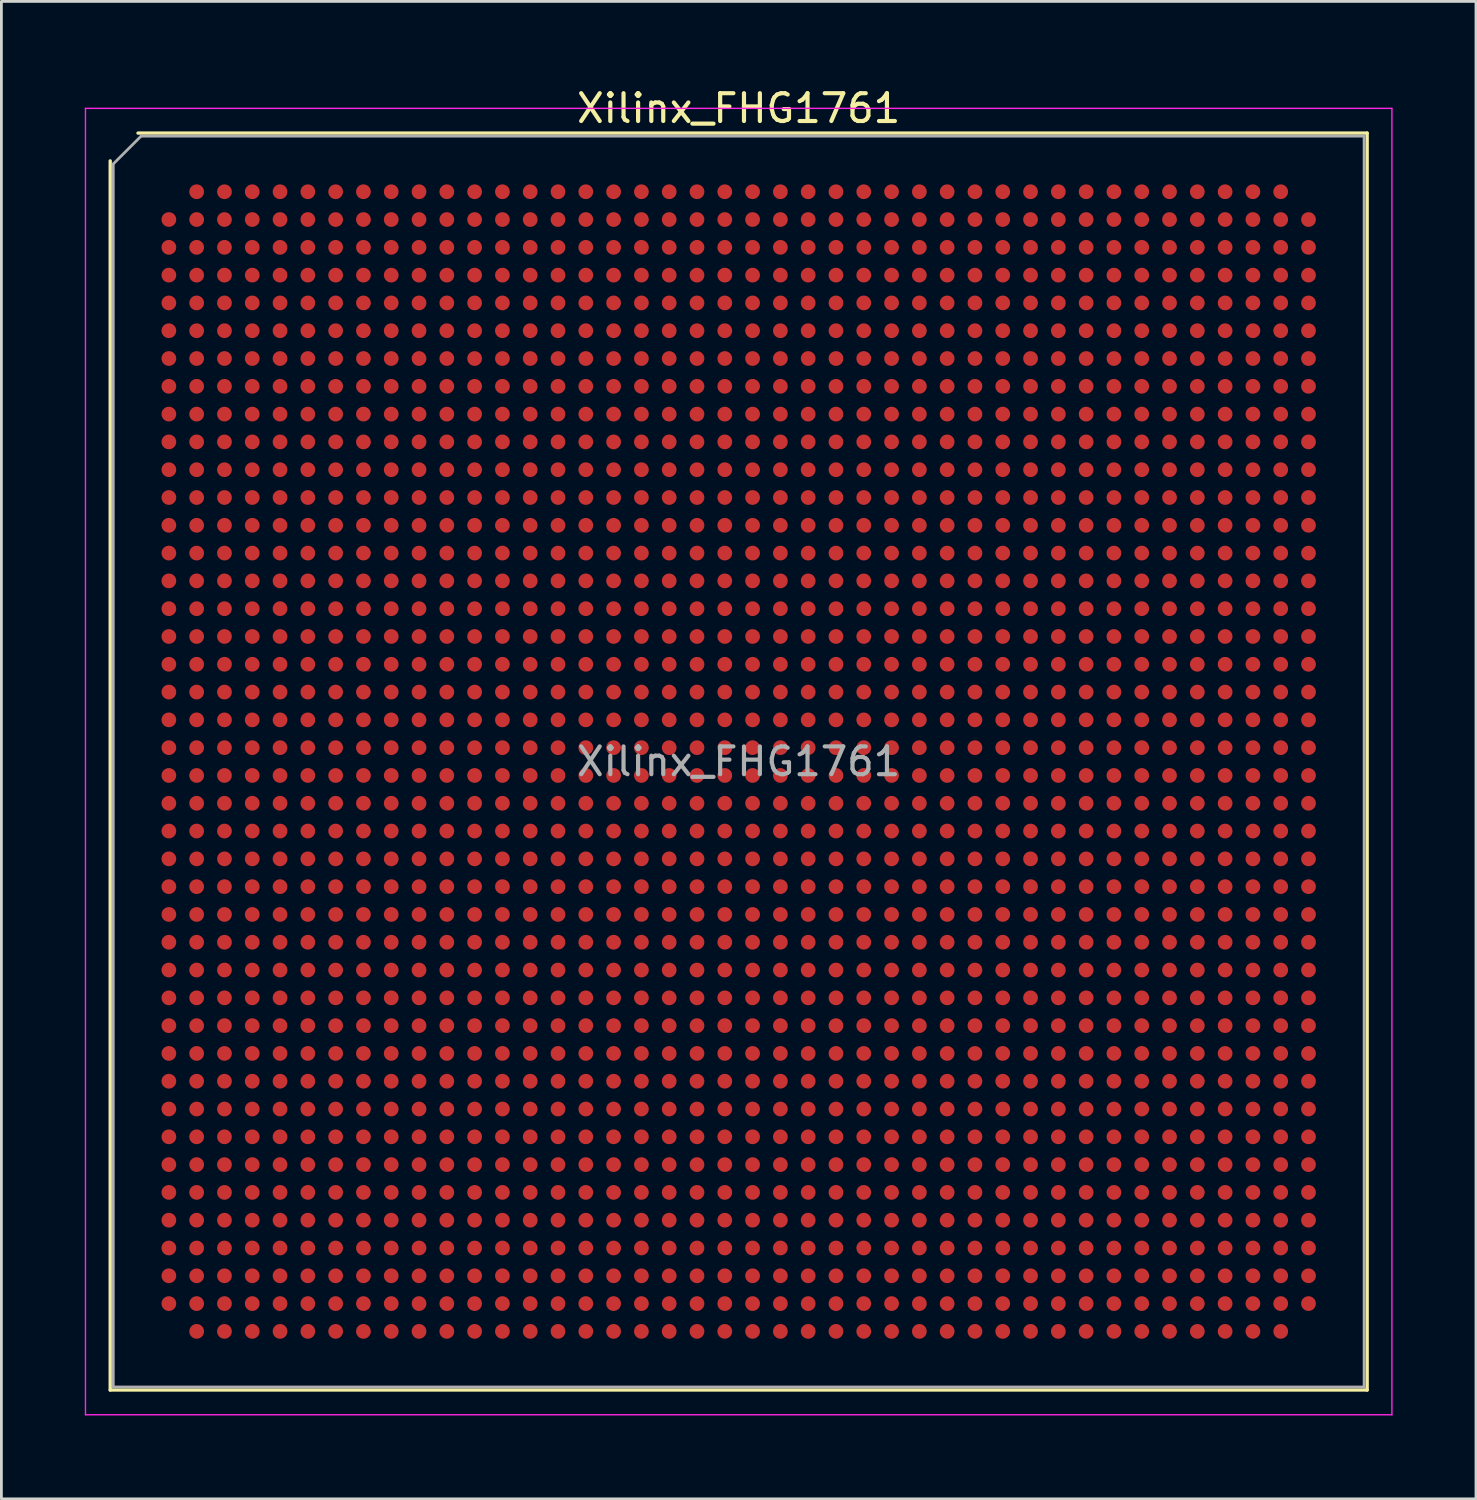
<source format=kicad_pcb>
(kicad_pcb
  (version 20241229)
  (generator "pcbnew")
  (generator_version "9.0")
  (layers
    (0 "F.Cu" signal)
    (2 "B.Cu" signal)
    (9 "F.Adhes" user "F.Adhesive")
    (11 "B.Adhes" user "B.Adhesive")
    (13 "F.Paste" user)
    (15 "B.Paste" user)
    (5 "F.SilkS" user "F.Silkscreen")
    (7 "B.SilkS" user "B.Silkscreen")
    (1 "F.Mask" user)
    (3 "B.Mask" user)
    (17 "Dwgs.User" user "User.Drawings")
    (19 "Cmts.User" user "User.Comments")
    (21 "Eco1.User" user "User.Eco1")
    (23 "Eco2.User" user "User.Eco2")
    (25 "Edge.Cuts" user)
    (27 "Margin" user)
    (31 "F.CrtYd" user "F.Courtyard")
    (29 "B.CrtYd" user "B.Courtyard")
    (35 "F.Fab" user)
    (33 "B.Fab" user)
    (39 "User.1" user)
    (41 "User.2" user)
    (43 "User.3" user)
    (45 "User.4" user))
  (footprint "Xilinx_FHG1761"
    (layer "F.Cu")
    (at 23.525 24.348)
    (property "Reference" "Xilinx_FHG1761" (at 0 -23.5 0) (layer "F.SilkS") (effects (font (size 1 1) (thickness 0.15))))
    (attr smd)
    (fp_line (start -22.61 22.61) (end -22.61 -21.61) (stroke (width 0.12) (type solid)) (layer "F.SilkS"))
    (fp_line (start -21.61 -22.61) (end 22.61 -22.61) (stroke (width 0.12) (type solid)) (layer "F.SilkS"))
    (fp_line (start 22.61 -22.61) (end 22.61 22.61) (stroke (width 0.12) (type solid)) (layer "F.SilkS"))
    (fp_line (start 22.61 22.61) (end -22.61 22.61) (stroke (width 0.12) (type solid)) (layer "F.SilkS"))
    (fp_line (start -23.5 -23.5) (end -23.5 23.5) (stroke (width 0.05) (type solid)) (layer "F.CrtYd"))
    (fp_line (start -23.5 23.5) (end 23.5 23.5) (stroke (width 0.05) (type solid)) (layer "F.CrtYd"))
    (fp_line (start 23.5 -23.5) (end -23.5 -23.5) (stroke (width 0.05) (type solid)) (layer "F.CrtYd"))
    (fp_line (start 23.5 23.5) (end 23.5 -23.5) (stroke (width 0.05) (type solid)) (layer "F.CrtYd"))
    (fp_line (start -22.5 -21.5) (end -21.5 -22.5) (stroke (width 0.1) (type solid)) (layer "F.Fab"))
    (fp_line (start -22.5 22.5) (end -22.5 -21.5) (stroke (width 0.1) (type solid)) (layer "F.Fab"))
    (fp_line (start -21.5 -22.5) (end 22.5 -22.5) (stroke (width 0.1) (type solid)) (layer "F.Fab"))
    (fp_line (start 22.5 -22.5) (end 22.5 22.5) (stroke (width 0.1) (type solid)) (layer "F.Fab"))
    (fp_line (start 22.5 22.5) (end -22.5 22.5) (stroke (width 0.1) (type solid)) (layer "F.Fab"))
    (fp_text user "${REFERENCE}" (at 0 0 0) (layer "F.Fab") (effects (font (size 1 1) (thickness 0.15))))
    (pad "A2" smd circle (at -19.5 -20.5) (size 0.53 0.53) (layers "F.Cu" "F.Mask" "F.Paste"))
    (pad "A3" smd circle (at -18.5 -20.5) (size 0.53 0.53) (layers "F.Cu" "F.Mask" "F.Paste"))
    (pad "A4" smd circle (at -17.5 -20.5) (size 0.53 0.53) (layers "F.Cu" "F.Mask" "F.Paste"))
    (pad "A5" smd circle (at -16.5 -20.5) (size 0.53 0.53) (layers "F.Cu" "F.Mask" "F.Paste"))
    (pad "A6" smd circle (at -15.5 -20.5) (size 0.53 0.53) (layers "F.Cu" "F.Mask" "F.Paste"))
    (pad "A7" smd circle (at -14.5 -20.5) (size 0.53 0.53) (layers "F.Cu" "F.Mask" "F.Paste"))
    (pad "A8" smd circle (at -13.5 -20.5) (size 0.53 0.53) (layers "F.Cu" "F.Mask" "F.Paste"))
    (pad "A9" smd circle (at -12.5 -20.5) (size 0.53 0.53) (layers "F.Cu" "F.Mask" "F.Paste"))
    (pad "A10" smd circle (at -11.5 -20.5) (size 0.53 0.53) (layers "F.Cu" "F.Mask" "F.Paste"))
    (pad "A11" smd circle (at -10.5 -20.5) (size 0.53 0.53) (layers "F.Cu" "F.Mask" "F.Paste"))
    (pad "A12" smd circle (at -9.5 -20.5) (size 0.53 0.53) (layers "F.Cu" "F.Mask" "F.Paste"))
    (pad "A13" smd circle (at -8.5 -20.5) (size 0.53 0.53) (layers "F.Cu" "F.Mask" "F.Paste"))
    (pad "A14" smd circle (at -7.5 -20.5) (size 0.53 0.53) (layers "F.Cu" "F.Mask" "F.Paste"))
    (pad "A15" smd circle (at -6.5 -20.5) (size 0.53 0.53) (layers "F.Cu" "F.Mask" "F.Paste"))
    (pad "A16" smd circle (at -5.5 -20.5) (size 0.53 0.53) (layers "F.Cu" "F.Mask" "F.Paste"))
    (pad "A17" smd circle (at -4.5 -20.5) (size 0.53 0.53) (layers "F.Cu" "F.Mask" "F.Paste"))
    (pad "A18" smd circle (at -3.5 -20.5) (size 0.53 0.53) (layers "F.Cu" "F.Mask" "F.Paste"))
    (pad "A19" smd circle (at -2.5 -20.5) (size 0.53 0.53) (layers "F.Cu" "F.Mask" "F.Paste"))
    (pad "A20" smd circle (at -1.5 -20.5) (size 0.53 0.53) (layers "F.Cu" "F.Mask" "F.Paste"))
    (pad "A21" smd circle (at -0.5 -20.5) (size 0.53 0.53) (layers "F.Cu" "F.Mask" "F.Paste"))
    (pad "A22" smd circle (at 0.5 -20.5) (size 0.53 0.53) (layers "F.Cu" "F.Mask" "F.Paste"))
    (pad "A23" smd circle (at 1.5 -20.5) (size 0.53 0.53) (layers "F.Cu" "F.Mask" "F.Paste"))
    (pad "A24" smd circle (at 2.5 -20.5) (size 0.53 0.53) (layers "F.Cu" "F.Mask" "F.Paste"))
    (pad "A25" smd circle (at 3.5 -20.5) (size 0.53 0.53) (layers "F.Cu" "F.Mask" "F.Paste"))
    (pad "A26" smd circle (at 4.5 -20.5) (size 0.53 0.53) (layers "F.Cu" "F.Mask" "F.Paste"))
    (pad "A27" smd circle (at 5.5 -20.5) (size 0.53 0.53) (layers "F.Cu" "F.Mask" "F.Paste"))
    (pad "A28" smd circle (at 6.5 -20.5) (size 0.53 0.53) (layers "F.Cu" "F.Mask" "F.Paste"))
    (pad "A29" smd circle (at 7.5 -20.5) (size 0.53 0.53) (layers "F.Cu" "F.Mask" "F.Paste"))
    (pad "A30" smd circle (at 8.5 -20.5) (size 0.53 0.53) (layers "F.Cu" "F.Mask" "F.Paste"))
    (pad "A31" smd circle (at 9.5 -20.5) (size 0.53 0.53) (layers "F.Cu" "F.Mask" "F.Paste"))
    (pad "A32" smd circle (at 10.5 -20.5) (size 0.53 0.53) (layers "F.Cu" "F.Mask" "F.Paste"))
    (pad "A33" smd circle (at 11.5 -20.5) (size 0.53 0.53) (layers "F.Cu" "F.Mask" "F.Paste"))
    (pad "A34" smd circle (at 12.5 -20.5) (size 0.53 0.53) (layers "F.Cu" "F.Mask" "F.Paste"))
    (pad "A35" smd circle (at 13.5 -20.5) (size 0.53 0.53) (layers "F.Cu" "F.Mask" "F.Paste"))
    (pad "A36" smd circle (at 14.5 -20.5) (size 0.53 0.53) (layers "F.Cu" "F.Mask" "F.Paste"))
    (pad "A37" smd circle (at 15.5 -20.5) (size 0.53 0.53) (layers "F.Cu" "F.Mask" "F.Paste"))
    (pad "A38" smd circle (at 16.5 -20.5) (size 0.53 0.53) (layers "F.Cu" "F.Mask" "F.Paste"))
    (pad "A39" smd circle (at 17.5 -20.5) (size 0.53 0.53) (layers "F.Cu" "F.Mask" "F.Paste"))
    (pad "A40" smd circle (at 18.5 -20.5) (size 0.53 0.53) (layers "F.Cu" "F.Mask" "F.Paste"))
    (pad "A41" smd circle (at 19.5 -20.5) (size 0.53 0.53) (layers "F.Cu" "F.Mask" "F.Paste"))
    (pad "AA1" smd circle (at -20.5 -0.5) (size 0.53 0.53) (layers "F.Cu" "F.Mask" "F.Paste"))
    (pad "AA2" smd circle (at -19.5 -0.5) (size 0.53 0.53) (layers "F.Cu" "F.Mask" "F.Paste"))
    (pad "AA3" smd circle (at -18.5 -0.5) (size 0.53 0.53) (layers "F.Cu" "F.Mask" "F.Paste"))
    (pad "AA4" smd circle (at -17.5 -0.5) (size 0.53 0.53) (layers "F.Cu" "F.Mask" "F.Paste"))
    (pad "AA5" smd circle (at -16.5 -0.5) (size 0.53 0.53) (layers "F.Cu" "F.Mask" "F.Paste"))
    (pad "AA6" smd circle (at -15.5 -0.5) (size 0.53 0.53) (layers "F.Cu" "F.Mask" "F.Paste"))
    (pad "AA7" smd circle (at -14.5 -0.5) (size 0.53 0.53) (layers "F.Cu" "F.Mask" "F.Paste"))
    (pad "AA8" smd circle (at -13.5 -0.5) (size 0.53 0.53) (layers "F.Cu" "F.Mask" "F.Paste"))
    (pad "AA9" smd circle (at -12.5 -0.5) (size 0.53 0.53) (layers "F.Cu" "F.Mask" "F.Paste"))
    (pad "AA10" smd circle (at -11.5 -0.5) (size 0.53 0.53) (layers "F.Cu" "F.Mask" "F.Paste"))
    (pad "AA11" smd circle (at -10.5 -0.5) (size 0.53 0.53) (layers "F.Cu" "F.Mask" "F.Paste"))
    (pad "AA12" smd circle (at -9.5 -0.5) (size 0.53 0.53) (layers "F.Cu" "F.Mask" "F.Paste"))
    (pad "AA13" smd circle (at -8.5 -0.5) (size 0.53 0.53) (layers "F.Cu" "F.Mask" "F.Paste"))
    (pad "AA14" smd circle (at -7.5 -0.5) (size 0.53 0.53) (layers "F.Cu" "F.Mask" "F.Paste"))
    (pad "AA15" smd circle (at -6.5 -0.5) (size 0.53 0.53) (layers "F.Cu" "F.Mask" "F.Paste"))
    (pad "AA16" smd circle (at -5.5 -0.5) (size 0.53 0.53) (layers "F.Cu" "F.Mask" "F.Paste"))
    (pad "AA17" smd circle (at -4.5 -0.5) (size 0.53 0.53) (layers "F.Cu" "F.Mask" "F.Paste"))
    (pad "AA18" smd circle (at -3.5 -0.5) (size 0.53 0.53) (layers "F.Cu" "F.Mask" "F.Paste"))
    (pad "AA19" smd circle (at -2.5 -0.5) (size 0.53 0.53) (layers "F.Cu" "F.Mask" "F.Paste"))
    (pad "AA20" smd circle (at -1.5 -0.5) (size 0.53 0.53) (layers "F.Cu" "F.Mask" "F.Paste"))
    (pad "AA21" smd circle (at -0.5 -0.5) (size 0.53 0.53) (layers "F.Cu" "F.Mask" "F.Paste"))
    (pad "AA22" smd circle (at 0.5 -0.5) (size 0.53 0.53) (layers "F.Cu" "F.Mask" "F.Paste"))
    (pad "AA23" smd circle (at 1.5 -0.5) (size 0.53 0.53) (layers "F.Cu" "F.Mask" "F.Paste"))
    (pad "AA24" smd circle (at 2.5 -0.5) (size 0.53 0.53) (layers "F.Cu" "F.Mask" "F.Paste"))
    (pad "AA25" smd circle (at 3.5 -0.5) (size 0.53 0.53) (layers "F.Cu" "F.Mask" "F.Paste"))
    (pad "AA26" smd circle (at 4.5 -0.5) (size 0.53 0.53) (layers "F.Cu" "F.Mask" "F.Paste"))
    (pad "AA27" smd circle (at 5.5 -0.5) (size 0.53 0.53) (layers "F.Cu" "F.Mask" "F.Paste"))
    (pad "AA28" smd circle (at 6.5 -0.5) (size 0.53 0.53) (layers "F.Cu" "F.Mask" "F.Paste"))
    (pad "AA29" smd circle (at 7.5 -0.5) (size 0.53 0.53) (layers "F.Cu" "F.Mask" "F.Paste"))
    (pad "AA30" smd circle (at 8.5 -0.5) (size 0.53 0.53) (layers "F.Cu" "F.Mask" "F.Paste"))
    (pad "AA31" smd circle (at 9.5 -0.5) (size 0.53 0.53) (layers "F.Cu" "F.Mask" "F.Paste"))
    (pad "AA32" smd circle (at 10.5 -0.5) (size 0.53 0.53) (layers "F.Cu" "F.Mask" "F.Paste"))
    (pad "AA33" smd circle (at 11.5 -0.5) (size 0.53 0.53) (layers "F.Cu" "F.Mask" "F.Paste"))
    (pad "AA34" smd circle (at 12.5 -0.5) (size 0.53 0.53) (layers "F.Cu" "F.Mask" "F.Paste"))
    (pad "AA35" smd circle (at 13.5 -0.5) (size 0.53 0.53) (layers "F.Cu" "F.Mask" "F.Paste"))
    (pad "AA36" smd circle (at 14.5 -0.5) (size 0.53 0.53) (layers "F.Cu" "F.Mask" "F.Paste"))
    (pad "AA37" smd circle (at 15.5 -0.5) (size 0.53 0.53) (layers "F.Cu" "F.Mask" "F.Paste"))
    (pad "AA38" smd circle (at 16.5 -0.5) (size 0.53 0.53) (layers "F.Cu" "F.Mask" "F.Paste"))
    (pad "AA39" smd circle (at 17.5 -0.5) (size 0.53 0.53) (layers "F.Cu" "F.Mask" "F.Paste"))
    (pad "AA40" smd circle (at 18.5 -0.5) (size 0.53 0.53) (layers "F.Cu" "F.Mask" "F.Paste"))
    (pad "AA41" smd circle (at 19.5 -0.5) (size 0.53 0.53) (layers "F.Cu" "F.Mask" "F.Paste"))
    (pad "AA42" smd circle (at 20.5 -0.5) (size 0.53 0.53) (layers "F.Cu" "F.Mask" "F.Paste"))
    (pad "AB1" smd circle (at -20.5 0.5) (size 0.53 0.53) (layers "F.Cu" "F.Mask" "F.Paste"))
    (pad "AB2" smd circle (at -19.5 0.5) (size 0.53 0.53) (layers "F.Cu" "F.Mask" "F.Paste"))
    (pad "AB3" smd circle (at -18.5 0.5) (size 0.53 0.53) (layers "F.Cu" "F.Mask" "F.Paste"))
    (pad "AB4" smd circle (at -17.5 0.5) (size 0.53 0.53) (layers "F.Cu" "F.Mask" "F.Paste"))
    (pad "AB5" smd circle (at -16.5 0.5) (size 0.53 0.53) (layers "F.Cu" "F.Mask" "F.Paste"))
    (pad "AB6" smd circle (at -15.5 0.5) (size 0.53 0.53) (layers "F.Cu" "F.Mask" "F.Paste"))
    (pad "AB7" smd circle (at -14.5 0.5) (size 0.53 0.53) (layers "F.Cu" "F.Mask" "F.Paste"))
    (pad "AB8" smd circle (at -13.5 0.5) (size 0.53 0.53) (layers "F.Cu" "F.Mask" "F.Paste"))
    (pad "AB9" smd circle (at -12.5 0.5) (size 0.53 0.53) (layers "F.Cu" "F.Mask" "F.Paste"))
    (pad "AB10" smd circle (at -11.5 0.5) (size 0.53 0.53) (layers "F.Cu" "F.Mask" "F.Paste"))
    (pad "AB11" smd circle (at -10.5 0.5) (size 0.53 0.53) (layers "F.Cu" "F.Mask" "F.Paste"))
    (pad "AB12" smd circle (at -9.5 0.5) (size 0.53 0.53) (layers "F.Cu" "F.Mask" "F.Paste"))
    (pad "AB13" smd circle (at -8.5 0.5) (size 0.53 0.53) (layers "F.Cu" "F.Mask" "F.Paste"))
    (pad "AB14" smd circle (at -7.5 0.5) (size 0.53 0.53) (layers "F.Cu" "F.Mask" "F.Paste"))
    (pad "AB15" smd circle (at -6.5 0.5) (size 0.53 0.53) (layers "F.Cu" "F.Mask" "F.Paste"))
    (pad "AB16" smd circle (at -5.5 0.5) (size 0.53 0.53) (layers "F.Cu" "F.Mask" "F.Paste"))
    (pad "AB17" smd circle (at -4.5 0.5) (size 0.53 0.53) (layers "F.Cu" "F.Mask" "F.Paste"))
    (pad "AB18" smd circle (at -3.5 0.5) (size 0.53 0.53) (layers "F.Cu" "F.Mask" "F.Paste"))
    (pad "AB19" smd circle (at -2.5 0.5) (size 0.53 0.53) (layers "F.Cu" "F.Mask" "F.Paste"))
    (pad "AB20" smd circle (at -1.5 0.5) (size 0.53 0.53) (layers "F.Cu" "F.Mask" "F.Paste"))
    (pad "AB21" smd circle (at -0.5 0.5) (size 0.53 0.53) (layers "F.Cu" "F.Mask" "F.Paste"))
    (pad "AB22" smd circle (at 0.5 0.5) (size 0.53 0.53) (layers "F.Cu" "F.Mask" "F.Paste"))
    (pad "AB23" smd circle (at 1.5 0.5) (size 0.53 0.53) (layers "F.Cu" "F.Mask" "F.Paste"))
    (pad "AB24" smd circle (at 2.5 0.5) (size 0.53 0.53) (layers "F.Cu" "F.Mask" "F.Paste"))
    (pad "AB25" smd circle (at 3.5 0.5) (size 0.53 0.53) (layers "F.Cu" "F.Mask" "F.Paste"))
    (pad "AB26" smd circle (at 4.5 0.5) (size 0.53 0.53) (layers "F.Cu" "F.Mask" "F.Paste"))
    (pad "AB27" smd circle (at 5.5 0.5) (size 0.53 0.53) (layers "F.Cu" "F.Mask" "F.Paste"))
    (pad "AB28" smd circle (at 6.5 0.5) (size 0.53 0.53) (layers "F.Cu" "F.Mask" "F.Paste"))
    (pad "AB29" smd circle (at 7.5 0.5) (size 0.53 0.53) (layers "F.Cu" "F.Mask" "F.Paste"))
    (pad "AB30" smd circle (at 8.5 0.5) (size 0.53 0.53) (layers "F.Cu" "F.Mask" "F.Paste"))
    (pad "AB31" smd circle (at 9.5 0.5) (size 0.53 0.53) (layers "F.Cu" "F.Mask" "F.Paste"))
    (pad "AB32" smd circle (at 10.5 0.5) (size 0.53 0.53) (layers "F.Cu" "F.Mask" "F.Paste"))
    (pad "AB33" smd circle (at 11.5 0.5) (size 0.53 0.53) (layers "F.Cu" "F.Mask" "F.Paste"))
    (pad "AB34" smd circle (at 12.5 0.5) (size 0.53 0.53) (layers "F.Cu" "F.Mask" "F.Paste"))
    (pad "AB35" smd circle (at 13.5 0.5) (size 0.53 0.53) (layers "F.Cu" "F.Mask" "F.Paste"))
    (pad "AB36" smd circle (at 14.5 0.5) (size 0.53 0.53) (layers "F.Cu" "F.Mask" "F.Paste"))
    (pad "AB37" smd circle (at 15.5 0.5) (size 0.53 0.53) (layers "F.Cu" "F.Mask" "F.Paste"))
    (pad "AB38" smd circle (at 16.5 0.5) (size 0.53 0.53) (layers "F.Cu" "F.Mask" "F.Paste"))
    (pad "AB39" smd circle (at 17.5 0.5) (size 0.53 0.53) (layers "F.Cu" "F.Mask" "F.Paste"))
    (pad "AB40" smd circle (at 18.5 0.5) (size 0.53 0.53) (layers "F.Cu" "F.Mask" "F.Paste"))
    (pad "AB41" smd circle (at 19.5 0.5) (size 0.53 0.53) (layers "F.Cu" "F.Mask" "F.Paste"))
    (pad "AB42" smd circle (at 20.5 0.5) (size 0.53 0.53) (layers "F.Cu" "F.Mask" "F.Paste"))
    (pad "AC1" smd circle (at -20.5 1.5) (size 0.53 0.53) (layers "F.Cu" "F.Mask" "F.Paste"))
    (pad "AC2" smd circle (at -19.5 1.5) (size 0.53 0.53) (layers "F.Cu" "F.Mask" "F.Paste"))
    (pad "AC3" smd circle (at -18.5 1.5) (size 0.53 0.53) (layers "F.Cu" "F.Mask" "F.Paste"))
    (pad "AC4" smd circle (at -17.5 1.5) (size 0.53 0.53) (layers "F.Cu" "F.Mask" "F.Paste"))
    (pad "AC5" smd circle (at -16.5 1.5) (size 0.53 0.53) (layers "F.Cu" "F.Mask" "F.Paste"))
    (pad "AC6" smd circle (at -15.5 1.5) (size 0.53 0.53) (layers "F.Cu" "F.Mask" "F.Paste"))
    (pad "AC7" smd circle (at -14.5 1.5) (size 0.53 0.53) (layers "F.Cu" "F.Mask" "F.Paste"))
    (pad "AC8" smd circle (at -13.5 1.5) (size 0.53 0.53) (layers "F.Cu" "F.Mask" "F.Paste"))
    (pad "AC9" smd circle (at -12.5 1.5) (size 0.53 0.53) (layers "F.Cu" "F.Mask" "F.Paste"))
    (pad "AC10" smd circle (at -11.5 1.5) (size 0.53 0.53) (layers "F.Cu" "F.Mask" "F.Paste"))
    (pad "AC11" smd circle (at -10.5 1.5) (size 0.53 0.53) (layers "F.Cu" "F.Mask" "F.Paste"))
    (pad "AC12" smd circle (at -9.5 1.5) (size 0.53 0.53) (layers "F.Cu" "F.Mask" "F.Paste"))
    (pad "AC13" smd circle (at -8.5 1.5) (size 0.53 0.53) (layers "F.Cu" "F.Mask" "F.Paste"))
    (pad "AC14" smd circle (at -7.5 1.5) (size 0.53 0.53) (layers "F.Cu" "F.Mask" "F.Paste"))
    (pad "AC15" smd circle (at -6.5 1.5) (size 0.53 0.53) (layers "F.Cu" "F.Mask" "F.Paste"))
    (pad "AC16" smd circle (at -5.5 1.5) (size 0.53 0.53) (layers "F.Cu" "F.Mask" "F.Paste"))
    (pad "AC17" smd circle (at -4.5 1.5) (size 0.53 0.53) (layers "F.Cu" "F.Mask" "F.Paste"))
    (pad "AC18" smd circle (at -3.5 1.5) (size 0.53 0.53) (layers "F.Cu" "F.Mask" "F.Paste"))
    (pad "AC19" smd circle (at -2.5 1.5) (size 0.53 0.53) (layers "F.Cu" "F.Mask" "F.Paste"))
    (pad "AC20" smd circle (at -1.5 1.5) (size 0.53 0.53) (layers "F.Cu" "F.Mask" "F.Paste"))
    (pad "AC21" smd circle (at -0.5 1.5) (size 0.53 0.53) (layers "F.Cu" "F.Mask" "F.Paste"))
    (pad "AC22" smd circle (at 0.5 1.5) (size 0.53 0.53) (layers "F.Cu" "F.Mask" "F.Paste"))
    (pad "AC23" smd circle (at 1.5 1.5) (size 0.53 0.53) (layers "F.Cu" "F.Mask" "F.Paste"))
    (pad "AC24" smd circle (at 2.5 1.5) (size 0.53 0.53) (layers "F.Cu" "F.Mask" "F.Paste"))
    (pad "AC25" smd circle (at 3.5 1.5) (size 0.53 0.53) (layers "F.Cu" "F.Mask" "F.Paste"))
    (pad "AC26" smd circle (at 4.5 1.5) (size 0.53 0.53) (layers "F.Cu" "F.Mask" "F.Paste"))
    (pad "AC27" smd circle (at 5.5 1.5) (size 0.53 0.53) (layers "F.Cu" "F.Mask" "F.Paste"))
    (pad "AC28" smd circle (at 6.5 1.5) (size 0.53 0.53) (layers "F.Cu" "F.Mask" "F.Paste"))
    (pad "AC29" smd circle (at 7.5 1.5) (size 0.53 0.53) (layers "F.Cu" "F.Mask" "F.Paste"))
    (pad "AC30" smd circle (at 8.5 1.5) (size 0.53 0.53) (layers "F.Cu" "F.Mask" "F.Paste"))
    (pad "AC31" smd circle (at 9.5 1.5) (size 0.53 0.53) (layers "F.Cu" "F.Mask" "F.Paste"))
    (pad "AC32" smd circle (at 10.5 1.5) (size 0.53 0.53) (layers "F.Cu" "F.Mask" "F.Paste"))
    (pad "AC33" smd circle (at 11.5 1.5) (size 0.53 0.53) (layers "F.Cu" "F.Mask" "F.Paste"))
    (pad "AC34" smd circle (at 12.5 1.5) (size 0.53 0.53) (layers "F.Cu" "F.Mask" "F.Paste"))
    (pad "AC35" smd circle (at 13.5 1.5) (size 0.53 0.53) (layers "F.Cu" "F.Mask" "F.Paste"))
    (pad "AC36" smd circle (at 14.5 1.5) (size 0.53 0.53) (layers "F.Cu" "F.Mask" "F.Paste"))
    (pad "AC37" smd circle (at 15.5 1.5) (size 0.53 0.53) (layers "F.Cu" "F.Mask" "F.Paste"))
    (pad "AC38" smd circle (at 16.5 1.5) (size 0.53 0.53) (layers "F.Cu" "F.Mask" "F.Paste"))
    (pad "AC39" smd circle (at 17.5 1.5) (size 0.53 0.53) (layers "F.Cu" "F.Mask" "F.Paste"))
    (pad "AC40" smd circle (at 18.5 1.5) (size 0.53 0.53) (layers "F.Cu" "F.Mask" "F.Paste"))
    (pad "AC41" smd circle (at 19.5 1.5) (size 0.53 0.53) (layers "F.Cu" "F.Mask" "F.Paste"))
    (pad "AC42" smd circle (at 20.5 1.5) (size 0.53 0.53) (layers "F.Cu" "F.Mask" "F.Paste"))
    (pad "AD1" smd circle (at -20.5 2.5) (size 0.53 0.53) (layers "F.Cu" "F.Mask" "F.Paste"))
    (pad "AD2" smd circle (at -19.5 2.5) (size 0.53 0.53) (layers "F.Cu" "F.Mask" "F.Paste"))
    (pad "AD3" smd circle (at -18.5 2.5) (size 0.53 0.53) (layers "F.Cu" "F.Mask" "F.Paste"))
    (pad "AD4" smd circle (at -17.5 2.5) (size 0.53 0.53) (layers "F.Cu" "F.Mask" "F.Paste"))
    (pad "AD5" smd circle (at -16.5 2.5) (size 0.53 0.53) (layers "F.Cu" "F.Mask" "F.Paste"))
    (pad "AD6" smd circle (at -15.5 2.5) (size 0.53 0.53) (layers "F.Cu" "F.Mask" "F.Paste"))
    (pad "AD7" smd circle (at -14.5 2.5) (size 0.53 0.53) (layers "F.Cu" "F.Mask" "F.Paste"))
    (pad "AD8" smd circle (at -13.5 2.5) (size 0.53 0.53) (layers "F.Cu" "F.Mask" "F.Paste"))
    (pad "AD9" smd circle (at -12.5 2.5) (size 0.53 0.53) (layers "F.Cu" "F.Mask" "F.Paste"))
    (pad "AD10" smd circle (at -11.5 2.5) (size 0.53 0.53) (layers "F.Cu" "F.Mask" "F.Paste"))
    (pad "AD11" smd circle (at -10.5 2.5) (size 0.53 0.53) (layers "F.Cu" "F.Mask" "F.Paste"))
    (pad "AD12" smd circle (at -9.5 2.5) (size 0.53 0.53) (layers "F.Cu" "F.Mask" "F.Paste"))
    (pad "AD13" smd circle (at -8.5 2.5) (size 0.53 0.53) (layers "F.Cu" "F.Mask" "F.Paste"))
    (pad "AD14" smd circle (at -7.5 2.5) (size 0.53 0.53) (layers "F.Cu" "F.Mask" "F.Paste"))
    (pad "AD15" smd circle (at -6.5 2.5) (size 0.53 0.53) (layers "F.Cu" "F.Mask" "F.Paste"))
    (pad "AD16" smd circle (at -5.5 2.5) (size 0.53 0.53) (layers "F.Cu" "F.Mask" "F.Paste"))
    (pad "AD17" smd circle (at -4.5 2.5) (size 0.53 0.53) (layers "F.Cu" "F.Mask" "F.Paste"))
    (pad "AD18" smd circle (at -3.5 2.5) (size 0.53 0.53) (layers "F.Cu" "F.Mask" "F.Paste"))
    (pad "AD19" smd circle (at -2.5 2.5) (size 0.53 0.53) (layers "F.Cu" "F.Mask" "F.Paste"))
    (pad "AD20" smd circle (at -1.5 2.5) (size 0.53 0.53) (layers "F.Cu" "F.Mask" "F.Paste"))
    (pad "AD21" smd circle (at -0.5 2.5) (size 0.53 0.53) (layers "F.Cu" "F.Mask" "F.Paste"))
    (pad "AD22" smd circle (at 0.5 2.5) (size 0.53 0.53) (layers "F.Cu" "F.Mask" "F.Paste"))
    (pad "AD23" smd circle (at 1.5 2.5) (size 0.53 0.53) (layers "F.Cu" "F.Mask" "F.Paste"))
    (pad "AD24" smd circle (at 2.5 2.5) (size 0.53 0.53) (layers "F.Cu" "F.Mask" "F.Paste"))
    (pad "AD25" smd circle (at 3.5 2.5) (size 0.53 0.53) (layers "F.Cu" "F.Mask" "F.Paste"))
    (pad "AD26" smd circle (at 4.5 2.5) (size 0.53 0.53) (layers "F.Cu" "F.Mask" "F.Paste"))
    (pad "AD27" smd circle (at 5.5 2.5) (size 0.53 0.53) (layers "F.Cu" "F.Mask" "F.Paste"))
    (pad "AD28" smd circle (at 6.5 2.5) (size 0.53 0.53) (layers "F.Cu" "F.Mask" "F.Paste"))
    (pad "AD29" smd circle (at 7.5 2.5) (size 0.53 0.53) (layers "F.Cu" "F.Mask" "F.Paste"))
    (pad "AD30" smd circle (at 8.5 2.5) (size 0.53 0.53) (layers "F.Cu" "F.Mask" "F.Paste"))
    (pad "AD31" smd circle (at 9.5 2.5) (size 0.53 0.53) (layers "F.Cu" "F.Mask" "F.Paste"))
    (pad "AD32" smd circle (at 10.5 2.5) (size 0.53 0.53) (layers "F.Cu" "F.Mask" "F.Paste"))
    (pad "AD33" smd circle (at 11.5 2.5) (size 0.53 0.53) (layers "F.Cu" "F.Mask" "F.Paste"))
    (pad "AD34" smd circle (at 12.5 2.5) (size 0.53 0.53) (layers "F.Cu" "F.Mask" "F.Paste"))
    (pad "AD35" smd circle (at 13.5 2.5) (size 0.53 0.53) (layers "F.Cu" "F.Mask" "F.Paste"))
    (pad "AD36" smd circle (at 14.5 2.5) (size 0.53 0.53) (layers "F.Cu" "F.Mask" "F.Paste"))
    (pad "AD37" smd circle (at 15.5 2.5) (size 0.53 0.53) (layers "F.Cu" "F.Mask" "F.Paste"))
    (pad "AD38" smd circle (at 16.5 2.5) (size 0.53 0.53) (layers "F.Cu" "F.Mask" "F.Paste"))
    (pad "AD39" smd circle (at 17.5 2.5) (size 0.53 0.53) (layers "F.Cu" "F.Mask" "F.Paste"))
    (pad "AD40" smd circle (at 18.5 2.5) (size 0.53 0.53) (layers "F.Cu" "F.Mask" "F.Paste"))
    (pad "AD41" smd circle (at 19.5 2.5) (size 0.53 0.53) (layers "F.Cu" "F.Mask" "F.Paste"))
    (pad "AD42" smd circle (at 20.5 2.5) (size 0.53 0.53) (layers "F.Cu" "F.Mask" "F.Paste"))
    (pad "AE1" smd circle (at -20.5 3.5) (size 0.53 0.53) (layers "F.Cu" "F.Mask" "F.Paste"))
    (pad "AE2" smd circle (at -19.5 3.5) (size 0.53 0.53) (layers "F.Cu" "F.Mask" "F.Paste"))
    (pad "AE3" smd circle (at -18.5 3.5) (size 0.53 0.53) (layers "F.Cu" "F.Mask" "F.Paste"))
    (pad "AE4" smd circle (at -17.5 3.5) (size 0.53 0.53) (layers "F.Cu" "F.Mask" "F.Paste"))
    (pad "AE5" smd circle (at -16.5 3.5) (size 0.53 0.53) (layers "F.Cu" "F.Mask" "F.Paste"))
    (pad "AE6" smd circle (at -15.5 3.5) (size 0.53 0.53) (layers "F.Cu" "F.Mask" "F.Paste"))
    (pad "AE7" smd circle (at -14.5 3.5) (size 0.53 0.53) (layers "F.Cu" "F.Mask" "F.Paste"))
    (pad "AE8" smd circle (at -13.5 3.5) (size 0.53 0.53) (layers "F.Cu" "F.Mask" "F.Paste"))
    (pad "AE9" smd circle (at -12.5 3.5) (size 0.53 0.53) (layers "F.Cu" "F.Mask" "F.Paste"))
    (pad "AE10" smd circle (at -11.5 3.5) (size 0.53 0.53) (layers "F.Cu" "F.Mask" "F.Paste"))
    (pad "AE11" smd circle (at -10.5 3.5) (size 0.53 0.53) (layers "F.Cu" "F.Mask" "F.Paste"))
    (pad "AE12" smd circle (at -9.5 3.5) (size 0.53 0.53) (layers "F.Cu" "F.Mask" "F.Paste"))
    (pad "AE13" smd circle (at -8.5 3.5) (size 0.53 0.53) (layers "F.Cu" "F.Mask" "F.Paste"))
    (pad "AE14" smd circle (at -7.5 3.5) (size 0.53 0.53) (layers "F.Cu" "F.Mask" "F.Paste"))
    (pad "AE15" smd circle (at -6.5 3.5) (size 0.53 0.53) (layers "F.Cu" "F.Mask" "F.Paste"))
    (pad "AE16" smd circle (at -5.5 3.5) (size 0.53 0.53) (layers "F.Cu" "F.Mask" "F.Paste"))
    (pad "AE17" smd circle (at -4.5 3.5) (size 0.53 0.53) (layers "F.Cu" "F.Mask" "F.Paste"))
    (pad "AE18" smd circle (at -3.5 3.5) (size 0.53 0.53) (layers "F.Cu" "F.Mask" "F.Paste"))
    (pad "AE19" smd circle (at -2.5 3.5) (size 0.53 0.53) (layers "F.Cu" "F.Mask" "F.Paste"))
    (pad "AE20" smd circle (at -1.5 3.5) (size 0.53 0.53) (layers "F.Cu" "F.Mask" "F.Paste"))
    (pad "AE21" smd circle (at -0.5 3.5) (size 0.53 0.53) (layers "F.Cu" "F.Mask" "F.Paste"))
    (pad "AE22" smd circle (at 0.5 3.5) (size 0.53 0.53) (layers "F.Cu" "F.Mask" "F.Paste"))
    (pad "AE23" smd circle (at 1.5 3.5) (size 0.53 0.53) (layers "F.Cu" "F.Mask" "F.Paste"))
    (pad "AE24" smd circle (at 2.5 3.5) (size 0.53 0.53) (layers "F.Cu" "F.Mask" "F.Paste"))
    (pad "AE25" smd circle (at 3.5 3.5) (size 0.53 0.53) (layers "F.Cu" "F.Mask" "F.Paste"))
    (pad "AE26" smd circle (at 4.5 3.5) (size 0.53 0.53) (layers "F.Cu" "F.Mask" "F.Paste"))
    (pad "AE27" smd circle (at 5.5 3.5) (size 0.53 0.53) (layers "F.Cu" "F.Mask" "F.Paste"))
    (pad "AE28" smd circle (at 6.5 3.5) (size 0.53 0.53) (layers "F.Cu" "F.Mask" "F.Paste"))
    (pad "AE29" smd circle (at 7.5 3.5) (size 0.53 0.53) (layers "F.Cu" "F.Mask" "F.Paste"))
    (pad "AE30" smd circle (at 8.5 3.5) (size 0.53 0.53) (layers "F.Cu" "F.Mask" "F.Paste"))
    (pad "AE31" smd circle (at 9.5 3.5) (size 0.53 0.53) (layers "F.Cu" "F.Mask" "F.Paste"))
    (pad "AE32" smd circle (at 10.5 3.5) (size 0.53 0.53) (layers "F.Cu" "F.Mask" "F.Paste"))
    (pad "AE33" smd circle (at 11.5 3.5) (size 0.53 0.53) (layers "F.Cu" "F.Mask" "F.Paste"))
    (pad "AE34" smd circle (at 12.5 3.5) (size 0.53 0.53) (layers "F.Cu" "F.Mask" "F.Paste"))
    (pad "AE35" smd circle (at 13.5 3.5) (size 0.53 0.53) (layers "F.Cu" "F.Mask" "F.Paste"))
    (pad "AE36" smd circle (at 14.5 3.5) (size 0.53 0.53) (layers "F.Cu" "F.Mask" "F.Paste"))
    (pad "AE37" smd circle (at 15.5 3.5) (size 0.53 0.53) (layers "F.Cu" "F.Mask" "F.Paste"))
    (pad "AE38" smd circle (at 16.5 3.5) (size 0.53 0.53) (layers "F.Cu" "F.Mask" "F.Paste"))
    (pad "AE39" smd circle (at 17.5 3.5) (size 0.53 0.53) (layers "F.Cu" "F.Mask" "F.Paste"))
    (pad "AE40" smd circle (at 18.5 3.5) (size 0.53 0.53) (layers "F.Cu" "F.Mask" "F.Paste"))
    (pad "AE41" smd circle (at 19.5 3.5) (size 0.53 0.53) (layers "F.Cu" "F.Mask" "F.Paste"))
    (pad "AE42" smd circle (at 20.5 3.5) (size 0.53 0.53) (layers "F.Cu" "F.Mask" "F.Paste"))
    (pad "AF1" smd circle (at -20.5 4.5) (size 0.53 0.53) (layers "F.Cu" "F.Mask" "F.Paste"))
    (pad "AF2" smd circle (at -19.5 4.5) (size 0.53 0.53) (layers "F.Cu" "F.Mask" "F.Paste"))
    (pad "AF3" smd circle (at -18.5 4.5) (size 0.53 0.53) (layers "F.Cu" "F.Mask" "F.Paste"))
    (pad "AF4" smd circle (at -17.5 4.5) (size 0.53 0.53) (layers "F.Cu" "F.Mask" "F.Paste"))
    (pad "AF5" smd circle (at -16.5 4.5) (size 0.53 0.53) (layers "F.Cu" "F.Mask" "F.Paste"))
    (pad "AF6" smd circle (at -15.5 4.5) (size 0.53 0.53) (layers "F.Cu" "F.Mask" "F.Paste"))
    (pad "AF7" smd circle (at -14.5 4.5) (size 0.53 0.53) (layers "F.Cu" "F.Mask" "F.Paste"))
    (pad "AF8" smd circle (at -13.5 4.5) (size 0.53 0.53) (layers "F.Cu" "F.Mask" "F.Paste"))
    (pad "AF9" smd circle (at -12.5 4.5) (size 0.53 0.53) (layers "F.Cu" "F.Mask" "F.Paste"))
    (pad "AF10" smd circle (at -11.5 4.5) (size 0.53 0.53) (layers "F.Cu" "F.Mask" "F.Paste"))
    (pad "AF11" smd circle (at -10.5 4.5) (size 0.53 0.53) (layers "F.Cu" "F.Mask" "F.Paste"))
    (pad "AF12" smd circle (at -9.5 4.5) (size 0.53 0.53) (layers "F.Cu" "F.Mask" "F.Paste"))
    (pad "AF13" smd circle (at -8.5 4.5) (size 0.53 0.53) (layers "F.Cu" "F.Mask" "F.Paste"))
    (pad "AF14" smd circle (at -7.5 4.5) (size 0.53 0.53) (layers "F.Cu" "F.Mask" "F.Paste"))
    (pad "AF15" smd circle (at -6.5 4.5) (size 0.53 0.53) (layers "F.Cu" "F.Mask" "F.Paste"))
    (pad "AF16" smd circle (at -5.5 4.5) (size 0.53 0.53) (layers "F.Cu" "F.Mask" "F.Paste"))
    (pad "AF17" smd circle (at -4.5 4.5) (size 0.53 0.53) (layers "F.Cu" "F.Mask" "F.Paste"))
    (pad "AF18" smd circle (at -3.5 4.5) (size 0.53 0.53) (layers "F.Cu" "F.Mask" "F.Paste"))
    (pad "AF19" smd circle (at -2.5 4.5) (size 0.53 0.53) (layers "F.Cu" "F.Mask" "F.Paste"))
    (pad "AF20" smd circle (at -1.5 4.5) (size 0.53 0.53) (layers "F.Cu" "F.Mask" "F.Paste"))
    (pad "AF21" smd circle (at -0.5 4.5) (size 0.53 0.53) (layers "F.Cu" "F.Mask" "F.Paste"))
    (pad "AF22" smd circle (at 0.5 4.5) (size 0.53 0.53) (layers "F.Cu" "F.Mask" "F.Paste"))
    (pad "AF23" smd circle (at 1.5 4.5) (size 0.53 0.53) (layers "F.Cu" "F.Mask" "F.Paste"))
    (pad "AF24" smd circle (at 2.5 4.5) (size 0.53 0.53) (layers "F.Cu" "F.Mask" "F.Paste"))
    (pad "AF25" smd circle (at 3.5 4.5) (size 0.53 0.53) (layers "F.Cu" "F.Mask" "F.Paste"))
    (pad "AF26" smd circle (at 4.5 4.5) (size 0.53 0.53) (layers "F.Cu" "F.Mask" "F.Paste"))
    (pad "AF27" smd circle (at 5.5 4.5) (size 0.53 0.53) (layers "F.Cu" "F.Mask" "F.Paste"))
    (pad "AF28" smd circle (at 6.5 4.5) (size 0.53 0.53) (layers "F.Cu" "F.Mask" "F.Paste"))
    (pad "AF29" smd circle (at 7.5 4.5) (size 0.53 0.53) (layers "F.Cu" "F.Mask" "F.Paste"))
    (pad "AF30" smd circle (at 8.5 4.5) (size 0.53 0.53) (layers "F.Cu" "F.Mask" "F.Paste"))
    (pad "AF31" smd circle (at 9.5 4.5) (size 0.53 0.53) (layers "F.Cu" "F.Mask" "F.Paste"))
    (pad "AF32" smd circle (at 10.5 4.5) (size 0.53 0.53) (layers "F.Cu" "F.Mask" "F.Paste"))
    (pad "AF33" smd circle (at 11.5 4.5) (size 0.53 0.53) (layers "F.Cu" "F.Mask" "F.Paste"))
    (pad "AF34" smd circle (at 12.5 4.5) (size 0.53 0.53) (layers "F.Cu" "F.Mask" "F.Paste"))
    (pad "AF35" smd circle (at 13.5 4.5) (size 0.53 0.53) (layers "F.Cu" "F.Mask" "F.Paste"))
    (pad "AF36" smd circle (at 14.5 4.5) (size 0.53 0.53) (layers "F.Cu" "F.Mask" "F.Paste"))
    (pad "AF37" smd circle (at 15.5 4.5) (size 0.53 0.53) (layers "F.Cu" "F.Mask" "F.Paste"))
    (pad "AF38" smd circle (at 16.5 4.5) (size 0.53 0.53) (layers "F.Cu" "F.Mask" "F.Paste"))
    (pad "AF39" smd circle (at 17.5 4.5) (size 0.53 0.53) (layers "F.Cu" "F.Mask" "F.Paste"))
    (pad "AF40" smd circle (at 18.5 4.5) (size 0.53 0.53) (layers "F.Cu" "F.Mask" "F.Paste"))
    (pad "AF41" smd circle (at 19.5 4.5) (size 0.53 0.53) (layers "F.Cu" "F.Mask" "F.Paste"))
    (pad "AF42" smd circle (at 20.5 4.5) (size 0.53 0.53) (layers "F.Cu" "F.Mask" "F.Paste"))
    (pad "AG1" smd circle (at -20.5 5.5) (size 0.53 0.53) (layers "F.Cu" "F.Mask" "F.Paste"))
    (pad "AG2" smd circle (at -19.5 5.5) (size 0.53 0.53) (layers "F.Cu" "F.Mask" "F.Paste"))
    (pad "AG3" smd circle (at -18.5 5.5) (size 0.53 0.53) (layers "F.Cu" "F.Mask" "F.Paste"))
    (pad "AG4" smd circle (at -17.5 5.5) (size 0.53 0.53) (layers "F.Cu" "F.Mask" "F.Paste"))
    (pad "AG5" smd circle (at -16.5 5.5) (size 0.53 0.53) (layers "F.Cu" "F.Mask" "F.Paste"))
    (pad "AG6" smd circle (at -15.5 5.5) (size 0.53 0.53) (layers "F.Cu" "F.Mask" "F.Paste"))
    (pad "AG7" smd circle (at -14.5 5.5) (size 0.53 0.53) (layers "F.Cu" "F.Mask" "F.Paste"))
    (pad "AG8" smd circle (at -13.5 5.5) (size 0.53 0.53) (layers "F.Cu" "F.Mask" "F.Paste"))
    (pad "AG9" smd circle (at -12.5 5.5) (size 0.53 0.53) (layers "F.Cu" "F.Mask" "F.Paste"))
    (pad "AG10" smd circle (at -11.5 5.5) (size 0.53 0.53) (layers "F.Cu" "F.Mask" "F.Paste"))
    (pad "AG11" smd circle (at -10.5 5.5) (size 0.53 0.53) (layers "F.Cu" "F.Mask" "F.Paste"))
    (pad "AG12" smd circle (at -9.5 5.5) (size 0.53 0.53) (layers "F.Cu" "F.Mask" "F.Paste"))
    (pad "AG13" smd circle (at -8.5 5.5) (size 0.53 0.53) (layers "F.Cu" "F.Mask" "F.Paste"))
    (pad "AG14" smd circle (at -7.5 5.5) (size 0.53 0.53) (layers "F.Cu" "F.Mask" "F.Paste"))
    (pad "AG15" smd circle (at -6.5 5.5) (size 0.53 0.53) (layers "F.Cu" "F.Mask" "F.Paste"))
    (pad "AG16" smd circle (at -5.5 5.5) (size 0.53 0.53) (layers "F.Cu" "F.Mask" "F.Paste"))
    (pad "AG17" smd circle (at -4.5 5.5) (size 0.53 0.53) (layers "F.Cu" "F.Mask" "F.Paste"))
    (pad "AG18" smd circle (at -3.5 5.5) (size 0.53 0.53) (layers "F.Cu" "F.Mask" "F.Paste"))
    (pad "AG19" smd circle (at -2.5 5.5) (size 0.53 0.53) (layers "F.Cu" "F.Mask" "F.Paste"))
    (pad "AG20" smd circle (at -1.5 5.5) (size 0.53 0.53) (layers "F.Cu" "F.Mask" "F.Paste"))
    (pad "AG21" smd circle (at -0.5 5.5) (size 0.53 0.53) (layers "F.Cu" "F.Mask" "F.Paste"))
    (pad "AG22" smd circle (at 0.5 5.5) (size 0.53 0.53) (layers "F.Cu" "F.Mask" "F.Paste"))
    (pad "AG23" smd circle (at 1.5 5.5) (size 0.53 0.53) (layers "F.Cu" "F.Mask" "F.Paste"))
    (pad "AG24" smd circle (at 2.5 5.5) (size 0.53 0.53) (layers "F.Cu" "F.Mask" "F.Paste"))
    (pad "AG25" smd circle (at 3.5 5.5) (size 0.53 0.53) (layers "F.Cu" "F.Mask" "F.Paste"))
    (pad "AG26" smd circle (at 4.5 5.5) (size 0.53 0.53) (layers "F.Cu" "F.Mask" "F.Paste"))
    (pad "AG27" smd circle (at 5.5 5.5) (size 0.53 0.53) (layers "F.Cu" "F.Mask" "F.Paste"))
    (pad "AG28" smd circle (at 6.5 5.5) (size 0.53 0.53) (layers "F.Cu" "F.Mask" "F.Paste"))
    (pad "AG29" smd circle (at 7.5 5.5) (size 0.53 0.53) (layers "F.Cu" "F.Mask" "F.Paste"))
    (pad "AG30" smd circle (at 8.5 5.5) (size 0.53 0.53) (layers "F.Cu" "F.Mask" "F.Paste"))
    (pad "AG31" smd circle (at 9.5 5.5) (size 0.53 0.53) (layers "F.Cu" "F.Mask" "F.Paste"))
    (pad "AG32" smd circle (at 10.5 5.5) (size 0.53 0.53) (layers "F.Cu" "F.Mask" "F.Paste"))
    (pad "AG33" smd circle (at 11.5 5.5) (size 0.53 0.53) (layers "F.Cu" "F.Mask" "F.Paste"))
    (pad "AG34" smd circle (at 12.5 5.5) (size 0.53 0.53) (layers "F.Cu" "F.Mask" "F.Paste"))
    (pad "AG35" smd circle (at 13.5 5.5) (size 0.53 0.53) (layers "F.Cu" "F.Mask" "F.Paste"))
    (pad "AG36" smd circle (at 14.5 5.5) (size 0.53 0.53) (layers "F.Cu" "F.Mask" "F.Paste"))
    (pad "AG37" smd circle (at 15.5 5.5) (size 0.53 0.53) (layers "F.Cu" "F.Mask" "F.Paste"))
    (pad "AG38" smd circle (at 16.5 5.5) (size 0.53 0.53) (layers "F.Cu" "F.Mask" "F.Paste"))
    (pad "AG39" smd circle (at 17.5 5.5) (size 0.53 0.53) (layers "F.Cu" "F.Mask" "F.Paste"))
    (pad "AG40" smd circle (at 18.5 5.5) (size 0.53 0.53) (layers "F.Cu" "F.Mask" "F.Paste"))
    (pad "AG41" smd circle (at 19.5 5.5) (size 0.53 0.53) (layers "F.Cu" "F.Mask" "F.Paste"))
    (pad "AG42" smd circle (at 20.5 5.5) (size 0.53 0.53) (layers "F.Cu" "F.Mask" "F.Paste"))
    (pad "AH1" smd circle (at -20.5 6.5) (size 0.53 0.53) (layers "F.Cu" "F.Mask" "F.Paste"))
    (pad "AH2" smd circle (at -19.5 6.5) (size 0.53 0.53) (layers "F.Cu" "F.Mask" "F.Paste"))
    (pad "AH3" smd circle (at -18.5 6.5) (size 0.53 0.53) (layers "F.Cu" "F.Mask" "F.Paste"))
    (pad "AH4" smd circle (at -17.5 6.5) (size 0.53 0.53) (layers "F.Cu" "F.Mask" "F.Paste"))
    (pad "AH5" smd circle (at -16.5 6.5) (size 0.53 0.53) (layers "F.Cu" "F.Mask" "F.Paste"))
    (pad "AH6" smd circle (at -15.5 6.5) (size 0.53 0.53) (layers "F.Cu" "F.Mask" "F.Paste"))
    (pad "AH7" smd circle (at -14.5 6.5) (size 0.53 0.53) (layers "F.Cu" "F.Mask" "F.Paste"))
    (pad "AH8" smd circle (at -13.5 6.5) (size 0.53 0.53) (layers "F.Cu" "F.Mask" "F.Paste"))
    (pad "AH9" smd circle (at -12.5 6.5) (size 0.53 0.53) (layers "F.Cu" "F.Mask" "F.Paste"))
    (pad "AH10" smd circle (at -11.5 6.5) (size 0.53 0.53) (layers "F.Cu" "F.Mask" "F.Paste"))
    (pad "AH11" smd circle (at -10.5 6.5) (size 0.53 0.53) (layers "F.Cu" "F.Mask" "F.Paste"))
    (pad "AH12" smd circle (at -9.5 6.5) (size 0.53 0.53) (layers "F.Cu" "F.Mask" "F.Paste"))
    (pad "AH13" smd circle (at -8.5 6.5) (size 0.53 0.53) (layers "F.Cu" "F.Mask" "F.Paste"))
    (pad "AH14" smd circle (at -7.5 6.5) (size 0.53 0.53) (layers "F.Cu" "F.Mask" "F.Paste"))
    (pad "AH15" smd circle (at -6.5 6.5) (size 0.53 0.53) (layers "F.Cu" "F.Mask" "F.Paste"))
    (pad "AH16" smd circle (at -5.5 6.5) (size 0.53 0.53) (layers "F.Cu" "F.Mask" "F.Paste"))
    (pad "AH17" smd circle (at -4.5 6.5) (size 0.53 0.53) (layers "F.Cu" "F.Mask" "F.Paste"))
    (pad "AH18" smd circle (at -3.5 6.5) (size 0.53 0.53) (layers "F.Cu" "F.Mask" "F.Paste"))
    (pad "AH19" smd circle (at -2.5 6.5) (size 0.53 0.53) (layers "F.Cu" "F.Mask" "F.Paste"))
    (pad "AH20" smd circle (at -1.5 6.5) (size 0.53 0.53) (layers "F.Cu" "F.Mask" "F.Paste"))
    (pad "AH21" smd circle (at -0.5 6.5) (size 0.53 0.53) (layers "F.Cu" "F.Mask" "F.Paste"))
    (pad "AH22" smd circle (at 0.5 6.5) (size 0.53 0.53) (layers "F.Cu" "F.Mask" "F.Paste"))
    (pad "AH23" smd circle (at 1.5 6.5) (size 0.53 0.53) (layers "F.Cu" "F.Mask" "F.Paste"))
    (pad "AH24" smd circle (at 2.5 6.5) (size 0.53 0.53) (layers "F.Cu" "F.Mask" "F.Paste"))
    (pad "AH25" smd circle (at 3.5 6.5) (size 0.53 0.53) (layers "F.Cu" "F.Mask" "F.Paste"))
    (pad "AH26" smd circle (at 4.5 6.5) (size 0.53 0.53) (layers "F.Cu" "F.Mask" "F.Paste"))
    (pad "AH27" smd circle (at 5.5 6.5) (size 0.53 0.53) (layers "F.Cu" "F.Mask" "F.Paste"))
    (pad "AH28" smd circle (at 6.5 6.5) (size 0.53 0.53) (layers "F.Cu" "F.Mask" "F.Paste"))
    (pad "AH29" smd circle (at 7.5 6.5) (size 0.53 0.53) (layers "F.Cu" "F.Mask" "F.Paste"))
    (pad "AH30" smd circle (at 8.5 6.5) (size 0.53 0.53) (layers "F.Cu" "F.Mask" "F.Paste"))
    (pad "AH31" smd circle (at 9.5 6.5) (size 0.53 0.53) (layers "F.Cu" "F.Mask" "F.Paste"))
    (pad "AH32" smd circle (at 10.5 6.5) (size 0.53 0.53) (layers "F.Cu" "F.Mask" "F.Paste"))
    (pad "AH33" smd circle (at 11.5 6.5) (size 0.53 0.53) (layers "F.Cu" "F.Mask" "F.Paste"))
    (pad "AH34" smd circle (at 12.5 6.5) (size 0.53 0.53) (layers "F.Cu" "F.Mask" "F.Paste"))
    (pad "AH35" smd circle (at 13.5 6.5) (size 0.53 0.53) (layers "F.Cu" "F.Mask" "F.Paste"))
    (pad "AH36" smd circle (at 14.5 6.5) (size 0.53 0.53) (layers "F.Cu" "F.Mask" "F.Paste"))
    (pad "AH37" smd circle (at 15.5 6.5) (size 0.53 0.53) (layers "F.Cu" "F.Mask" "F.Paste"))
    (pad "AH38" smd circle (at 16.5 6.5) (size 0.53 0.53) (layers "F.Cu" "F.Mask" "F.Paste"))
    (pad "AH39" smd circle (at 17.5 6.5) (size 0.53 0.53) (layers "F.Cu" "F.Mask" "F.Paste"))
    (pad "AH40" smd circle (at 18.5 6.5) (size 0.53 0.53) (layers "F.Cu" "F.Mask" "F.Paste"))
    (pad "AH41" smd circle (at 19.5 6.5) (size 0.53 0.53) (layers "F.Cu" "F.Mask" "F.Paste"))
    (pad "AH42" smd circle (at 20.5 6.5) (size 0.53 0.53) (layers "F.Cu" "F.Mask" "F.Paste"))
    (pad "AJ1" smd circle (at -20.5 7.5) (size 0.53 0.53) (layers "F.Cu" "F.Mask" "F.Paste"))
    (pad "AJ2" smd circle (at -19.5 7.5) (size 0.53 0.53) (layers "F.Cu" "F.Mask" "F.Paste"))
    (pad "AJ3" smd circle (at -18.5 7.5) (size 0.53 0.53) (layers "F.Cu" "F.Mask" "F.Paste"))
    (pad "AJ4" smd circle (at -17.5 7.5) (size 0.53 0.53) (layers "F.Cu" "F.Mask" "F.Paste"))
    (pad "AJ5" smd circle (at -16.5 7.5) (size 0.53 0.53) (layers "F.Cu" "F.Mask" "F.Paste"))
    (pad "AJ6" smd circle (at -15.5 7.5) (size 0.53 0.53) (layers "F.Cu" "F.Mask" "F.Paste"))
    (pad "AJ7" smd circle (at -14.5 7.5) (size 0.53 0.53) (layers "F.Cu" "F.Mask" "F.Paste"))
    (pad "AJ8" smd circle (at -13.5 7.5) (size 0.53 0.53) (layers "F.Cu" "F.Mask" "F.Paste"))
    (pad "AJ9" smd circle (at -12.5 7.5) (size 0.53 0.53) (layers "F.Cu" "F.Mask" "F.Paste"))
    (pad "AJ10" smd circle (at -11.5 7.5) (size 0.53 0.53) (layers "F.Cu" "F.Mask" "F.Paste"))
    (pad "AJ11" smd circle (at -10.5 7.5) (size 0.53 0.53) (layers "F.Cu" "F.Mask" "F.Paste"))
    (pad "AJ12" smd circle (at -9.5 7.5) (size 0.53 0.53) (layers "F.Cu" "F.Mask" "F.Paste"))
    (pad "AJ13" smd circle (at -8.5 7.5) (size 0.53 0.53) (layers "F.Cu" "F.Mask" "F.Paste"))
    (pad "AJ14" smd circle (at -7.5 7.5) (size 0.53 0.53) (layers "F.Cu" "F.Mask" "F.Paste"))
    (pad "AJ15" smd circle (at -6.5 7.5) (size 0.53 0.53) (layers "F.Cu" "F.Mask" "F.Paste"))
    (pad "AJ16" smd circle (at -5.5 7.5) (size 0.53 0.53) (layers "F.Cu" "F.Mask" "F.Paste"))
    (pad "AJ17" smd circle (at -4.5 7.5) (size 0.53 0.53) (layers "F.Cu" "F.Mask" "F.Paste"))
    (pad "AJ18" smd circle (at -3.5 7.5) (size 0.53 0.53) (layers "F.Cu" "F.Mask" "F.Paste"))
    (pad "AJ19" smd circle (at -2.5 7.5) (size 0.53 0.53) (layers "F.Cu" "F.Mask" "F.Paste"))
    (pad "AJ20" smd circle (at -1.5 7.5) (size 0.53 0.53) (layers "F.Cu" "F.Mask" "F.Paste"))
    (pad "AJ21" smd circle (at -0.5 7.5) (size 0.53 0.53) (layers "F.Cu" "F.Mask" "F.Paste"))
    (pad "AJ22" smd circle (at 0.5 7.5) (size 0.53 0.53) (layers "F.Cu" "F.Mask" "F.Paste"))
    (pad "AJ23" smd circle (at 1.5 7.5) (size 0.53 0.53) (layers "F.Cu" "F.Mask" "F.Paste"))
    (pad "AJ24" smd circle (at 2.5 7.5) (size 0.53 0.53) (layers "F.Cu" "F.Mask" "F.Paste"))
    (pad "AJ25" smd circle (at 3.5 7.5) (size 0.53 0.53) (layers "F.Cu" "F.Mask" "F.Paste"))
    (pad "AJ26" smd circle (at 4.5 7.5) (size 0.53 0.53) (layers "F.Cu" "F.Mask" "F.Paste"))
    (pad "AJ27" smd circle (at 5.5 7.5) (size 0.53 0.53) (layers "F.Cu" "F.Mask" "F.Paste"))
    (pad "AJ28" smd circle (at 6.5 7.5) (size 0.53 0.53) (layers "F.Cu" "F.Mask" "F.Paste"))
    (pad "AJ29" smd circle (at 7.5 7.5) (size 0.53 0.53) (layers "F.Cu" "F.Mask" "F.Paste"))
    (pad "AJ30" smd circle (at 8.5 7.5) (size 0.53 0.53) (layers "F.Cu" "F.Mask" "F.Paste"))
    (pad "AJ31" smd circle (at 9.5 7.5) (size 0.53 0.53) (layers "F.Cu" "F.Mask" "F.Paste"))
    (pad "AJ32" smd circle (at 10.5 7.5) (size 0.53 0.53) (layers "F.Cu" "F.Mask" "F.Paste"))
    (pad "AJ33" smd circle (at 11.5 7.5) (size 0.53 0.53) (layers "F.Cu" "F.Mask" "F.Paste"))
    (pad "AJ34" smd circle (at 12.5 7.5) (size 0.53 0.53) (layers "F.Cu" "F.Mask" "F.Paste"))
    (pad "AJ35" smd circle (at 13.5 7.5) (size 0.53 0.53) (layers "F.Cu" "F.Mask" "F.Paste"))
    (pad "AJ36" smd circle (at 14.5 7.5) (size 0.53 0.53) (layers "F.Cu" "F.Mask" "F.Paste"))
    (pad "AJ37" smd circle (at 15.5 7.5) (size 0.53 0.53) (layers "F.Cu" "F.Mask" "F.Paste"))
    (pad "AJ38" smd circle (at 16.5 7.5) (size 0.53 0.53) (layers "F.Cu" "F.Mask" "F.Paste"))
    (pad "AJ39" smd circle (at 17.5 7.5) (size 0.53 0.53) (layers "F.Cu" "F.Mask" "F.Paste"))
    (pad "AJ40" smd circle (at 18.5 7.5) (size 0.53 0.53) (layers "F.Cu" "F.Mask" "F.Paste"))
    (pad "AJ41" smd circle (at 19.5 7.5) (size 0.53 0.53) (layers "F.Cu" "F.Mask" "F.Paste"))
    (pad "AJ42" smd circle (at 20.5 7.5) (size 0.53 0.53) (layers "F.Cu" "F.Mask" "F.Paste"))
    (pad "AK1" smd circle (at -20.5 8.5) (size 0.53 0.53) (layers "F.Cu" "F.Mask" "F.Paste"))
    (pad "AK2" smd circle (at -19.5 8.5) (size 0.53 0.53) (layers "F.Cu" "F.Mask" "F.Paste"))
    (pad "AK3" smd circle (at -18.5 8.5) (size 0.53 0.53) (layers "F.Cu" "F.Mask" "F.Paste"))
    (pad "AK4" smd circle (at -17.5 8.5) (size 0.53 0.53) (layers "F.Cu" "F.Mask" "F.Paste"))
    (pad "AK5" smd circle (at -16.5 8.5) (size 0.53 0.53) (layers "F.Cu" "F.Mask" "F.Paste"))
    (pad "AK6" smd circle (at -15.5 8.5) (size 0.53 0.53) (layers "F.Cu" "F.Mask" "F.Paste"))
    (pad "AK7" smd circle (at -14.5 8.5) (size 0.53 0.53) (layers "F.Cu" "F.Mask" "F.Paste"))
    (pad "AK8" smd circle (at -13.5 8.5) (size 0.53 0.53) (layers "F.Cu" "F.Mask" "F.Paste"))
    (pad "AK9" smd circle (at -12.5 8.5) (size 0.53 0.53) (layers "F.Cu" "F.Mask" "F.Paste"))
    (pad "AK10" smd circle (at -11.5 8.5) (size 0.53 0.53) (layers "F.Cu" "F.Mask" "F.Paste"))
    (pad "AK11" smd circle (at -10.5 8.5) (size 0.53 0.53) (layers "F.Cu" "F.Mask" "F.Paste"))
    (pad "AK12" smd circle (at -9.5 8.5) (size 0.53 0.53) (layers "F.Cu" "F.Mask" "F.Paste"))
    (pad "AK13" smd circle (at -8.5 8.5) (size 0.53 0.53) (layers "F.Cu" "F.Mask" "F.Paste"))
    (pad "AK14" smd circle (at -7.5 8.5) (size 0.53 0.53) (layers "F.Cu" "F.Mask" "F.Paste"))
    (pad "AK15" smd circle (at -6.5 8.5) (size 0.53 0.53) (layers "F.Cu" "F.Mask" "F.Paste"))
    (pad "AK16" smd circle (at -5.5 8.5) (size 0.53 0.53) (layers "F.Cu" "F.Mask" "F.Paste"))
    (pad "AK17" smd circle (at -4.5 8.5) (size 0.53 0.53) (layers "F.Cu" "F.Mask" "F.Paste"))
    (pad "AK18" smd circle (at -3.5 8.5) (size 0.53 0.53) (layers "F.Cu" "F.Mask" "F.Paste"))
    (pad "AK19" smd circle (at -2.5 8.5) (size 0.53 0.53) (layers "F.Cu" "F.Mask" "F.Paste"))
    (pad "AK20" smd circle (at -1.5 8.5) (size 0.53 0.53) (layers "F.Cu" "F.Mask" "F.Paste"))
    (pad "AK21" smd circle (at -0.5 8.5) (size 0.53 0.53) (layers "F.Cu" "F.Mask" "F.Paste"))
    (pad "AK22" smd circle (at 0.5 8.5) (size 0.53 0.53) (layers "F.Cu" "F.Mask" "F.Paste"))
    (pad "AK23" smd circle (at 1.5 8.5) (size 0.53 0.53) (layers "F.Cu" "F.Mask" "F.Paste"))
    (pad "AK24" smd circle (at 2.5 8.5) (size 0.53 0.53) (layers "F.Cu" "F.Mask" "F.Paste"))
    (pad "AK25" smd circle (at 3.5 8.5) (size 0.53 0.53) (layers "F.Cu" "F.Mask" "F.Paste"))
    (pad "AK26" smd circle (at 4.5 8.5) (size 0.53 0.53) (layers "F.Cu" "F.Mask" "F.Paste"))
    (pad "AK27" smd circle (at 5.5 8.5) (size 0.53 0.53) (layers "F.Cu" "F.Mask" "F.Paste"))
    (pad "AK28" smd circle (at 6.5 8.5) (size 0.53 0.53) (layers "F.Cu" "F.Mask" "F.Paste"))
    (pad "AK29" smd circle (at 7.5 8.5) (size 0.53 0.53) (layers "F.Cu" "F.Mask" "F.Paste"))
    (pad "AK30" smd circle (at 8.5 8.5) (size 0.53 0.53) (layers "F.Cu" "F.Mask" "F.Paste"))
    (pad "AK31" smd circle (at 9.5 8.5) (size 0.53 0.53) (layers "F.Cu" "F.Mask" "F.Paste"))
    (pad "AK32" smd circle (at 10.5 8.5) (size 0.53 0.53) (layers "F.Cu" "F.Mask" "F.Paste"))
    (pad "AK33" smd circle (at 11.5 8.5) (size 0.53 0.53) (layers "F.Cu" "F.Mask" "F.Paste"))
    (pad "AK34" smd circle (at 12.5 8.5) (size 0.53 0.53) (layers "F.Cu" "F.Mask" "F.Paste"))
    (pad "AK35" smd circle (at 13.5 8.5) (size 0.53 0.53) (layers "F.Cu" "F.Mask" "F.Paste"))
    (pad "AK36" smd circle (at 14.5 8.5) (size 0.53 0.53) (layers "F.Cu" "F.Mask" "F.Paste"))
    (pad "AK37" smd circle (at 15.5 8.5) (size 0.53 0.53) (layers "F.Cu" "F.Mask" "F.Paste"))
    (pad "AK38" smd circle (at 16.5 8.5) (size 0.53 0.53) (layers "F.Cu" "F.Mask" "F.Paste"))
    (pad "AK39" smd circle (at 17.5 8.5) (size 0.53 0.53) (layers "F.Cu" "F.Mask" "F.Paste"))
    (pad "AK40" smd circle (at 18.5 8.5) (size 0.53 0.53) (layers "F.Cu" "F.Mask" "F.Paste"))
    (pad "AK41" smd circle (at 19.5 8.5) (size 0.53 0.53) (layers "F.Cu" "F.Mask" "F.Paste"))
    (pad "AK42" smd circle (at 20.5 8.5) (size 0.53 0.53) (layers "F.Cu" "F.Mask" "F.Paste"))
    (pad "AL1" smd circle (at -20.5 9.5) (size 0.53 0.53) (layers "F.Cu" "F.Mask" "F.Paste"))
    (pad "AL2" smd circle (at -19.5 9.5) (size 0.53 0.53) (layers "F.Cu" "F.Mask" "F.Paste"))
    (pad "AL3" smd circle (at -18.5 9.5) (size 0.53 0.53) (layers "F.Cu" "F.Mask" "F.Paste"))
    (pad "AL4" smd circle (at -17.5 9.5) (size 0.53 0.53) (layers "F.Cu" "F.Mask" "F.Paste"))
    (pad "AL5" smd circle (at -16.5 9.5) (size 0.53 0.53) (layers "F.Cu" "F.Mask" "F.Paste"))
    (pad "AL6" smd circle (at -15.5 9.5) (size 0.53 0.53) (layers "F.Cu" "F.Mask" "F.Paste"))
    (pad "AL7" smd circle (at -14.5 9.5) (size 0.53 0.53) (layers "F.Cu" "F.Mask" "F.Paste"))
    (pad "AL8" smd circle (at -13.5 9.5) (size 0.53 0.53) (layers "F.Cu" "F.Mask" "F.Paste"))
    (pad "AL9" smd circle (at -12.5 9.5) (size 0.53 0.53) (layers "F.Cu" "F.Mask" "F.Paste"))
    (pad "AL10" smd circle (at -11.5 9.5) (size 0.53 0.53) (layers "F.Cu" "F.Mask" "F.Paste"))
    (pad "AL11" smd circle (at -10.5 9.5) (size 0.53 0.53) (layers "F.Cu" "F.Mask" "F.Paste"))
    (pad "AL12" smd circle (at -9.5 9.5) (size 0.53 0.53) (layers "F.Cu" "F.Mask" "F.Paste"))
    (pad "AL13" smd circle (at -8.5 9.5) (size 0.53 0.53) (layers "F.Cu" "F.Mask" "F.Paste"))
    (pad "AL14" smd circle (at -7.5 9.5) (size 0.53 0.53) (layers "F.Cu" "F.Mask" "F.Paste"))
    (pad "AL15" smd circle (at -6.5 9.5) (size 0.53 0.53) (layers "F.Cu" "F.Mask" "F.Paste"))
    (pad "AL16" smd circle (at -5.5 9.5) (size 0.53 0.53) (layers "F.Cu" "F.Mask" "F.Paste"))
    (pad "AL17" smd circle (at -4.5 9.5) (size 0.53 0.53) (layers "F.Cu" "F.Mask" "F.Paste"))
    (pad "AL18" smd circle (at -3.5 9.5) (size 0.53 0.53) (layers "F.Cu" "F.Mask" "F.Paste"))
    (pad "AL19" smd circle (at -2.5 9.5) (size 0.53 0.53) (layers "F.Cu" "F.Mask" "F.Paste"))
    (pad "AL20" smd circle (at -1.5 9.5) (size 0.53 0.53) (layers "F.Cu" "F.Mask" "F.Paste"))
    (pad "AL21" smd circle (at -0.5 9.5) (size 0.53 0.53) (layers "F.Cu" "F.Mask" "F.Paste"))
    (pad "AL22" smd circle (at 0.5 9.5) (size 0.53 0.53) (layers "F.Cu" "F.Mask" "F.Paste"))
    (pad "AL23" smd circle (at 1.5 9.5) (size 0.53 0.53) (layers "F.Cu" "F.Mask" "F.Paste"))
    (pad "AL24" smd circle (at 2.5 9.5) (size 0.53 0.53) (layers "F.Cu" "F.Mask" "F.Paste"))
    (pad "AL25" smd circle (at 3.5 9.5) (size 0.53 0.53) (layers "F.Cu" "F.Mask" "F.Paste"))
    (pad "AL26" smd circle (at 4.5 9.5) (size 0.53 0.53) (layers "F.Cu" "F.Mask" "F.Paste"))
    (pad "AL27" smd circle (at 5.5 9.5) (size 0.53 0.53) (layers "F.Cu" "F.Mask" "F.Paste"))
    (pad "AL28" smd circle (at 6.5 9.5) (size 0.53 0.53) (layers "F.Cu" "F.Mask" "F.Paste"))
    (pad "AL29" smd circle (at 7.5 9.5) (size 0.53 0.53) (layers "F.Cu" "F.Mask" "F.Paste"))
    (pad "AL30" smd circle (at 8.5 9.5) (size 0.53 0.53) (layers "F.Cu" "F.Mask" "F.Paste"))
    (pad "AL31" smd circle (at 9.5 9.5) (size 0.53 0.53) (layers "F.Cu" "F.Mask" "F.Paste"))
    (pad "AL32" smd circle (at 10.5 9.5) (size 0.53 0.53) (layers "F.Cu" "F.Mask" "F.Paste"))
    (pad "AL33" smd circle (at 11.5 9.5) (size 0.53 0.53) (layers "F.Cu" "F.Mask" "F.Paste"))
    (pad "AL34" smd circle (at 12.5 9.5) (size 0.53 0.53) (layers "F.Cu" "F.Mask" "F.Paste"))
    (pad "AL35" smd circle (at 13.5 9.5) (size 0.53 0.53) (layers "F.Cu" "F.Mask" "F.Paste"))
    (pad "AL36" smd circle (at 14.5 9.5) (size 0.53 0.53) (layers "F.Cu" "F.Mask" "F.Paste"))
    (pad "AL37" smd circle (at 15.5 9.5) (size 0.53 0.53) (layers "F.Cu" "F.Mask" "F.Paste"))
    (pad "AL38" smd circle (at 16.5 9.5) (size 0.53 0.53) (layers "F.Cu" "F.Mask" "F.Paste"))
    (pad "AL39" smd circle (at 17.5 9.5) (size 0.53 0.53) (layers "F.Cu" "F.Mask" "F.Paste"))
    (pad "AL40" smd circle (at 18.5 9.5) (size 0.53 0.53) (layers "F.Cu" "F.Mask" "F.Paste"))
    (pad "AL41" smd circle (at 19.5 9.5) (size 0.53 0.53) (layers "F.Cu" "F.Mask" "F.Paste"))
    (pad "AL42" smd circle (at 20.5 9.5) (size 0.53 0.53) (layers "F.Cu" "F.Mask" "F.Paste"))
    (pad "AM1" smd circle (at -20.5 10.5) (size 0.53 0.53) (layers "F.Cu" "F.Mask" "F.Paste"))
    (pad "AM2" smd circle (at -19.5 10.5) (size 0.53 0.53) (layers "F.Cu" "F.Mask" "F.Paste"))
    (pad "AM3" smd circle (at -18.5 10.5) (size 0.53 0.53) (layers "F.Cu" "F.Mask" "F.Paste"))
    (pad "AM4" smd circle (at -17.5 10.5) (size 0.53 0.53) (layers "F.Cu" "F.Mask" "F.Paste"))
    (pad "AM5" smd circle (at -16.5 10.5) (size 0.53 0.53) (layers "F.Cu" "F.Mask" "F.Paste"))
    (pad "AM6" smd circle (at -15.5 10.5) (size 0.53 0.53) (layers "F.Cu" "F.Mask" "F.Paste"))
    (pad "AM7" smd circle (at -14.5 10.5) (size 0.53 0.53) (layers "F.Cu" "F.Mask" "F.Paste"))
    (pad "AM8" smd circle (at -13.5 10.5) (size 0.53 0.53) (layers "F.Cu" "F.Mask" "F.Paste"))
    (pad "AM9" smd circle (at -12.5 10.5) (size 0.53 0.53) (layers "F.Cu" "F.Mask" "F.Paste"))
    (pad "AM10" smd circle (at -11.5 10.5) (size 0.53 0.53) (layers "F.Cu" "F.Mask" "F.Paste"))
    (pad "AM11" smd circle (at -10.5 10.5) (size 0.53 0.53) (layers "F.Cu" "F.Mask" "F.Paste"))
    (pad "AM12" smd circle (at -9.5 10.5) (size 0.53 0.53) (layers "F.Cu" "F.Mask" "F.Paste"))
    (pad "AM13" smd circle (at -8.5 10.5) (size 0.53 0.53) (layers "F.Cu" "F.Mask" "F.Paste"))
    (pad "AM14" smd circle (at -7.5 10.5) (size 0.53 0.53) (layers "F.Cu" "F.Mask" "F.Paste"))
    (pad "AM15" smd circle (at -6.5 10.5) (size 0.53 0.53) (layers "F.Cu" "F.Mask" "F.Paste"))
    (pad "AM16" smd circle (at -5.5 10.5) (size 0.53 0.53) (layers "F.Cu" "F.Mask" "F.Paste"))
    (pad "AM17" smd circle (at -4.5 10.5) (size 0.53 0.53) (layers "F.Cu" "F.Mask" "F.Paste"))
    (pad "AM18" smd circle (at -3.5 10.5) (size 0.53 0.53) (layers "F.Cu" "F.Mask" "F.Paste"))
    (pad "AM19" smd circle (at -2.5 10.5) (size 0.53 0.53) (layers "F.Cu" "F.Mask" "F.Paste"))
    (pad "AM20" smd circle (at -1.5 10.5) (size 0.53 0.53) (layers "F.Cu" "F.Mask" "F.Paste"))
    (pad "AM21" smd circle (at -0.5 10.5) (size 0.53 0.53) (layers "F.Cu" "F.Mask" "F.Paste"))
    (pad "AM22" smd circle (at 0.5 10.5) (size 0.53 0.53) (layers "F.Cu" "F.Mask" "F.Paste"))
    (pad "AM23" smd circle (at 1.5 10.5) (size 0.53 0.53) (layers "F.Cu" "F.Mask" "F.Paste"))
    (pad "AM24" smd circle (at 2.5 10.5) (size 0.53 0.53) (layers "F.Cu" "F.Mask" "F.Paste"))
    (pad "AM25" smd circle (at 3.5 10.5) (size 0.53 0.53) (layers "F.Cu" "F.Mask" "F.Paste"))
    (pad "AM26" smd circle (at 4.5 10.5) (size 0.53 0.53) (layers "F.Cu" "F.Mask" "F.Paste"))
    (pad "AM27" smd circle (at 5.5 10.5) (size 0.53 0.53) (layers "F.Cu" "F.Mask" "F.Paste"))
    (pad "AM28" smd circle (at 6.5 10.5) (size 0.53 0.53) (layers "F.Cu" "F.Mask" "F.Paste"))
    (pad "AM29" smd circle (at 7.5 10.5) (size 0.53 0.53) (layers "F.Cu" "F.Mask" "F.Paste"))
    (pad "AM30" smd circle (at 8.5 10.5) (size 0.53 0.53) (layers "F.Cu" "F.Mask" "F.Paste"))
    (pad "AM31" smd circle (at 9.5 10.5) (size 0.53 0.53) (layers "F.Cu" "F.Mask" "F.Paste"))
    (pad "AM32" smd circle (at 10.5 10.5) (size 0.53 0.53) (layers "F.Cu" "F.Mask" "F.Paste"))
    (pad "AM33" smd circle (at 11.5 10.5) (size 0.53 0.53) (layers "F.Cu" "F.Mask" "F.Paste"))
    (pad "AM34" smd circle (at 12.5 10.5) (size 0.53 0.53) (layers "F.Cu" "F.Mask" "F.Paste"))
    (pad "AM35" smd circle (at 13.5 10.5) (size 0.53 0.53) (layers "F.Cu" "F.Mask" "F.Paste"))
    (pad "AM36" smd circle (at 14.5 10.5) (size 0.53 0.53) (layers "F.Cu" "F.Mask" "F.Paste"))
    (pad "AM37" smd circle (at 15.5 10.5) (size 0.53 0.53) (layers "F.Cu" "F.Mask" "F.Paste"))
    (pad "AM38" smd circle (at 16.5 10.5) (size 0.53 0.53) (layers "F.Cu" "F.Mask" "F.Paste"))
    (pad "AM39" smd circle (at 17.5 10.5) (size 0.53 0.53) (layers "F.Cu" "F.Mask" "F.Paste"))
    (pad "AM40" smd circle (at 18.5 10.5) (size 0.53 0.53) (layers "F.Cu" "F.Mask" "F.Paste"))
    (pad "AM41" smd circle (at 19.5 10.5) (size 0.53 0.53) (layers "F.Cu" "F.Mask" "F.Paste"))
    (pad "AM42" smd circle (at 20.5 10.5) (size 0.53 0.53) (layers "F.Cu" "F.Mask" "F.Paste"))
    (pad "AN1" smd circle (at -20.5 11.5) (size 0.53 0.53) (layers "F.Cu" "F.Mask" "F.Paste"))
    (pad "AN2" smd circle (at -19.5 11.5) (size 0.53 0.53) (layers "F.Cu" "F.Mask" "F.Paste"))
    (pad "AN3" smd circle (at -18.5 11.5) (size 0.53 0.53) (layers "F.Cu" "F.Mask" "F.Paste"))
    (pad "AN4" smd circle (at -17.5 11.5) (size 0.53 0.53) (layers "F.Cu" "F.Mask" "F.Paste"))
    (pad "AN5" smd circle (at -16.5 11.5) (size 0.53 0.53) (layers "F.Cu" "F.Mask" "F.Paste"))
    (pad "AN6" smd circle (at -15.5 11.5) (size 0.53 0.53) (layers "F.Cu" "F.Mask" "F.Paste"))
    (pad "AN7" smd circle (at -14.5 11.5) (size 0.53 0.53) (layers "F.Cu" "F.Mask" "F.Paste"))
    (pad "AN8" smd circle (at -13.5 11.5) (size 0.53 0.53) (layers "F.Cu" "F.Mask" "F.Paste"))
    (pad "AN9" smd circle (at -12.5 11.5) (size 0.53 0.53) (layers "F.Cu" "F.Mask" "F.Paste"))
    (pad "AN10" smd circle (at -11.5 11.5) (size 0.53 0.53) (layers "F.Cu" "F.Mask" "F.Paste"))
    (pad "AN11" smd circle (at -10.5 11.5) (size 0.53 0.53) (layers "F.Cu" "F.Mask" "F.Paste"))
    (pad "AN12" smd circle (at -9.5 11.5) (size 0.53 0.53) (layers "F.Cu" "F.Mask" "F.Paste"))
    (pad "AN13" smd circle (at -8.5 11.5) (size 0.53 0.53) (layers "F.Cu" "F.Mask" "F.Paste"))
    (pad "AN14" smd circle (at -7.5 11.5) (size 0.53 0.53) (layers "F.Cu" "F.Mask" "F.Paste"))
    (pad "AN15" smd circle (at -6.5 11.5) (size 0.53 0.53) (layers "F.Cu" "F.Mask" "F.Paste"))
    (pad "AN16" smd circle (at -5.5 11.5) (size 0.53 0.53) (layers "F.Cu" "F.Mask" "F.Paste"))
    (pad "AN17" smd circle (at -4.5 11.5) (size 0.53 0.53) (layers "F.Cu" "F.Mask" "F.Paste"))
    (pad "AN18" smd circle (at -3.5 11.5) (size 0.53 0.53) (layers "F.Cu" "F.Mask" "F.Paste"))
    (pad "AN19" smd circle (at -2.5 11.5) (size 0.53 0.53) (layers "F.Cu" "F.Mask" "F.Paste"))
    (pad "AN20" smd circle (at -1.5 11.5) (size 0.53 0.53) (layers "F.Cu" "F.Mask" "F.Paste"))
    (pad "AN21" smd circle (at -0.5 11.5) (size 0.53 0.53) (layers "F.Cu" "F.Mask" "F.Paste"))
    (pad "AN22" smd circle (at 0.5 11.5) (size 0.53 0.53) (layers "F.Cu" "F.Mask" "F.Paste"))
    (pad "AN23" smd circle (at 1.5 11.5) (size 0.53 0.53) (layers "F.Cu" "F.Mask" "F.Paste"))
    (pad "AN24" smd circle (at 2.5 11.5) (size 0.53 0.53) (layers "F.Cu" "F.Mask" "F.Paste"))
    (pad "AN25" smd circle (at 3.5 11.5) (size 0.53 0.53) (layers "F.Cu" "F.Mask" "F.Paste"))
    (pad "AN26" smd circle (at 4.5 11.5) (size 0.53 0.53) (layers "F.Cu" "F.Mask" "F.Paste"))
    (pad "AN27" smd circle (at 5.5 11.5) (size 0.53 0.53) (layers "F.Cu" "F.Mask" "F.Paste"))
    (pad "AN28" smd circle (at 6.5 11.5) (size 0.53 0.53) (layers "F.Cu" "F.Mask" "F.Paste"))
    (pad "AN29" smd circle (at 7.5 11.5) (size 0.53 0.53) (layers "F.Cu" "F.Mask" "F.Paste"))
    (pad "AN30" smd circle (at 8.5 11.5) (size 0.53 0.53) (layers "F.Cu" "F.Mask" "F.Paste"))
    (pad "AN31" smd circle (at 9.5 11.5) (size 0.53 0.53) (layers "F.Cu" "F.Mask" "F.Paste"))
    (pad "AN32" smd circle (at 10.5 11.5) (size 0.53 0.53) (layers "F.Cu" "F.Mask" "F.Paste"))
    (pad "AN33" smd circle (at 11.5 11.5) (size 0.53 0.53) (layers "F.Cu" "F.Mask" "F.Paste"))
    (pad "AN34" smd circle (at 12.5 11.5) (size 0.53 0.53) (layers "F.Cu" "F.Mask" "F.Paste"))
    (pad "AN35" smd circle (at 13.5 11.5) (size 0.53 0.53) (layers "F.Cu" "F.Mask" "F.Paste"))
    (pad "AN36" smd circle (at 14.5 11.5) (size 0.53 0.53) (layers "F.Cu" "F.Mask" "F.Paste"))
    (pad "AN37" smd circle (at 15.5 11.5) (size 0.53 0.53) (layers "F.Cu" "F.Mask" "F.Paste"))
    (pad "AN38" smd circle (at 16.5 11.5) (size 0.53 0.53) (layers "F.Cu" "F.Mask" "F.Paste"))
    (pad "AN39" smd circle (at 17.5 11.5) (size 0.53 0.53) (layers "F.Cu" "F.Mask" "F.Paste"))
    (pad "AN40" smd circle (at 18.5 11.5) (size 0.53 0.53) (layers "F.Cu" "F.Mask" "F.Paste"))
    (pad "AN41" smd circle (at 19.5 11.5) (size 0.53 0.53) (layers "F.Cu" "F.Mask" "F.Paste"))
    (pad "AN42" smd circle (at 20.5 11.5) (size 0.53 0.53) (layers "F.Cu" "F.Mask" "F.Paste"))
    (pad "AP1" smd circle (at -20.5 12.5) (size 0.53 0.53) (layers "F.Cu" "F.Mask" "F.Paste"))
    (pad "AP2" smd circle (at -19.5 12.5) (size 0.53 0.53) (layers "F.Cu" "F.Mask" "F.Paste"))
    (pad "AP3" smd circle (at -18.5 12.5) (size 0.53 0.53) (layers "F.Cu" "F.Mask" "F.Paste"))
    (pad "AP4" smd circle (at -17.5 12.5) (size 0.53 0.53) (layers "F.Cu" "F.Mask" "F.Paste"))
    (pad "AP5" smd circle (at -16.5 12.5) (size 0.53 0.53) (layers "F.Cu" "F.Mask" "F.Paste"))
    (pad "AP6" smd circle (at -15.5 12.5) (size 0.53 0.53) (layers "F.Cu" "F.Mask" "F.Paste"))
    (pad "AP7" smd circle (at -14.5 12.5) (size 0.53 0.53) (layers "F.Cu" "F.Mask" "F.Paste"))
    (pad "AP8" smd circle (at -13.5 12.5) (size 0.53 0.53) (layers "F.Cu" "F.Mask" "F.Paste"))
    (pad "AP9" smd circle (at -12.5 12.5) (size 0.53 0.53) (layers "F.Cu" "F.Mask" "F.Paste"))
    (pad "AP10" smd circle (at -11.5 12.5) (size 0.53 0.53) (layers "F.Cu" "F.Mask" "F.Paste"))
    (pad "AP11" smd circle (at -10.5 12.5) (size 0.53 0.53) (layers "F.Cu" "F.Mask" "F.Paste"))
    (pad "AP12" smd circle (at -9.5 12.5) (size 0.53 0.53) (layers "F.Cu" "F.Mask" "F.Paste"))
    (pad "AP13" smd circle (at -8.5 12.5) (size 0.53 0.53) (layers "F.Cu" "F.Mask" "F.Paste"))
    (pad "AP14" smd circle (at -7.5 12.5) (size 0.53 0.53) (layers "F.Cu" "F.Mask" "F.Paste"))
    (pad "AP15" smd circle (at -6.5 12.5) (size 0.53 0.53) (layers "F.Cu" "F.Mask" "F.Paste"))
    (pad "AP16" smd circle (at -5.5 12.5) (size 0.53 0.53) (layers "F.Cu" "F.Mask" "F.Paste"))
    (pad "AP17" smd circle (at -4.5 12.5) (size 0.53 0.53) (layers "F.Cu" "F.Mask" "F.Paste"))
    (pad "AP18" smd circle (at -3.5 12.5) (size 0.53 0.53) (layers "F.Cu" "F.Mask" "F.Paste"))
    (pad "AP19" smd circle (at -2.5 12.5) (size 0.53 0.53) (layers "F.Cu" "F.Mask" "F.Paste"))
    (pad "AP20" smd circle (at -1.5 12.5) (size 0.53 0.53) (layers "F.Cu" "F.Mask" "F.Paste"))
    (pad "AP21" smd circle (at -0.5 12.5) (size 0.53 0.53) (layers "F.Cu" "F.Mask" "F.Paste"))
    (pad "AP22" smd circle (at 0.5 12.5) (size 0.53 0.53) (layers "F.Cu" "F.Mask" "F.Paste"))
    (pad "AP23" smd circle (at 1.5 12.5) (size 0.53 0.53) (layers "F.Cu" "F.Mask" "F.Paste"))
    (pad "AP24" smd circle (at 2.5 12.5) (size 0.53 0.53) (layers "F.Cu" "F.Mask" "F.Paste"))
    (pad "AP25" smd circle (at 3.5 12.5) (size 0.53 0.53) (layers "F.Cu" "F.Mask" "F.Paste"))
    (pad "AP26" smd circle (at 4.5 12.5) (size 0.53 0.53) (layers "F.Cu" "F.Mask" "F.Paste"))
    (pad "AP27" smd circle (at 5.5 12.5) (size 0.53 0.53) (layers "F.Cu" "F.Mask" "F.Paste"))
    (pad "AP28" smd circle (at 6.5 12.5) (size 0.53 0.53) (layers "F.Cu" "F.Mask" "F.Paste"))
    (pad "AP29" smd circle (at 7.5 12.5) (size 0.53 0.53) (layers "F.Cu" "F.Mask" "F.Paste"))
    (pad "AP30" smd circle (at 8.5 12.5) (size 0.53 0.53) (layers "F.Cu" "F.Mask" "F.Paste"))
    (pad "AP31" smd circle (at 9.5 12.5) (size 0.53 0.53) (layers "F.Cu" "F.Mask" "F.Paste"))
    (pad "AP32" smd circle (at 10.5 12.5) (size 0.53 0.53) (layers "F.Cu" "F.Mask" "F.Paste"))
    (pad "AP33" smd circle (at 11.5 12.5) (size 0.53 0.53) (layers "F.Cu" "F.Mask" "F.Paste"))
    (pad "AP34" smd circle (at 12.5 12.5) (size 0.53 0.53) (layers "F.Cu" "F.Mask" "F.Paste"))
    (pad "AP35" smd circle (at 13.5 12.5) (size 0.53 0.53) (layers "F.Cu" "F.Mask" "F.Paste"))
    (pad "AP36" smd circle (at 14.5 12.5) (size 0.53 0.53) (layers "F.Cu" "F.Mask" "F.Paste"))
    (pad "AP37" smd circle (at 15.5 12.5) (size 0.53 0.53) (layers "F.Cu" "F.Mask" "F.Paste"))
    (pad "AP38" smd circle (at 16.5 12.5) (size 0.53 0.53) (layers "F.Cu" "F.Mask" "F.Paste"))
    (pad "AP39" smd circle (at 17.5 12.5) (size 0.53 0.53) (layers "F.Cu" "F.Mask" "F.Paste"))
    (pad "AP40" smd circle (at 18.5 12.5) (size 0.53 0.53) (layers "F.Cu" "F.Mask" "F.Paste"))
    (pad "AP41" smd circle (at 19.5 12.5) (size 0.53 0.53) (layers "F.Cu" "F.Mask" "F.Paste"))
    (pad "AP42" smd circle (at 20.5 12.5) (size 0.53 0.53) (layers "F.Cu" "F.Mask" "F.Paste"))
    (pad "AR1" smd circle (at -20.5 13.5) (size 0.53 0.53) (layers "F.Cu" "F.Mask" "F.Paste"))
    (pad "AR2" smd circle (at -19.5 13.5) (size 0.53 0.53) (layers "F.Cu" "F.Mask" "F.Paste"))
    (pad "AR3" smd circle (at -18.5 13.5) (size 0.53 0.53) (layers "F.Cu" "F.Mask" "F.Paste"))
    (pad "AR4" smd circle (at -17.5 13.5) (size 0.53 0.53) (layers "F.Cu" "F.Mask" "F.Paste"))
    (pad "AR5" smd circle (at -16.5 13.5) (size 0.53 0.53) (layers "F.Cu" "F.Mask" "F.Paste"))
    (pad "AR6" smd circle (at -15.5 13.5) (size 0.53 0.53) (layers "F.Cu" "F.Mask" "F.Paste"))
    (pad "AR7" smd circle (at -14.5 13.5) (size 0.53 0.53) (layers "F.Cu" "F.Mask" "F.Paste"))
    (pad "AR8" smd circle (at -13.5 13.5) (size 0.53 0.53) (layers "F.Cu" "F.Mask" "F.Paste"))
    (pad "AR9" smd circle (at -12.5 13.5) (size 0.53 0.53) (layers "F.Cu" "F.Mask" "F.Paste"))
    (pad "AR10" smd circle (at -11.5 13.5) (size 0.53 0.53) (layers "F.Cu" "F.Mask" "F.Paste"))
    (pad "AR11" smd circle (at -10.5 13.5) (size 0.53 0.53) (layers "F.Cu" "F.Mask" "F.Paste"))
    (pad "AR12" smd circle (at -9.5 13.5) (size 0.53 0.53) (layers "F.Cu" "F.Mask" "F.Paste"))
    (pad "AR13" smd circle (at -8.5 13.5) (size 0.53 0.53) (layers "F.Cu" "F.Mask" "F.Paste"))
    (pad "AR14" smd circle (at -7.5 13.5) (size 0.53 0.53) (layers "F.Cu" "F.Mask" "F.Paste"))
    (pad "AR15" smd circle (at -6.5 13.5) (size 0.53 0.53) (layers "F.Cu" "F.Mask" "F.Paste"))
    (pad "AR16" smd circle (at -5.5 13.5) (size 0.53 0.53) (layers "F.Cu" "F.Mask" "F.Paste"))
    (pad "AR17" smd circle (at -4.5 13.5) (size 0.53 0.53) (layers "F.Cu" "F.Mask" "F.Paste"))
    (pad "AR18" smd circle (at -3.5 13.5) (size 0.53 0.53) (layers "F.Cu" "F.Mask" "F.Paste"))
    (pad "AR19" smd circle (at -2.5 13.5) (size 0.53 0.53) (layers "F.Cu" "F.Mask" "F.Paste"))
    (pad "AR20" smd circle (at -1.5 13.5) (size 0.53 0.53) (layers "F.Cu" "F.Mask" "F.Paste"))
    (pad "AR21" smd circle (at -0.5 13.5) (size 0.53 0.53) (layers "F.Cu" "F.Mask" "F.Paste"))
    (pad "AR22" smd circle (at 0.5 13.5) (size 0.53 0.53) (layers "F.Cu" "F.Mask" "F.Paste"))
    (pad "AR23" smd circle (at 1.5 13.5) (size 0.53 0.53) (layers "F.Cu" "F.Mask" "F.Paste"))
    (pad "AR24" smd circle (at 2.5 13.5) (size 0.53 0.53) (layers "F.Cu" "F.Mask" "F.Paste"))
    (pad "AR25" smd circle (at 3.5 13.5) (size 0.53 0.53) (layers "F.Cu" "F.Mask" "F.Paste"))
    (pad "AR26" smd circle (at 4.5 13.5) (size 0.53 0.53) (layers "F.Cu" "F.Mask" "F.Paste"))
    (pad "AR27" smd circle (at 5.5 13.5) (size 0.53 0.53) (layers "F.Cu" "F.Mask" "F.Paste"))
    (pad "AR28" smd circle (at 6.5 13.5) (size 0.53 0.53) (layers "F.Cu" "F.Mask" "F.Paste"))
    (pad "AR29" smd circle (at 7.5 13.5) (size 0.53 0.53) (layers "F.Cu" "F.Mask" "F.Paste"))
    (pad "AR30" smd circle (at 8.5 13.5) (size 0.53 0.53) (layers "F.Cu" "F.Mask" "F.Paste"))
    (pad "AR31" smd circle (at 9.5 13.5) (size 0.53 0.53) (layers "F.Cu" "F.Mask" "F.Paste"))
    (pad "AR32" smd circle (at 10.5 13.5) (size 0.53 0.53) (layers "F.Cu" "F.Mask" "F.Paste"))
    (pad "AR33" smd circle (at 11.5 13.5) (size 0.53 0.53) (layers "F.Cu" "F.Mask" "F.Paste"))
    (pad "AR34" smd circle (at 12.5 13.5) (size 0.53 0.53) (layers "F.Cu" "F.Mask" "F.Paste"))
    (pad "AR35" smd circle (at 13.5 13.5) (size 0.53 0.53) (layers "F.Cu" "F.Mask" "F.Paste"))
    (pad "AR36" smd circle (at 14.5 13.5) (size 0.53 0.53) (layers "F.Cu" "F.Mask" "F.Paste"))
    (pad "AR37" smd circle (at 15.5 13.5) (size 0.53 0.53) (layers "F.Cu" "F.Mask" "F.Paste"))
    (pad "AR38" smd circle (at 16.5 13.5) (size 0.53 0.53) (layers "F.Cu" "F.Mask" "F.Paste"))
    (pad "AR39" smd circle (at 17.5 13.5) (size 0.53 0.53) (layers "F.Cu" "F.Mask" "F.Paste"))
    (pad "AR40" smd circle (at 18.5 13.5) (size 0.53 0.53) (layers "F.Cu" "F.Mask" "F.Paste"))
    (pad "AR41" smd circle (at 19.5 13.5) (size 0.53 0.53) (layers "F.Cu" "F.Mask" "F.Paste"))
    (pad "AR42" smd circle (at 20.5 13.5) (size 0.53 0.53) (layers "F.Cu" "F.Mask" "F.Paste"))
    (pad "AT1" smd circle (at -20.5 14.5) (size 0.53 0.53) (layers "F.Cu" "F.Mask" "F.Paste"))
    (pad "AT2" smd circle (at -19.5 14.5) (size 0.53 0.53) (layers "F.Cu" "F.Mask" "F.Paste"))
    (pad "AT3" smd circle (at -18.5 14.5) (size 0.53 0.53) (layers "F.Cu" "F.Mask" "F.Paste"))
    (pad "AT4" smd circle (at -17.5 14.5) (size 0.53 0.53) (layers "F.Cu" "F.Mask" "F.Paste"))
    (pad "AT5" smd circle (at -16.5 14.5) (size 0.53 0.53) (layers "F.Cu" "F.Mask" "F.Paste"))
    (pad "AT6" smd circle (at -15.5 14.5) (size 0.53 0.53) (layers "F.Cu" "F.Mask" "F.Paste"))
    (pad "AT7" smd circle (at -14.5 14.5) (size 0.53 0.53) (layers "F.Cu" "F.Mask" "F.Paste"))
    (pad "AT8" smd circle (at -13.5 14.5) (size 0.53 0.53) (layers "F.Cu" "F.Mask" "F.Paste"))
    (pad "AT9" smd circle (at -12.5 14.5) (size 0.53 0.53) (layers "F.Cu" "F.Mask" "F.Paste"))
    (pad "AT10" smd circle (at -11.5 14.5) (size 0.53 0.53) (layers "F.Cu" "F.Mask" "F.Paste"))
    (pad "AT11" smd circle (at -10.5 14.5) (size 0.53 0.53) (layers "F.Cu" "F.Mask" "F.Paste"))
    (pad "AT12" smd circle (at -9.5 14.5) (size 0.53 0.53) (layers "F.Cu" "F.Mask" "F.Paste"))
    (pad "AT13" smd circle (at -8.5 14.5) (size 0.53 0.53) (layers "F.Cu" "F.Mask" "F.Paste"))
    (pad "AT14" smd circle (at -7.5 14.5) (size 0.53 0.53) (layers "F.Cu" "F.Mask" "F.Paste"))
    (pad "AT15" smd circle (at -6.5 14.5) (size 0.53 0.53) (layers "F.Cu" "F.Mask" "F.Paste"))
    (pad "AT16" smd circle (at -5.5 14.5) (size 0.53 0.53) (layers "F.Cu" "F.Mask" "F.Paste"))
    (pad "AT17" smd circle (at -4.5 14.5) (size 0.53 0.53) (layers "F.Cu" "F.Mask" "F.Paste"))
    (pad "AT18" smd circle (at -3.5 14.5) (size 0.53 0.53) (layers "F.Cu" "F.Mask" "F.Paste"))
    (pad "AT19" smd circle (at -2.5 14.5) (size 0.53 0.53) (layers "F.Cu" "F.Mask" "F.Paste"))
    (pad "AT20" smd circle (at -1.5 14.5) (size 0.53 0.53) (layers "F.Cu" "F.Mask" "F.Paste"))
    (pad "AT21" smd circle (at -0.5 14.5) (size 0.53 0.53) (layers "F.Cu" "F.Mask" "F.Paste"))
    (pad "AT22" smd circle (at 0.5 14.5) (size 0.53 0.53) (layers "F.Cu" "F.Mask" "F.Paste"))
    (pad "AT23" smd circle (at 1.5 14.5) (size 0.53 0.53) (layers "F.Cu" "F.Mask" "F.Paste"))
    (pad "AT24" smd circle (at 2.5 14.5) (size 0.53 0.53) (layers "F.Cu" "F.Mask" "F.Paste"))
    (pad "AT25" smd circle (at 3.5 14.5) (size 0.53 0.53) (layers "F.Cu" "F.Mask" "F.Paste"))
    (pad "AT26" smd circle (at 4.5 14.5) (size 0.53 0.53) (layers "F.Cu" "F.Mask" "F.Paste"))
    (pad "AT27" smd circle (at 5.5 14.5) (size 0.53 0.53) (layers "F.Cu" "F.Mask" "F.Paste"))
    (pad "AT28" smd circle (at 6.5 14.5) (size 0.53 0.53) (layers "F.Cu" "F.Mask" "F.Paste"))
    (pad "AT29" smd circle (at 7.5 14.5) (size 0.53 0.53) (layers "F.Cu" "F.Mask" "F.Paste"))
    (pad "AT30" smd circle (at 8.5 14.5) (size 0.53 0.53) (layers "F.Cu" "F.Mask" "F.Paste"))
    (pad "AT31" smd circle (at 9.5 14.5) (size 0.53 0.53) (layers "F.Cu" "F.Mask" "F.Paste"))
    (pad "AT32" smd circle (at 10.5 14.5) (size 0.53 0.53) (layers "F.Cu" "F.Mask" "F.Paste"))
    (pad "AT33" smd circle (at 11.5 14.5) (size 0.53 0.53) (layers "F.Cu" "F.Mask" "F.Paste"))
    (pad "AT34" smd circle (at 12.5 14.5) (size 0.53 0.53) (layers "F.Cu" "F.Mask" "F.Paste"))
    (pad "AT35" smd circle (at 13.5 14.5) (size 0.53 0.53) (layers "F.Cu" "F.Mask" "F.Paste"))
    (pad "AT36" smd circle (at 14.5 14.5) (size 0.53 0.53) (layers "F.Cu" "F.Mask" "F.Paste"))
    (pad "AT37" smd circle (at 15.5 14.5) (size 0.53 0.53) (layers "F.Cu" "F.Mask" "F.Paste"))
    (pad "AT38" smd circle (at 16.5 14.5) (size 0.53 0.53) (layers "F.Cu" "F.Mask" "F.Paste"))
    (pad "AT39" smd circle (at 17.5 14.5) (size 0.53 0.53) (layers "F.Cu" "F.Mask" "F.Paste"))
    (pad "AT40" smd circle (at 18.5 14.5) (size 0.53 0.53) (layers "F.Cu" "F.Mask" "F.Paste"))
    (pad "AT41" smd circle (at 19.5 14.5) (size 0.53 0.53) (layers "F.Cu" "F.Mask" "F.Paste"))
    (pad "AT42" smd circle (at 20.5 14.5) (size 0.53 0.53) (layers "F.Cu" "F.Mask" "F.Paste"))
    (pad "AU1" smd circle (at -20.5 15.5) (size 0.53 0.53) (layers "F.Cu" "F.Mask" "F.Paste"))
    (pad "AU2" smd circle (at -19.5 15.5) (size 0.53 0.53) (layers "F.Cu" "F.Mask" "F.Paste"))
    (pad "AU3" smd circle (at -18.5 15.5) (size 0.53 0.53) (layers "F.Cu" "F.Mask" "F.Paste"))
    (pad "AU4" smd circle (at -17.5 15.5) (size 0.53 0.53) (layers "F.Cu" "F.Mask" "F.Paste"))
    (pad "AU5" smd circle (at -16.5 15.5) (size 0.53 0.53) (layers "F.Cu" "F.Mask" "F.Paste"))
    (pad "AU6" smd circle (at -15.5 15.5) (size 0.53 0.53) (layers "F.Cu" "F.Mask" "F.Paste"))
    (pad "AU7" smd circle (at -14.5 15.5) (size 0.53 0.53) (layers "F.Cu" "F.Mask" "F.Paste"))
    (pad "AU8" smd circle (at -13.5 15.5) (size 0.53 0.53) (layers "F.Cu" "F.Mask" "F.Paste"))
    (pad "AU9" smd circle (at -12.5 15.5) (size 0.53 0.53) (layers "F.Cu" "F.Mask" "F.Paste"))
    (pad "AU10" smd circle (at -11.5 15.5) (size 0.53 0.53) (layers "F.Cu" "F.Mask" "F.Paste"))
    (pad "AU11" smd circle (at -10.5 15.5) (size 0.53 0.53) (layers "F.Cu" "F.Mask" "F.Paste"))
    (pad "AU12" smd circle (at -9.5 15.5) (size 0.53 0.53) (layers "F.Cu" "F.Mask" "F.Paste"))
    (pad "AU13" smd circle (at -8.5 15.5) (size 0.53 0.53) (layers "F.Cu" "F.Mask" "F.Paste"))
    (pad "AU14" smd circle (at -7.5 15.5) (size 0.53 0.53) (layers "F.Cu" "F.Mask" "F.Paste"))
    (pad "AU15" smd circle (at -6.5 15.5) (size 0.53 0.53) (layers "F.Cu" "F.Mask" "F.Paste"))
    (pad "AU16" smd circle (at -5.5 15.5) (size 0.53 0.53) (layers "F.Cu" "F.Mask" "F.Paste"))
    (pad "AU17" smd circle (at -4.5 15.5) (size 0.53 0.53) (layers "F.Cu" "F.Mask" "F.Paste"))
    (pad "AU18" smd circle (at -3.5 15.5) (size 0.53 0.53) (layers "F.Cu" "F.Mask" "F.Paste"))
    (pad "AU19" smd circle (at -2.5 15.5) (size 0.53 0.53) (layers "F.Cu" "F.Mask" "F.Paste"))
    (pad "AU20" smd circle (at -1.5 15.5) (size 0.53 0.53) (layers "F.Cu" "F.Mask" "F.Paste"))
    (pad "AU21" smd circle (at -0.5 15.5) (size 0.53 0.53) (layers "F.Cu" "F.Mask" "F.Paste"))
    (pad "AU22" smd circle (at 0.5 15.5) (size 0.53 0.53) (layers "F.Cu" "F.Mask" "F.Paste"))
    (pad "AU23" smd circle (at 1.5 15.5) (size 0.53 0.53) (layers "F.Cu" "F.Mask" "F.Paste"))
    (pad "AU24" smd circle (at 2.5 15.5) (size 0.53 0.53) (layers "F.Cu" "F.Mask" "F.Paste"))
    (pad "AU25" smd circle (at 3.5 15.5) (size 0.53 0.53) (layers "F.Cu" "F.Mask" "F.Paste"))
    (pad "AU26" smd circle (at 4.5 15.5) (size 0.53 0.53) (layers "F.Cu" "F.Mask" "F.Paste"))
    (pad "AU27" smd circle (at 5.5 15.5) (size 0.53 0.53) (layers "F.Cu" "F.Mask" "F.Paste"))
    (pad "AU28" smd circle (at 6.5 15.5) (size 0.53 0.53) (layers "F.Cu" "F.Mask" "F.Paste"))
    (pad "AU29" smd circle (at 7.5 15.5) (size 0.53 0.53) (layers "F.Cu" "F.Mask" "F.Paste"))
    (pad "AU30" smd circle (at 8.5 15.5) (size 0.53 0.53) (layers "F.Cu" "F.Mask" "F.Paste"))
    (pad "AU31" smd circle (at 9.5 15.5) (size 0.53 0.53) (layers "F.Cu" "F.Mask" "F.Paste"))
    (pad "AU32" smd circle (at 10.5 15.5) (size 0.53 0.53) (layers "F.Cu" "F.Mask" "F.Paste"))
    (pad "AU33" smd circle (at 11.5 15.5) (size 0.53 0.53) (layers "F.Cu" "F.Mask" "F.Paste"))
    (pad "AU34" smd circle (at 12.5 15.5) (size 0.53 0.53) (layers "F.Cu" "F.Mask" "F.Paste"))
    (pad "AU35" smd circle (at 13.5 15.5) (size 0.53 0.53) (layers "F.Cu" "F.Mask" "F.Paste"))
    (pad "AU36" smd circle (at 14.5 15.5) (size 0.53 0.53) (layers "F.Cu" "F.Mask" "F.Paste"))
    (pad "AU37" smd circle (at 15.5 15.5) (size 0.53 0.53) (layers "F.Cu" "F.Mask" "F.Paste"))
    (pad "AU38" smd circle (at 16.5 15.5) (size 0.53 0.53) (layers "F.Cu" "F.Mask" "F.Paste"))
    (pad "AU39" smd circle (at 17.5 15.5) (size 0.53 0.53) (layers "F.Cu" "F.Mask" "F.Paste"))
    (pad "AU40" smd circle (at 18.5 15.5) (size 0.53 0.53) (layers "F.Cu" "F.Mask" "F.Paste"))
    (pad "AU41" smd circle (at 19.5 15.5) (size 0.53 0.53) (layers "F.Cu" "F.Mask" "F.Paste"))
    (pad "AU42" smd circle (at 20.5 15.5) (size 0.53 0.53) (layers "F.Cu" "F.Mask" "F.Paste"))
    (pad "AV1" smd circle (at -20.5 16.5) (size 0.53 0.53) (layers "F.Cu" "F.Mask" "F.Paste"))
    (pad "AV2" smd circle (at -19.5 16.5) (size 0.53 0.53) (layers "F.Cu" "F.Mask" "F.Paste"))
    (pad "AV3" smd circle (at -18.5 16.5) (size 0.53 0.53) (layers "F.Cu" "F.Mask" "F.Paste"))
    (pad "AV4" smd circle (at -17.5 16.5) (size 0.53 0.53) (layers "F.Cu" "F.Mask" "F.Paste"))
    (pad "AV5" smd circle (at -16.5 16.5) (size 0.53 0.53) (layers "F.Cu" "F.Mask" "F.Paste"))
    (pad "AV6" smd circle (at -15.5 16.5) (size 0.53 0.53) (layers "F.Cu" "F.Mask" "F.Paste"))
    (pad "AV7" smd circle (at -14.5 16.5) (size 0.53 0.53) (layers "F.Cu" "F.Mask" "F.Paste"))
    (pad "AV8" smd circle (at -13.5 16.5) (size 0.53 0.53) (layers "F.Cu" "F.Mask" "F.Paste"))
    (pad "AV9" smd circle (at -12.5 16.5) (size 0.53 0.53) (layers "F.Cu" "F.Mask" "F.Paste"))
    (pad "AV10" smd circle (at -11.5 16.5) (size 0.53 0.53) (layers "F.Cu" "F.Mask" "F.Paste"))
    (pad "AV11" smd circle (at -10.5 16.5) (size 0.53 0.53) (layers "F.Cu" "F.Mask" "F.Paste"))
    (pad "AV12" smd circle (at -9.5 16.5) (size 0.53 0.53) (layers "F.Cu" "F.Mask" "F.Paste"))
    (pad "AV13" smd circle (at -8.5 16.5) (size 0.53 0.53) (layers "F.Cu" "F.Mask" "F.Paste"))
    (pad "AV14" smd circle (at -7.5 16.5) (size 0.53 0.53) (layers "F.Cu" "F.Mask" "F.Paste"))
    (pad "AV15" smd circle (at -6.5 16.5) (size 0.53 0.53) (layers "F.Cu" "F.Mask" "F.Paste"))
    (pad "AV16" smd circle (at -5.5 16.5) (size 0.53 0.53) (layers "F.Cu" "F.Mask" "F.Paste"))
    (pad "AV17" smd circle (at -4.5 16.5) (size 0.53 0.53) (layers "F.Cu" "F.Mask" "F.Paste"))
    (pad "AV18" smd circle (at -3.5 16.5) (size 0.53 0.53) (layers "F.Cu" "F.Mask" "F.Paste"))
    (pad "AV19" smd circle (at -2.5 16.5) (size 0.53 0.53) (layers "F.Cu" "F.Mask" "F.Paste"))
    (pad "AV20" smd circle (at -1.5 16.5) (size 0.53 0.53) (layers "F.Cu" "F.Mask" "F.Paste"))
    (pad "AV21" smd circle (at -0.5 16.5) (size 0.53 0.53) (layers "F.Cu" "F.Mask" "F.Paste"))
    (pad "AV22" smd circle (at 0.5 16.5) (size 0.53 0.53) (layers "F.Cu" "F.Mask" "F.Paste"))
    (pad "AV23" smd circle (at 1.5 16.5) (size 0.53 0.53) (layers "F.Cu" "F.Mask" "F.Paste"))
    (pad "AV24" smd circle (at 2.5 16.5) (size 0.53 0.53) (layers "F.Cu" "F.Mask" "F.Paste"))
    (pad "AV25" smd circle (at 3.5 16.5) (size 0.53 0.53) (layers "F.Cu" "F.Mask" "F.Paste"))
    (pad "AV26" smd circle (at 4.5 16.5) (size 0.53 0.53) (layers "F.Cu" "F.Mask" "F.Paste"))
    (pad "AV27" smd circle (at 5.5 16.5) (size 0.53 0.53) (layers "F.Cu" "F.Mask" "F.Paste"))
    (pad "AV28" smd circle (at 6.5 16.5) (size 0.53 0.53) (layers "F.Cu" "F.Mask" "F.Paste"))
    (pad "AV29" smd circle (at 7.5 16.5) (size 0.53 0.53) (layers "F.Cu" "F.Mask" "F.Paste"))
    (pad "AV30" smd circle (at 8.5 16.5) (size 0.53 0.53) (layers "F.Cu" "F.Mask" "F.Paste"))
    (pad "AV31" smd circle (at 9.5 16.5) (size 0.53 0.53) (layers "F.Cu" "F.Mask" "F.Paste"))
    (pad "AV32" smd circle (at 10.5 16.5) (size 0.53 0.53) (layers "F.Cu" "F.Mask" "F.Paste"))
    (pad "AV33" smd circle (at 11.5 16.5) (size 0.53 0.53) (layers "F.Cu" "F.Mask" "F.Paste"))
    (pad "AV34" smd circle (at 12.5 16.5) (size 0.53 0.53) (layers "F.Cu" "F.Mask" "F.Paste"))
    (pad "AV35" smd circle (at 13.5 16.5) (size 0.53 0.53) (layers "F.Cu" "F.Mask" "F.Paste"))
    (pad "AV36" smd circle (at 14.5 16.5) (size 0.53 0.53) (layers "F.Cu" "F.Mask" "F.Paste"))
    (pad "AV37" smd circle (at 15.5 16.5) (size 0.53 0.53) (layers "F.Cu" "F.Mask" "F.Paste"))
    (pad "AV38" smd circle (at 16.5 16.5) (size 0.53 0.53) (layers "F.Cu" "F.Mask" "F.Paste"))
    (pad "AV39" smd circle (at 17.5 16.5) (size 0.53 0.53) (layers "F.Cu" "F.Mask" "F.Paste"))
    (pad "AV40" smd circle (at 18.5 16.5) (size 0.53 0.53) (layers "F.Cu" "F.Mask" "F.Paste"))
    (pad "AV41" smd circle (at 19.5 16.5) (size 0.53 0.53) (layers "F.Cu" "F.Mask" "F.Paste"))
    (pad "AV42" smd circle (at 20.5 16.5) (size 0.53 0.53) (layers "F.Cu" "F.Mask" "F.Paste"))
    (pad "AW1" smd circle (at -20.5 17.5) (size 0.53 0.53) (layers "F.Cu" "F.Mask" "F.Paste"))
    (pad "AW2" smd circle (at -19.5 17.5) (size 0.53 0.53) (layers "F.Cu" "F.Mask" "F.Paste"))
    (pad "AW3" smd circle (at -18.5 17.5) (size 0.53 0.53) (layers "F.Cu" "F.Mask" "F.Paste"))
    (pad "AW4" smd circle (at -17.5 17.5) (size 0.53 0.53) (layers "F.Cu" "F.Mask" "F.Paste"))
    (pad "AW5" smd circle (at -16.5 17.5) (size 0.53 0.53) (layers "F.Cu" "F.Mask" "F.Paste"))
    (pad "AW6" smd circle (at -15.5 17.5) (size 0.53 0.53) (layers "F.Cu" "F.Mask" "F.Paste"))
    (pad "AW7" smd circle (at -14.5 17.5) (size 0.53 0.53) (layers "F.Cu" "F.Mask" "F.Paste"))
    (pad "AW8" smd circle (at -13.5 17.5) (size 0.53 0.53) (layers "F.Cu" "F.Mask" "F.Paste"))
    (pad "AW9" smd circle (at -12.5 17.5) (size 0.53 0.53) (layers "F.Cu" "F.Mask" "F.Paste"))
    (pad "AW10" smd circle (at -11.5 17.5) (size 0.53 0.53) (layers "F.Cu" "F.Mask" "F.Paste"))
    (pad "AW11" smd circle (at -10.5 17.5) (size 0.53 0.53) (layers "F.Cu" "F.Mask" "F.Paste"))
    (pad "AW12" smd circle (at -9.5 17.5) (size 0.53 0.53) (layers "F.Cu" "F.Mask" "F.Paste"))
    (pad "AW13" smd circle (at -8.5 17.5) (size 0.53 0.53) (layers "F.Cu" "F.Mask" "F.Paste"))
    (pad "AW14" smd circle (at -7.5 17.5) (size 0.53 0.53) (layers "F.Cu" "F.Mask" "F.Paste"))
    (pad "AW15" smd circle (at -6.5 17.5) (size 0.53 0.53) (layers "F.Cu" "F.Mask" "F.Paste"))
    (pad "AW16" smd circle (at -5.5 17.5) (size 0.53 0.53) (layers "F.Cu" "F.Mask" "F.Paste"))
    (pad "AW17" smd circle (at -4.5 17.5) (size 0.53 0.53) (layers "F.Cu" "F.Mask" "F.Paste"))
    (pad "AW18" smd circle (at -3.5 17.5) (size 0.53 0.53) (layers "F.Cu" "F.Mask" "F.Paste"))
    (pad "AW19" smd circle (at -2.5 17.5) (size 0.53 0.53) (layers "F.Cu" "F.Mask" "F.Paste"))
    (pad "AW20" smd circle (at -1.5 17.5) (size 0.53 0.53) (layers "F.Cu" "F.Mask" "F.Paste"))
    (pad "AW21" smd circle (at -0.5 17.5) (size 0.53 0.53) (layers "F.Cu" "F.Mask" "F.Paste"))
    (pad "AW22" smd circle (at 0.5 17.5) (size 0.53 0.53) (layers "F.Cu" "F.Mask" "F.Paste"))
    (pad "AW23" smd circle (at 1.5 17.5) (size 0.53 0.53) (layers "F.Cu" "F.Mask" "F.Paste"))
    (pad "AW24" smd circle (at 2.5 17.5) (size 0.53 0.53) (layers "F.Cu" "F.Mask" "F.Paste"))
    (pad "AW25" smd circle (at 3.5 17.5) (size 0.53 0.53) (layers "F.Cu" "F.Mask" "F.Paste"))
    (pad "AW26" smd circle (at 4.5 17.5) (size 0.53 0.53) (layers "F.Cu" "F.Mask" "F.Paste"))
    (pad "AW27" smd circle (at 5.5 17.5) (size 0.53 0.53) (layers "F.Cu" "F.Mask" "F.Paste"))
    (pad "AW28" smd circle (at 6.5 17.5) (size 0.53 0.53) (layers "F.Cu" "F.Mask" "F.Paste"))
    (pad "AW29" smd circle (at 7.5 17.5) (size 0.53 0.53) (layers "F.Cu" "F.Mask" "F.Paste"))
    (pad "AW30" smd circle (at 8.5 17.5) (size 0.53 0.53) (layers "F.Cu" "F.Mask" "F.Paste"))
    (pad "AW31" smd circle (at 9.5 17.5) (size 0.53 0.53) (layers "F.Cu" "F.Mask" "F.Paste"))
    (pad "AW32" smd circle (at 10.5 17.5) (size 0.53 0.53) (layers "F.Cu" "F.Mask" "F.Paste"))
    (pad "AW33" smd circle (at 11.5 17.5) (size 0.53 0.53) (layers "F.Cu" "F.Mask" "F.Paste"))
    (pad "AW34" smd circle (at 12.5 17.5) (size 0.53 0.53) (layers "F.Cu" "F.Mask" "F.Paste"))
    (pad "AW35" smd circle (at 13.5 17.5) (size 0.53 0.53) (layers "F.Cu" "F.Mask" "F.Paste"))
    (pad "AW36" smd circle (at 14.5 17.5) (size 0.53 0.53) (layers "F.Cu" "F.Mask" "F.Paste"))
    (pad "AW37" smd circle (at 15.5 17.5) (size 0.53 0.53) (layers "F.Cu" "F.Mask" "F.Paste"))
    (pad "AW38" smd circle (at 16.5 17.5) (size 0.53 0.53) (layers "F.Cu" "F.Mask" "F.Paste"))
    (pad "AW39" smd circle (at 17.5 17.5) (size 0.53 0.53) (layers "F.Cu" "F.Mask" "F.Paste"))
    (pad "AW40" smd circle (at 18.5 17.5) (size 0.53 0.53) (layers "F.Cu" "F.Mask" "F.Paste"))
    (pad "AW41" smd circle (at 19.5 17.5) (size 0.53 0.53) (layers "F.Cu" "F.Mask" "F.Paste"))
    (pad "AW42" smd circle (at 20.5 17.5) (size 0.53 0.53) (layers "F.Cu" "F.Mask" "F.Paste"))
    (pad "AY1" smd circle (at -20.5 18.5) (size 0.53 0.53) (layers "F.Cu" "F.Mask" "F.Paste"))
    (pad "AY2" smd circle (at -19.5 18.5) (size 0.53 0.53) (layers "F.Cu" "F.Mask" "F.Paste"))
    (pad "AY3" smd circle (at -18.5 18.5) (size 0.53 0.53) (layers "F.Cu" "F.Mask" "F.Paste"))
    (pad "AY4" smd circle (at -17.5 18.5) (size 0.53 0.53) (layers "F.Cu" "F.Mask" "F.Paste"))
    (pad "AY5" smd circle (at -16.5 18.5) (size 0.53 0.53) (layers "F.Cu" "F.Mask" "F.Paste"))
    (pad "AY6" smd circle (at -15.5 18.5) (size 0.53 0.53) (layers "F.Cu" "F.Mask" "F.Paste"))
    (pad "AY7" smd circle (at -14.5 18.5) (size 0.53 0.53) (layers "F.Cu" "F.Mask" "F.Paste"))
    (pad "AY8" smd circle (at -13.5 18.5) (size 0.53 0.53) (layers "F.Cu" "F.Mask" "F.Paste"))
    (pad "AY9" smd circle (at -12.5 18.5) (size 0.53 0.53) (layers "F.Cu" "F.Mask" "F.Paste"))
    (pad "AY10" smd circle (at -11.5 18.5) (size 0.53 0.53) (layers "F.Cu" "F.Mask" "F.Paste"))
    (pad "AY11" smd circle (at -10.5 18.5) (size 0.53 0.53) (layers "F.Cu" "F.Mask" "F.Paste"))
    (pad "AY12" smd circle (at -9.5 18.5) (size 0.53 0.53) (layers "F.Cu" "F.Mask" "F.Paste"))
    (pad "AY13" smd circle (at -8.5 18.5) (size 0.53 0.53) (layers "F.Cu" "F.Mask" "F.Paste"))
    (pad "AY14" smd circle (at -7.5 18.5) (size 0.53 0.53) (layers "F.Cu" "F.Mask" "F.Paste"))
    (pad "AY15" smd circle (at -6.5 18.5) (size 0.53 0.53) (layers "F.Cu" "F.Mask" "F.Paste"))
    (pad "AY16" smd circle (at -5.5 18.5) (size 0.53 0.53) (layers "F.Cu" "F.Mask" "F.Paste"))
    (pad "AY17" smd circle (at -4.5 18.5) (size 0.53 0.53) (layers "F.Cu" "F.Mask" "F.Paste"))
    (pad "AY18" smd circle (at -3.5 18.5) (size 0.53 0.53) (layers "F.Cu" "F.Mask" "F.Paste"))
    (pad "AY19" smd circle (at -2.5 18.5) (size 0.53 0.53) (layers "F.Cu" "F.Mask" "F.Paste"))
    (pad "AY20" smd circle (at -1.5 18.5) (size 0.53 0.53) (layers "F.Cu" "F.Mask" "F.Paste"))
    (pad "AY21" smd circle (at -0.5 18.5) (size 0.53 0.53) (layers "F.Cu" "F.Mask" "F.Paste"))
    (pad "AY22" smd circle (at 0.5 18.5) (size 0.53 0.53) (layers "F.Cu" "F.Mask" "F.Paste"))
    (pad "AY23" smd circle (at 1.5 18.5) (size 0.53 0.53) (layers "F.Cu" "F.Mask" "F.Paste"))
    (pad "AY24" smd circle (at 2.5 18.5) (size 0.53 0.53) (layers "F.Cu" "F.Mask" "F.Paste"))
    (pad "AY25" smd circle (at 3.5 18.5) (size 0.53 0.53) (layers "F.Cu" "F.Mask" "F.Paste"))
    (pad "AY26" smd circle (at 4.5 18.5) (size 0.53 0.53) (layers "F.Cu" "F.Mask" "F.Paste"))
    (pad "AY27" smd circle (at 5.5 18.5) (size 0.53 0.53) (layers "F.Cu" "F.Mask" "F.Paste"))
    (pad "AY28" smd circle (at 6.5 18.5) (size 0.53 0.53) (layers "F.Cu" "F.Mask" "F.Paste"))
    (pad "AY29" smd circle (at 7.5 18.5) (size 0.53 0.53) (layers "F.Cu" "F.Mask" "F.Paste"))
    (pad "AY30" smd circle (at 8.5 18.5) (size 0.53 0.53) (layers "F.Cu" "F.Mask" "F.Paste"))
    (pad "AY31" smd circle (at 9.5 18.5) (size 0.53 0.53) (layers "F.Cu" "F.Mask" "F.Paste"))
    (pad "AY32" smd circle (at 10.5 18.5) (size 0.53 0.53) (layers "F.Cu" "F.Mask" "F.Paste"))
    (pad "AY33" smd circle (at 11.5 18.5) (size 0.53 0.53) (layers "F.Cu" "F.Mask" "F.Paste"))
    (pad "AY34" smd circle (at 12.5 18.5) (size 0.53 0.53) (layers "F.Cu" "F.Mask" "F.Paste"))
    (pad "AY35" smd circle (at 13.5 18.5) (size 0.53 0.53) (layers "F.Cu" "F.Mask" "F.Paste"))
    (pad "AY36" smd circle (at 14.5 18.5) (size 0.53 0.53) (layers "F.Cu" "F.Mask" "F.Paste"))
    (pad "AY37" smd circle (at 15.5 18.5) (size 0.53 0.53) (layers "F.Cu" "F.Mask" "F.Paste"))
    (pad "AY38" smd circle (at 16.5 18.5) (size 0.53 0.53) (layers "F.Cu" "F.Mask" "F.Paste"))
    (pad "AY39" smd circle (at 17.5 18.5) (size 0.53 0.53) (layers "F.Cu" "F.Mask" "F.Paste"))
    (pad "AY40" smd circle (at 18.5 18.5) (size 0.53 0.53) (layers "F.Cu" "F.Mask" "F.Paste"))
    (pad "AY41" smd circle (at 19.5 18.5) (size 0.53 0.53) (layers "F.Cu" "F.Mask" "F.Paste"))
    (pad "AY42" smd circle (at 20.5 18.5) (size 0.53 0.53) (layers "F.Cu" "F.Mask" "F.Paste"))
    (pad "B1" smd circle (at -20.5 -19.5) (size 0.53 0.53) (layers "F.Cu" "F.Mask" "F.Paste"))
    (pad "B2" smd circle (at -19.5 -19.5) (size 0.53 0.53) (layers "F.Cu" "F.Mask" "F.Paste"))
    (pad "B3" smd circle (at -18.5 -19.5) (size 0.53 0.53) (layers "F.Cu" "F.Mask" "F.Paste"))
    (pad "B4" smd circle (at -17.5 -19.5) (size 0.53 0.53) (layers "F.Cu" "F.Mask" "F.Paste"))
    (pad "B5" smd circle (at -16.5 -19.5) (size 0.53 0.53) (layers "F.Cu" "F.Mask" "F.Paste"))
    (pad "B6" smd circle (at -15.5 -19.5) (size 0.53 0.53) (layers "F.Cu" "F.Mask" "F.Paste"))
    (pad "B7" smd circle (at -14.5 -19.5) (size 0.53 0.53) (layers "F.Cu" "F.Mask" "F.Paste"))
    (pad "B8" smd circle (at -13.5 -19.5) (size 0.53 0.53) (layers "F.Cu" "F.Mask" "F.Paste"))
    (pad "B9" smd circle (at -12.5 -19.5) (size 0.53 0.53) (layers "F.Cu" "F.Mask" "F.Paste"))
    (pad "B10" smd circle (at -11.5 -19.5) (size 0.53 0.53) (layers "F.Cu" "F.Mask" "F.Paste"))
    (pad "B11" smd circle (at -10.5 -19.5) (size 0.53 0.53) (layers "F.Cu" "F.Mask" "F.Paste"))
    (pad "B12" smd circle (at -9.5 -19.5) (size 0.53 0.53) (layers "F.Cu" "F.Mask" "F.Paste"))
    (pad "B13" smd circle (at -8.5 -19.5) (size 0.53 0.53) (layers "F.Cu" "F.Mask" "F.Paste"))
    (pad "B14" smd circle (at -7.5 -19.5) (size 0.53 0.53) (layers "F.Cu" "F.Mask" "F.Paste"))
    (pad "B15" smd circle (at -6.5 -19.5) (size 0.53 0.53) (layers "F.Cu" "F.Mask" "F.Paste"))
    (pad "B16" smd circle (at -5.5 -19.5) (size 0.53 0.53) (layers "F.Cu" "F.Mask" "F.Paste"))
    (pad "B17" smd circle (at -4.5 -19.5) (size 0.53 0.53) (layers "F.Cu" "F.Mask" "F.Paste"))
    (pad "B18" smd circle (at -3.5 -19.5) (size 0.53 0.53) (layers "F.Cu" "F.Mask" "F.Paste"))
    (pad "B19" smd circle (at -2.5 -19.5) (size 0.53 0.53) (layers "F.Cu" "F.Mask" "F.Paste"))
    (pad "B20" smd circle (at -1.5 -19.5) (size 0.53 0.53) (layers "F.Cu" "F.Mask" "F.Paste"))
    (pad "B21" smd circle (at -0.5 -19.5) (size 0.53 0.53) (layers "F.Cu" "F.Mask" "F.Paste"))
    (pad "B22" smd circle (at 0.5 -19.5) (size 0.53 0.53) (layers "F.Cu" "F.Mask" "F.Paste"))
    (pad "B23" smd circle (at 1.5 -19.5) (size 0.53 0.53) (layers "F.Cu" "F.Mask" "F.Paste"))
    (pad "B24" smd circle (at 2.5 -19.5) (size 0.53 0.53) (layers "F.Cu" "F.Mask" "F.Paste"))
    (pad "B25" smd circle (at 3.5 -19.5) (size 0.53 0.53) (layers "F.Cu" "F.Mask" "F.Paste"))
    (pad "B26" smd circle (at 4.5 -19.5) (size 0.53 0.53) (layers "F.Cu" "F.Mask" "F.Paste"))
    (pad "B27" smd circle (at 5.5 -19.5) (size 0.53 0.53) (layers "F.Cu" "F.Mask" "F.Paste"))
    (pad "B28" smd circle (at 6.5 -19.5) (size 0.53 0.53) (layers "F.Cu" "F.Mask" "F.Paste"))
    (pad "B29" smd circle (at 7.5 -19.5) (size 0.53 0.53) (layers "F.Cu" "F.Mask" "F.Paste"))
    (pad "B30" smd circle (at 8.5 -19.5) (size 0.53 0.53) (layers "F.Cu" "F.Mask" "F.Paste"))
    (pad "B31" smd circle (at 9.5 -19.5) (size 0.53 0.53) (layers "F.Cu" "F.Mask" "F.Paste"))
    (pad "B32" smd circle (at 10.5 -19.5) (size 0.53 0.53) (layers "F.Cu" "F.Mask" "F.Paste"))
    (pad "B33" smd circle (at 11.5 -19.5) (size 0.53 0.53) (layers "F.Cu" "F.Mask" "F.Paste"))
    (pad "B34" smd circle (at 12.5 -19.5) (size 0.53 0.53) (layers "F.Cu" "F.Mask" "F.Paste"))
    (pad "B35" smd circle (at 13.5 -19.5) (size 0.53 0.53) (layers "F.Cu" "F.Mask" "F.Paste"))
    (pad "B36" smd circle (at 14.5 -19.5) (size 0.53 0.53) (layers "F.Cu" "F.Mask" "F.Paste"))
    (pad "B37" smd circle (at 15.5 -19.5) (size 0.53 0.53) (layers "F.Cu" "F.Mask" "F.Paste"))
    (pad "B38" smd circle (at 16.5 -19.5) (size 0.53 0.53) (layers "F.Cu" "F.Mask" "F.Paste"))
    (pad "B39" smd circle (at 17.5 -19.5) (size 0.53 0.53) (layers "F.Cu" "F.Mask" "F.Paste"))
    (pad "B40" smd circle (at 18.5 -19.5) (size 0.53 0.53) (layers "F.Cu" "F.Mask" "F.Paste"))
    (pad "B41" smd circle (at 19.5 -19.5) (size 0.53 0.53) (layers "F.Cu" "F.Mask" "F.Paste"))
    (pad "B42" smd circle (at 20.5 -19.5) (size 0.53 0.53) (layers "F.Cu" "F.Mask" "F.Paste"))
    (pad "BA1" smd circle (at -20.5 19.5) (size 0.53 0.53) (layers "F.Cu" "F.Mask" "F.Paste"))
    (pad "BA2" smd circle (at -19.5 19.5) (size 0.53 0.53) (layers "F.Cu" "F.Mask" "F.Paste"))
    (pad "BA3" smd circle (at -18.5 19.5) (size 0.53 0.53) (layers "F.Cu" "F.Mask" "F.Paste"))
    (pad "BA4" smd circle (at -17.5 19.5) (size 0.53 0.53) (layers "F.Cu" "F.Mask" "F.Paste"))
    (pad "BA5" smd circle (at -16.5 19.5) (size 0.53 0.53) (layers "F.Cu" "F.Mask" "F.Paste"))
    (pad "BA6" smd circle (at -15.5 19.5) (size 0.53 0.53) (layers "F.Cu" "F.Mask" "F.Paste"))
    (pad "BA7" smd circle (at -14.5 19.5) (size 0.53 0.53) (layers "F.Cu" "F.Mask" "F.Paste"))
    (pad "BA8" smd circle (at -13.5 19.5) (size 0.53 0.53) (layers "F.Cu" "F.Mask" "F.Paste"))
    (pad "BA9" smd circle (at -12.5 19.5) (size 0.53 0.53) (layers "F.Cu" "F.Mask" "F.Paste"))
    (pad "BA10" smd circle (at -11.5 19.5) (size 0.53 0.53) (layers "F.Cu" "F.Mask" "F.Paste"))
    (pad "BA11" smd circle (at -10.5 19.5) (size 0.53 0.53) (layers "F.Cu" "F.Mask" "F.Paste"))
    (pad "BA12" smd circle (at -9.5 19.5) (size 0.53 0.53) (layers "F.Cu" "F.Mask" "F.Paste"))
    (pad "BA13" smd circle (at -8.5 19.5) (size 0.53 0.53) (layers "F.Cu" "F.Mask" "F.Paste"))
    (pad "BA14" smd circle (at -7.5 19.5) (size 0.53 0.53) (layers "F.Cu" "F.Mask" "F.Paste"))
    (pad "BA15" smd circle (at -6.5 19.5) (size 0.53 0.53) (layers "F.Cu" "F.Mask" "F.Paste"))
    (pad "BA16" smd circle (at -5.5 19.5) (size 0.53 0.53) (layers "F.Cu" "F.Mask" "F.Paste"))
    (pad "BA17" smd circle (at -4.5 19.5) (size 0.53 0.53) (layers "F.Cu" "F.Mask" "F.Paste"))
    (pad "BA18" smd circle (at -3.5 19.5) (size 0.53 0.53) (layers "F.Cu" "F.Mask" "F.Paste"))
    (pad "BA19" smd circle (at -2.5 19.5) (size 0.53 0.53) (layers "F.Cu" "F.Mask" "F.Paste"))
    (pad "BA20" smd circle (at -1.5 19.5) (size 0.53 0.53) (layers "F.Cu" "F.Mask" "F.Paste"))
    (pad "BA21" smd circle (at -0.5 19.5) (size 0.53 0.53) (layers "F.Cu" "F.Mask" "F.Paste"))
    (pad "BA22" smd circle (at 0.5 19.5) (size 0.53 0.53) (layers "F.Cu" "F.Mask" "F.Paste"))
    (pad "BA23" smd circle (at 1.5 19.5) (size 0.53 0.53) (layers "F.Cu" "F.Mask" "F.Paste"))
    (pad "BA24" smd circle (at 2.5 19.5) (size 0.53 0.53) (layers "F.Cu" "F.Mask" "F.Paste"))
    (pad "BA25" smd circle (at 3.5 19.5) (size 0.53 0.53) (layers "F.Cu" "F.Mask" "F.Paste"))
    (pad "BA26" smd circle (at 4.5 19.5) (size 0.53 0.53) (layers "F.Cu" "F.Mask" "F.Paste"))
    (pad "BA27" smd circle (at 5.5 19.5) (size 0.53 0.53) (layers "F.Cu" "F.Mask" "F.Paste"))
    (pad "BA28" smd circle (at 6.5 19.5) (size 0.53 0.53) (layers "F.Cu" "F.Mask" "F.Paste"))
    (pad "BA29" smd circle (at 7.5 19.5) (size 0.53 0.53) (layers "F.Cu" "F.Mask" "F.Paste"))
    (pad "BA30" smd circle (at 8.5 19.5) (size 0.53 0.53) (layers "F.Cu" "F.Mask" "F.Paste"))
    (pad "BA31" smd circle (at 9.5 19.5) (size 0.53 0.53) (layers "F.Cu" "F.Mask" "F.Paste"))
    (pad "BA32" smd circle (at 10.5 19.5) (size 0.53 0.53) (layers "F.Cu" "F.Mask" "F.Paste"))
    (pad "BA33" smd circle (at 11.5 19.5) (size 0.53 0.53) (layers "F.Cu" "F.Mask" "F.Paste"))
    (pad "BA34" smd circle (at 12.5 19.5) (size 0.53 0.53) (layers "F.Cu" "F.Mask" "F.Paste"))
    (pad "BA35" smd circle (at 13.5 19.5) (size 0.53 0.53) (layers "F.Cu" "F.Mask" "F.Paste"))
    (pad "BA36" smd circle (at 14.5 19.5) (size 0.53 0.53) (layers "F.Cu" "F.Mask" "F.Paste"))
    (pad "BA37" smd circle (at 15.5 19.5) (size 0.53 0.53) (layers "F.Cu" "F.Mask" "F.Paste"))
    (pad "BA38" smd circle (at 16.5 19.5) (size 0.53 0.53) (layers "F.Cu" "F.Mask" "F.Paste"))
    (pad "BA39" smd circle (at 17.5 19.5) (size 0.53 0.53) (layers "F.Cu" "F.Mask" "F.Paste"))
    (pad "BA40" smd circle (at 18.5 19.5) (size 0.53 0.53) (layers "F.Cu" "F.Mask" "F.Paste"))
    (pad "BA41" smd circle (at 19.5 19.5) (size 0.53 0.53) (layers "F.Cu" "F.Mask" "F.Paste"))
    (pad "BA42" smd circle (at 20.5 19.5) (size 0.53 0.53) (layers "F.Cu" "F.Mask" "F.Paste"))
    (pad "BB2" smd circle (at -19.5 20.5) (size 0.53 0.53) (layers "F.Cu" "F.Mask" "F.Paste"))
    (pad "BB3" smd circle (at -18.5 20.5) (size 0.53 0.53) (layers "F.Cu" "F.Mask" "F.Paste"))
    (pad "BB4" smd circle (at -17.5 20.5) (size 0.53 0.53) (layers "F.Cu" "F.Mask" "F.Paste"))
    (pad "BB5" smd circle (at -16.5 20.5) (size 0.53 0.53) (layers "F.Cu" "F.Mask" "F.Paste"))
    (pad "BB6" smd circle (at -15.5 20.5) (size 0.53 0.53) (layers "F.Cu" "F.Mask" "F.Paste"))
    (pad "BB7" smd circle (at -14.5 20.5) (size 0.53 0.53) (layers "F.Cu" "F.Mask" "F.Paste"))
    (pad "BB8" smd circle (at -13.5 20.5) (size 0.53 0.53) (layers "F.Cu" "F.Mask" "F.Paste"))
    (pad "BB9" smd circle (at -12.5 20.5) (size 0.53 0.53) (layers "F.Cu" "F.Mask" "F.Paste"))
    (pad "BB10" smd circle (at -11.5 20.5) (size 0.53 0.53) (layers "F.Cu" "F.Mask" "F.Paste"))
    (pad "BB11" smd circle (at -10.5 20.5) (size 0.53 0.53) (layers "F.Cu" "F.Mask" "F.Paste"))
    (pad "BB12" smd circle (at -9.5 20.5) (size 0.53 0.53) (layers "F.Cu" "F.Mask" "F.Paste"))
    (pad "BB13" smd circle (at -8.5 20.5) (size 0.53 0.53) (layers "F.Cu" "F.Mask" "F.Paste"))
    (pad "BB14" smd circle (at -7.5 20.5) (size 0.53 0.53) (layers "F.Cu" "F.Mask" "F.Paste"))
    (pad "BB15" smd circle (at -6.5 20.5) (size 0.53 0.53) (layers "F.Cu" "F.Mask" "F.Paste"))
    (pad "BB16" smd circle (at -5.5 20.5) (size 0.53 0.53) (layers "F.Cu" "F.Mask" "F.Paste"))
    (pad "BB17" smd circle (at -4.5 20.5) (size 0.53 0.53) (layers "F.Cu" "F.Mask" "F.Paste"))
    (pad "BB18" smd circle (at -3.5 20.5) (size 0.53 0.53) (layers "F.Cu" "F.Mask" "F.Paste"))
    (pad "BB19" smd circle (at -2.5 20.5) (size 0.53 0.53) (layers "F.Cu" "F.Mask" "F.Paste"))
    (pad "BB20" smd circle (at -1.5 20.5) (size 0.53 0.53) (layers "F.Cu" "F.Mask" "F.Paste"))
    (pad "BB21" smd circle (at -0.5 20.5) (size 0.53 0.53) (layers "F.Cu" "F.Mask" "F.Paste"))
    (pad "BB22" smd circle (at 0.5 20.5) (size 0.53 0.53) (layers "F.Cu" "F.Mask" "F.Paste"))
    (pad "BB23" smd circle (at 1.5 20.5) (size 0.53 0.53) (layers "F.Cu" "F.Mask" "F.Paste"))
    (pad "BB24" smd circle (at 2.5 20.5) (size 0.53 0.53) (layers "F.Cu" "F.Mask" "F.Paste"))
    (pad "BB25" smd circle (at 3.5 20.5) (size 0.53 0.53) (layers "F.Cu" "F.Mask" "F.Paste"))
    (pad "BB26" smd circle (at 4.5 20.5) (size 0.53 0.53) (layers "F.Cu" "F.Mask" "F.Paste"))
    (pad "BB27" smd circle (at 5.5 20.5) (size 0.53 0.53) (layers "F.Cu" "F.Mask" "F.Paste"))
    (pad "BB28" smd circle (at 6.5 20.5) (size 0.53 0.53) (layers "F.Cu" "F.Mask" "F.Paste"))
    (pad "BB29" smd circle (at 7.5 20.5) (size 0.53 0.53) (layers "F.Cu" "F.Mask" "F.Paste"))
    (pad "BB30" smd circle (at 8.5 20.5) (size 0.53 0.53) (layers "F.Cu" "F.Mask" "F.Paste"))
    (pad "BB31" smd circle (at 9.5 20.5) (size 0.53 0.53) (layers "F.Cu" "F.Mask" "F.Paste"))
    (pad "BB32" smd circle (at 10.5 20.5) (size 0.53 0.53) (layers "F.Cu" "F.Mask" "F.Paste"))
    (pad "BB33" smd circle (at 11.5 20.5) (size 0.53 0.53) (layers "F.Cu" "F.Mask" "F.Paste"))
    (pad "BB34" smd circle (at 12.5 20.5) (size 0.53 0.53) (layers "F.Cu" "F.Mask" "F.Paste"))
    (pad "BB35" smd circle (at 13.5 20.5) (size 0.53 0.53) (layers "F.Cu" "F.Mask" "F.Paste"))
    (pad "BB36" smd circle (at 14.5 20.5) (size 0.53 0.53) (layers "F.Cu" "F.Mask" "F.Paste"))
    (pad "BB37" smd circle (at 15.5 20.5) (size 0.53 0.53) (layers "F.Cu" "F.Mask" "F.Paste"))
    (pad "BB38" smd circle (at 16.5 20.5) (size 0.53 0.53) (layers "F.Cu" "F.Mask" "F.Paste"))
    (pad "BB39" smd circle (at 17.5 20.5) (size 0.53 0.53) (layers "F.Cu" "F.Mask" "F.Paste"))
    (pad "BB40" smd circle (at 18.5 20.5) (size 0.53 0.53) (layers "F.Cu" "F.Mask" "F.Paste"))
    (pad "BB41" smd circle (at 19.5 20.5) (size 0.53 0.53) (layers "F.Cu" "F.Mask" "F.Paste"))
    (pad "C1" smd circle (at -20.5 -18.5) (size 0.53 0.53) (layers "F.Cu" "F.Mask" "F.Paste"))
    (pad "C2" smd circle (at -19.5 -18.5) (size 0.53 0.53) (layers "F.Cu" "F.Mask" "F.Paste"))
    (pad "C3" smd circle (at -18.5 -18.5) (size 0.53 0.53) (layers "F.Cu" "F.Mask" "F.Paste"))
    (pad "C4" smd circle (at -17.5 -18.5) (size 0.53 0.53) (layers "F.Cu" "F.Mask" "F.Paste"))
    (pad "C5" smd circle (at -16.5 -18.5) (size 0.53 0.53) (layers "F.Cu" "F.Mask" "F.Paste"))
    (pad "C6" smd circle (at -15.5 -18.5) (size 0.53 0.53) (layers "F.Cu" "F.Mask" "F.Paste"))
    (pad "C7" smd circle (at -14.5 -18.5) (size 0.53 0.53) (layers "F.Cu" "F.Mask" "F.Paste"))
    (pad "C8" smd circle (at -13.5 -18.5) (size 0.53 0.53) (layers "F.Cu" "F.Mask" "F.Paste"))
    (pad "C9" smd circle (at -12.5 -18.5) (size 0.53 0.53) (layers "F.Cu" "F.Mask" "F.Paste"))
    (pad "C10" smd circle (at -11.5 -18.5) (size 0.53 0.53) (layers "F.Cu" "F.Mask" "F.Paste"))
    (pad "C11" smd circle (at -10.5 -18.5) (size 0.53 0.53) (layers "F.Cu" "F.Mask" "F.Paste"))
    (pad "C12" smd circle (at -9.5 -18.5) (size 0.53 0.53) (layers "F.Cu" "F.Mask" "F.Paste"))
    (pad "C13" smd circle (at -8.5 -18.5) (size 0.53 0.53) (layers "F.Cu" "F.Mask" "F.Paste"))
    (pad "C14" smd circle (at -7.5 -18.5) (size 0.53 0.53) (layers "F.Cu" "F.Mask" "F.Paste"))
    (pad "C15" smd circle (at -6.5 -18.5) (size 0.53 0.53) (layers "F.Cu" "F.Mask" "F.Paste"))
    (pad "C16" smd circle (at -5.5 -18.5) (size 0.53 0.53) (layers "F.Cu" "F.Mask" "F.Paste"))
    (pad "C17" smd circle (at -4.5 -18.5) (size 0.53 0.53) (layers "F.Cu" "F.Mask" "F.Paste"))
    (pad "C18" smd circle (at -3.5 -18.5) (size 0.53 0.53) (layers "F.Cu" "F.Mask" "F.Paste"))
    (pad "C19" smd circle (at -2.5 -18.5) (size 0.53 0.53) (layers "F.Cu" "F.Mask" "F.Paste"))
    (pad "C20" smd circle (at -1.5 -18.5) (size 0.53 0.53) (layers "F.Cu" "F.Mask" "F.Paste"))
    (pad "C21" smd circle (at -0.5 -18.5) (size 0.53 0.53) (layers "F.Cu" "F.Mask" "F.Paste"))
    (pad "C22" smd circle (at 0.5 -18.5) (size 0.53 0.53) (layers "F.Cu" "F.Mask" "F.Paste"))
    (pad "C23" smd circle (at 1.5 -18.5) (size 0.53 0.53) (layers "F.Cu" "F.Mask" "F.Paste"))
    (pad "C24" smd circle (at 2.5 -18.5) (size 0.53 0.53) (layers "F.Cu" "F.Mask" "F.Paste"))
    (pad "C25" smd circle (at 3.5 -18.5) (size 0.53 0.53) (layers "F.Cu" "F.Mask" "F.Paste"))
    (pad "C26" smd circle (at 4.5 -18.5) (size 0.53 0.53) (layers "F.Cu" "F.Mask" "F.Paste"))
    (pad "C27" smd circle (at 5.5 -18.5) (size 0.53 0.53) (layers "F.Cu" "F.Mask" "F.Paste"))
    (pad "C28" smd circle (at 6.5 -18.5) (size 0.53 0.53) (layers "F.Cu" "F.Mask" "F.Paste"))
    (pad "C29" smd circle (at 7.5 -18.5) (size 0.53 0.53) (layers "F.Cu" "F.Mask" "F.Paste"))
    (pad "C30" smd circle (at 8.5 -18.5) (size 0.53 0.53) (layers "F.Cu" "F.Mask" "F.Paste"))
    (pad "C31" smd circle (at 9.5 -18.5) (size 0.53 0.53) (layers "F.Cu" "F.Mask" "F.Paste"))
    (pad "C32" smd circle (at 10.5 -18.5) (size 0.53 0.53) (layers "F.Cu" "F.Mask" "F.Paste"))
    (pad "C33" smd circle (at 11.5 -18.5) (size 0.53 0.53) (layers "F.Cu" "F.Mask" "F.Paste"))
    (pad "C34" smd circle (at 12.5 -18.5) (size 0.53 0.53) (layers "F.Cu" "F.Mask" "F.Paste"))
    (pad "C35" smd circle (at 13.5 -18.5) (size 0.53 0.53) (layers "F.Cu" "F.Mask" "F.Paste"))
    (pad "C36" smd circle (at 14.5 -18.5) (size 0.53 0.53) (layers "F.Cu" "F.Mask" "F.Paste"))
    (pad "C37" smd circle (at 15.5 -18.5) (size 0.53 0.53) (layers "F.Cu" "F.Mask" "F.Paste"))
    (pad "C38" smd circle (at 16.5 -18.5) (size 0.53 0.53) (layers "F.Cu" "F.Mask" "F.Paste"))
    (pad "C39" smd circle (at 17.5 -18.5) (size 0.53 0.53) (layers "F.Cu" "F.Mask" "F.Paste"))
    (pad "C40" smd circle (at 18.5 -18.5) (size 0.53 0.53) (layers "F.Cu" "F.Mask" "F.Paste"))
    (pad "C41" smd circle (at 19.5 -18.5) (size 0.53 0.53) (layers "F.Cu" "F.Mask" "F.Paste"))
    (pad "C42" smd circle (at 20.5 -18.5) (size 0.53 0.53) (layers "F.Cu" "F.Mask" "F.Paste"))
    (pad "D1" smd circle (at -20.5 -17.5) (size 0.53 0.53) (layers "F.Cu" "F.Mask" "F.Paste"))
    (pad "D2" smd circle (at -19.5 -17.5) (size 0.53 0.53) (layers "F.Cu" "F.Mask" "F.Paste"))
    (pad "D3" smd circle (at -18.5 -17.5) (size 0.53 0.53) (layers "F.Cu" "F.Mask" "F.Paste"))
    (pad "D4" smd circle (at -17.5 -17.5) (size 0.53 0.53) (layers "F.Cu" "F.Mask" "F.Paste"))
    (pad "D5" smd circle (at -16.5 -17.5) (size 0.53 0.53) (layers "F.Cu" "F.Mask" "F.Paste"))
    (pad "D6" smd circle (at -15.5 -17.5) (size 0.53 0.53) (layers "F.Cu" "F.Mask" "F.Paste"))
    (pad "D7" smd circle (at -14.5 -17.5) (size 0.53 0.53) (layers "F.Cu" "F.Mask" "F.Paste"))
    (pad "D8" smd circle (at -13.5 -17.5) (size 0.53 0.53) (layers "F.Cu" "F.Mask" "F.Paste"))
    (pad "D9" smd circle (at -12.5 -17.5) (size 0.53 0.53) (layers "F.Cu" "F.Mask" "F.Paste"))
    (pad "D10" smd circle (at -11.5 -17.5) (size 0.53 0.53) (layers "F.Cu" "F.Mask" "F.Paste"))
    (pad "D11" smd circle (at -10.5 -17.5) (size 0.53 0.53) (layers "F.Cu" "F.Mask" "F.Paste"))
    (pad "D12" smd circle (at -9.5 -17.5) (size 0.53 0.53) (layers "F.Cu" "F.Mask" "F.Paste"))
    (pad "D13" smd circle (at -8.5 -17.5) (size 0.53 0.53) (layers "F.Cu" "F.Mask" "F.Paste"))
    (pad "D14" smd circle (at -7.5 -17.5) (size 0.53 0.53) (layers "F.Cu" "F.Mask" "F.Paste"))
    (pad "D15" smd circle (at -6.5 -17.5) (size 0.53 0.53) (layers "F.Cu" "F.Mask" "F.Paste"))
    (pad "D16" smd circle (at -5.5 -17.5) (size 0.53 0.53) (layers "F.Cu" "F.Mask" "F.Paste"))
    (pad "D17" smd circle (at -4.5 -17.5) (size 0.53 0.53) (layers "F.Cu" "F.Mask" "F.Paste"))
    (pad "D18" smd circle (at -3.5 -17.5) (size 0.53 0.53) (layers "F.Cu" "F.Mask" "F.Paste"))
    (pad "D19" smd circle (at -2.5 -17.5) (size 0.53 0.53) (layers "F.Cu" "F.Mask" "F.Paste"))
    (pad "D20" smd circle (at -1.5 -17.5) (size 0.53 0.53) (layers "F.Cu" "F.Mask" "F.Paste"))
    (pad "D21" smd circle (at -0.5 -17.5) (size 0.53 0.53) (layers "F.Cu" "F.Mask" "F.Paste"))
    (pad "D22" smd circle (at 0.5 -17.5) (size 0.53 0.53) (layers "F.Cu" "F.Mask" "F.Paste"))
    (pad "D23" smd circle (at 1.5 -17.5) (size 0.53 0.53) (layers "F.Cu" "F.Mask" "F.Paste"))
    (pad "D24" smd circle (at 2.5 -17.5) (size 0.53 0.53) (layers "F.Cu" "F.Mask" "F.Paste"))
    (pad "D25" smd circle (at 3.5 -17.5) (size 0.53 0.53) (layers "F.Cu" "F.Mask" "F.Paste"))
    (pad "D26" smd circle (at 4.5 -17.5) (size 0.53 0.53) (layers "F.Cu" "F.Mask" "F.Paste"))
    (pad "D27" smd circle (at 5.5 -17.5) (size 0.53 0.53) (layers "F.Cu" "F.Mask" "F.Paste"))
    (pad "D28" smd circle (at 6.5 -17.5) (size 0.53 0.53) (layers "F.Cu" "F.Mask" "F.Paste"))
    (pad "D29" smd circle (at 7.5 -17.5) (size 0.53 0.53) (layers "F.Cu" "F.Mask" "F.Paste"))
    (pad "D30" smd circle (at 8.5 -17.5) (size 0.53 0.53) (layers "F.Cu" "F.Mask" "F.Paste"))
    (pad "D31" smd circle (at 9.5 -17.5) (size 0.53 0.53) (layers "F.Cu" "F.Mask" "F.Paste"))
    (pad "D32" smd circle (at 10.5 -17.5) (size 0.53 0.53) (layers "F.Cu" "F.Mask" "F.Paste"))
    (pad "D33" smd circle (at 11.5 -17.5) (size 0.53 0.53) (layers "F.Cu" "F.Mask" "F.Paste"))
    (pad "D34" smd circle (at 12.5 -17.5) (size 0.53 0.53) (layers "F.Cu" "F.Mask" "F.Paste"))
    (pad "D35" smd circle (at 13.5 -17.5) (size 0.53 0.53) (layers "F.Cu" "F.Mask" "F.Paste"))
    (pad "D36" smd circle (at 14.5 -17.5) (size 0.53 0.53) (layers "F.Cu" "F.Mask" "F.Paste"))
    (pad "D37" smd circle (at 15.5 -17.5) (size 0.53 0.53) (layers "F.Cu" "F.Mask" "F.Paste"))
    (pad "D38" smd circle (at 16.5 -17.5) (size 0.53 0.53) (layers "F.Cu" "F.Mask" "F.Paste"))
    (pad "D39" smd circle (at 17.5 -17.5) (size 0.53 0.53) (layers "F.Cu" "F.Mask" "F.Paste"))
    (pad "D40" smd circle (at 18.5 -17.5) (size 0.53 0.53) (layers "F.Cu" "F.Mask" "F.Paste"))
    (pad "D41" smd circle (at 19.5 -17.5) (size 0.53 0.53) (layers "F.Cu" "F.Mask" "F.Paste"))
    (pad "D42" smd circle (at 20.5 -17.5) (size 0.53 0.53) (layers "F.Cu" "F.Mask" "F.Paste"))
    (pad "E1" smd circle (at -20.5 -16.5) (size 0.53 0.53) (layers "F.Cu" "F.Mask" "F.Paste"))
    (pad "E2" smd circle (at -19.5 -16.5) (size 0.53 0.53) (layers "F.Cu" "F.Mask" "F.Paste"))
    (pad "E3" smd circle (at -18.5 -16.5) (size 0.53 0.53) (layers "F.Cu" "F.Mask" "F.Paste"))
    (pad "E4" smd circle (at -17.5 -16.5) (size 0.53 0.53) (layers "F.Cu" "F.Mask" "F.Paste"))
    (pad "E5" smd circle (at -16.5 -16.5) (size 0.53 0.53) (layers "F.Cu" "F.Mask" "F.Paste"))
    (pad "E6" smd circle (at -15.5 -16.5) (size 0.53 0.53) (layers "F.Cu" "F.Mask" "F.Paste"))
    (pad "E7" smd circle (at -14.5 -16.5) (size 0.53 0.53) (layers "F.Cu" "F.Mask" "F.Paste"))
    (pad "E8" smd circle (at -13.5 -16.5) (size 0.53 0.53) (layers "F.Cu" "F.Mask" "F.Paste"))
    (pad "E9" smd circle (at -12.5 -16.5) (size 0.53 0.53) (layers "F.Cu" "F.Mask" "F.Paste"))
    (pad "E10" smd circle (at -11.5 -16.5) (size 0.53 0.53) (layers "F.Cu" "F.Mask" "F.Paste"))
    (pad "E11" smd circle (at -10.5 -16.5) (size 0.53 0.53) (layers "F.Cu" "F.Mask" "F.Paste"))
    (pad "E12" smd circle (at -9.5 -16.5) (size 0.53 0.53) (layers "F.Cu" "F.Mask" "F.Paste"))
    (pad "E13" smd circle (at -8.5 -16.5) (size 0.53 0.53) (layers "F.Cu" "F.Mask" "F.Paste"))
    (pad "E14" smd circle (at -7.5 -16.5) (size 0.53 0.53) (layers "F.Cu" "F.Mask" "F.Paste"))
    (pad "E15" smd circle (at -6.5 -16.5) (size 0.53 0.53) (layers "F.Cu" "F.Mask" "F.Paste"))
    (pad "E16" smd circle (at -5.5 -16.5) (size 0.53 0.53) (layers "F.Cu" "F.Mask" "F.Paste"))
    (pad "E17" smd circle (at -4.5 -16.5) (size 0.53 0.53) (layers "F.Cu" "F.Mask" "F.Paste"))
    (pad "E18" smd circle (at -3.5 -16.5) (size 0.53 0.53) (layers "F.Cu" "F.Mask" "F.Paste"))
    (pad "E19" smd circle (at -2.5 -16.5) (size 0.53 0.53) (layers "F.Cu" "F.Mask" "F.Paste"))
    (pad "E20" smd circle (at -1.5 -16.5) (size 0.53 0.53) (layers "F.Cu" "F.Mask" "F.Paste"))
    (pad "E21" smd circle (at -0.5 -16.5) (size 0.53 0.53) (layers "F.Cu" "F.Mask" "F.Paste"))
    (pad "E22" smd circle (at 0.5 -16.5) (size 0.53 0.53) (layers "F.Cu" "F.Mask" "F.Paste"))
    (pad "E23" smd circle (at 1.5 -16.5) (size 0.53 0.53) (layers "F.Cu" "F.Mask" "F.Paste"))
    (pad "E24" smd circle (at 2.5 -16.5) (size 0.53 0.53) (layers "F.Cu" "F.Mask" "F.Paste"))
    (pad "E25" smd circle (at 3.5 -16.5) (size 0.53 0.53) (layers "F.Cu" "F.Mask" "F.Paste"))
    (pad "E26" smd circle (at 4.5 -16.5) (size 0.53 0.53) (layers "F.Cu" "F.Mask" "F.Paste"))
    (pad "E27" smd circle (at 5.5 -16.5) (size 0.53 0.53) (layers "F.Cu" "F.Mask" "F.Paste"))
    (pad "E28" smd circle (at 6.5 -16.5) (size 0.53 0.53) (layers "F.Cu" "F.Mask" "F.Paste"))
    (pad "E29" smd circle (at 7.5 -16.5) (size 0.53 0.53) (layers "F.Cu" "F.Mask" "F.Paste"))
    (pad "E30" smd circle (at 8.5 -16.5) (size 0.53 0.53) (layers "F.Cu" "F.Mask" "F.Paste"))
    (pad "E31" smd circle (at 9.5 -16.5) (size 0.53 0.53) (layers "F.Cu" "F.Mask" "F.Paste"))
    (pad "E32" smd circle (at 10.5 -16.5) (size 0.53 0.53) (layers "F.Cu" "F.Mask" "F.Paste"))
    (pad "E33" smd circle (at 11.5 -16.5) (size 0.53 0.53) (layers "F.Cu" "F.Mask" "F.Paste"))
    (pad "E34" smd circle (at 12.5 -16.5) (size 0.53 0.53) (layers "F.Cu" "F.Mask" "F.Paste"))
    (pad "E35" smd circle (at 13.5 -16.5) (size 0.53 0.53) (layers "F.Cu" "F.Mask" "F.Paste"))
    (pad "E36" smd circle (at 14.5 -16.5) (size 0.53 0.53) (layers "F.Cu" "F.Mask" "F.Paste"))
    (pad "E37" smd circle (at 15.5 -16.5) (size 0.53 0.53) (layers "F.Cu" "F.Mask" "F.Paste"))
    (pad "E38" smd circle (at 16.5 -16.5) (size 0.53 0.53) (layers "F.Cu" "F.Mask" "F.Paste"))
    (pad "E39" smd circle (at 17.5 -16.5) (size 0.53 0.53) (layers "F.Cu" "F.Mask" "F.Paste"))
    (pad "E40" smd circle (at 18.5 -16.5) (size 0.53 0.53) (layers "F.Cu" "F.Mask" "F.Paste"))
    (pad "E41" smd circle (at 19.5 -16.5) (size 0.53 0.53) (layers "F.Cu" "F.Mask" "F.Paste"))
    (pad "E42" smd circle (at 20.5 -16.5) (size 0.53 0.53) (layers "F.Cu" "F.Mask" "F.Paste"))
    (pad "F1" smd circle (at -20.5 -15.5) (size 0.53 0.53) (layers "F.Cu" "F.Mask" "F.Paste"))
    (pad "F2" smd circle (at -19.5 -15.5) (size 0.53 0.53) (layers "F.Cu" "F.Mask" "F.Paste"))
    (pad "F3" smd circle (at -18.5 -15.5) (size 0.53 0.53) (layers "F.Cu" "F.Mask" "F.Paste"))
    (pad "F4" smd circle (at -17.5 -15.5) (size 0.53 0.53) (layers "F.Cu" "F.Mask" "F.Paste"))
    (pad "F5" smd circle (at -16.5 -15.5) (size 0.53 0.53) (layers "F.Cu" "F.Mask" "F.Paste"))
    (pad "F6" smd circle (at -15.5 -15.5) (size 0.53 0.53) (layers "F.Cu" "F.Mask" "F.Paste"))
    (pad "F7" smd circle (at -14.5 -15.5) (size 0.53 0.53) (layers "F.Cu" "F.Mask" "F.Paste"))
    (pad "F8" smd circle (at -13.5 -15.5) (size 0.53 0.53) (layers "F.Cu" "F.Mask" "F.Paste"))
    (pad "F9" smd circle (at -12.5 -15.5) (size 0.53 0.53) (layers "F.Cu" "F.Mask" "F.Paste"))
    (pad "F10" smd circle (at -11.5 -15.5) (size 0.53 0.53) (layers "F.Cu" "F.Mask" "F.Paste"))
    (pad "F11" smd circle (at -10.5 -15.5) (size 0.53 0.53) (layers "F.Cu" "F.Mask" "F.Paste"))
    (pad "F12" smd circle (at -9.5 -15.5) (size 0.53 0.53) (layers "F.Cu" "F.Mask" "F.Paste"))
    (pad "F13" smd circle (at -8.5 -15.5) (size 0.53 0.53) (layers "F.Cu" "F.Mask" "F.Paste"))
    (pad "F14" smd circle (at -7.5 -15.5) (size 0.53 0.53) (layers "F.Cu" "F.Mask" "F.Paste"))
    (pad "F15" smd circle (at -6.5 -15.5) (size 0.53 0.53) (layers "F.Cu" "F.Mask" "F.Paste"))
    (pad "F16" smd circle (at -5.5 -15.5) (size 0.53 0.53) (layers "F.Cu" "F.Mask" "F.Paste"))
    (pad "F17" smd circle (at -4.5 -15.5) (size 0.53 0.53) (layers "F.Cu" "F.Mask" "F.Paste"))
    (pad "F18" smd circle (at -3.5 -15.5) (size 0.53 0.53) (layers "F.Cu" "F.Mask" "F.Paste"))
    (pad "F19" smd circle (at -2.5 -15.5) (size 0.53 0.53) (layers "F.Cu" "F.Mask" "F.Paste"))
    (pad "F20" smd circle (at -1.5 -15.5) (size 0.53 0.53) (layers "F.Cu" "F.Mask" "F.Paste"))
    (pad "F21" smd circle (at -0.5 -15.5) (size 0.53 0.53) (layers "F.Cu" "F.Mask" "F.Paste"))
    (pad "F22" smd circle (at 0.5 -15.5) (size 0.53 0.53) (layers "F.Cu" "F.Mask" "F.Paste"))
    (pad "F23" smd circle (at 1.5 -15.5) (size 0.53 0.53) (layers "F.Cu" "F.Mask" "F.Paste"))
    (pad "F24" smd circle (at 2.5 -15.5) (size 0.53 0.53) (layers "F.Cu" "F.Mask" "F.Paste"))
    (pad "F25" smd circle (at 3.5 -15.5) (size 0.53 0.53) (layers "F.Cu" "F.Mask" "F.Paste"))
    (pad "F26" smd circle (at 4.5 -15.5) (size 0.53 0.53) (layers "F.Cu" "F.Mask" "F.Paste"))
    (pad "F27" smd circle (at 5.5 -15.5) (size 0.53 0.53) (layers "F.Cu" "F.Mask" "F.Paste"))
    (pad "F28" smd circle (at 6.5 -15.5) (size 0.53 0.53) (layers "F.Cu" "F.Mask" "F.Paste"))
    (pad "F29" smd circle (at 7.5 -15.5) (size 0.53 0.53) (layers "F.Cu" "F.Mask" "F.Paste"))
    (pad "F30" smd circle (at 8.5 -15.5) (size 0.53 0.53) (layers "F.Cu" "F.Mask" "F.Paste"))
    (pad "F31" smd circle (at 9.5 -15.5) (size 0.53 0.53) (layers "F.Cu" "F.Mask" "F.Paste"))
    (pad "F32" smd circle (at 10.5 -15.5) (size 0.53 0.53) (layers "F.Cu" "F.Mask" "F.Paste"))
    (pad "F33" smd circle (at 11.5 -15.5) (size 0.53 0.53) (layers "F.Cu" "F.Mask" "F.Paste"))
    (pad "F34" smd circle (at 12.5 -15.5) (size 0.53 0.53) (layers "F.Cu" "F.Mask" "F.Paste"))
    (pad "F35" smd circle (at 13.5 -15.5) (size 0.53 0.53) (layers "F.Cu" "F.Mask" "F.Paste"))
    (pad "F36" smd circle (at 14.5 -15.5) (size 0.53 0.53) (layers "F.Cu" "F.Mask" "F.Paste"))
    (pad "F37" smd circle (at 15.5 -15.5) (size 0.53 0.53) (layers "F.Cu" "F.Mask" "F.Paste"))
    (pad "F38" smd circle (at 16.5 -15.5) (size 0.53 0.53) (layers "F.Cu" "F.Mask" "F.Paste"))
    (pad "F39" smd circle (at 17.5 -15.5) (size 0.53 0.53) (layers "F.Cu" "F.Mask" "F.Paste"))
    (pad "F40" smd circle (at 18.5 -15.5) (size 0.53 0.53) (layers "F.Cu" "F.Mask" "F.Paste"))
    (pad "F41" smd circle (at 19.5 -15.5) (size 0.53 0.53) (layers "F.Cu" "F.Mask" "F.Paste"))
    (pad "F42" smd circle (at 20.5 -15.5) (size 0.53 0.53) (layers "F.Cu" "F.Mask" "F.Paste"))
    (pad "G1" smd circle (at -20.5 -14.5) (size 0.53 0.53) (layers "F.Cu" "F.Mask" "F.Paste"))
    (pad "G2" smd circle (at -19.5 -14.5) (size 0.53 0.53) (layers "F.Cu" "F.Mask" "F.Paste"))
    (pad "G3" smd circle (at -18.5 -14.5) (size 0.53 0.53) (layers "F.Cu" "F.Mask" "F.Paste"))
    (pad "G4" smd circle (at -17.5 -14.5) (size 0.53 0.53) (layers "F.Cu" "F.Mask" "F.Paste"))
    (pad "G5" smd circle (at -16.5 -14.5) (size 0.53 0.53) (layers "F.Cu" "F.Mask" "F.Paste"))
    (pad "G6" smd circle (at -15.5 -14.5) (size 0.53 0.53) (layers "F.Cu" "F.Mask" "F.Paste"))
    (pad "G7" smd circle (at -14.5 -14.5) (size 0.53 0.53) (layers "F.Cu" "F.Mask" "F.Paste"))
    (pad "G8" smd circle (at -13.5 -14.5) (size 0.53 0.53) (layers "F.Cu" "F.Mask" "F.Paste"))
    (pad "G9" smd circle (at -12.5 -14.5) (size 0.53 0.53) (layers "F.Cu" "F.Mask" "F.Paste"))
    (pad "G10" smd circle (at -11.5 -14.5) (size 0.53 0.53) (layers "F.Cu" "F.Mask" "F.Paste"))
    (pad "G11" smd circle (at -10.5 -14.5) (size 0.53 0.53) (layers "F.Cu" "F.Mask" "F.Paste"))
    (pad "G12" smd circle (at -9.5 -14.5) (size 0.53 0.53) (layers "F.Cu" "F.Mask" "F.Paste"))
    (pad "G13" smd circle (at -8.5 -14.5) (size 0.53 0.53) (layers "F.Cu" "F.Mask" "F.Paste"))
    (pad "G14" smd circle (at -7.5 -14.5) (size 0.53 0.53) (layers "F.Cu" "F.Mask" "F.Paste"))
    (pad "G15" smd circle (at -6.5 -14.5) (size 0.53 0.53) (layers "F.Cu" "F.Mask" "F.Paste"))
    (pad "G16" smd circle (at -5.5 -14.5) (size 0.53 0.53) (layers "F.Cu" "F.Mask" "F.Paste"))
    (pad "G17" smd circle (at -4.5 -14.5) (size 0.53 0.53) (layers "F.Cu" "F.Mask" "F.Paste"))
    (pad "G18" smd circle (at -3.5 -14.5) (size 0.53 0.53) (layers "F.Cu" "F.Mask" "F.Paste"))
    (pad "G19" smd circle (at -2.5 -14.5) (size 0.53 0.53) (layers "F.Cu" "F.Mask" "F.Paste"))
    (pad "G20" smd circle (at -1.5 -14.5) (size 0.53 0.53) (layers "F.Cu" "F.Mask" "F.Paste"))
    (pad "G21" smd circle (at -0.5 -14.5) (size 0.53 0.53) (layers "F.Cu" "F.Mask" "F.Paste"))
    (pad "G22" smd circle (at 0.5 -14.5) (size 0.53 0.53) (layers "F.Cu" "F.Mask" "F.Paste"))
    (pad "G23" smd circle (at 1.5 -14.5) (size 0.53 0.53) (layers "F.Cu" "F.Mask" "F.Paste"))
    (pad "G24" smd circle (at 2.5 -14.5) (size 0.53 0.53) (layers "F.Cu" "F.Mask" "F.Paste"))
    (pad "G25" smd circle (at 3.5 -14.5) (size 0.53 0.53) (layers "F.Cu" "F.Mask" "F.Paste"))
    (pad "G26" smd circle (at 4.5 -14.5) (size 0.53 0.53) (layers "F.Cu" "F.Mask" "F.Paste"))
    (pad "G27" smd circle (at 5.5 -14.5) (size 0.53 0.53) (layers "F.Cu" "F.Mask" "F.Paste"))
    (pad "G28" smd circle (at 6.5 -14.5) (size 0.53 0.53) (layers "F.Cu" "F.Mask" "F.Paste"))
    (pad "G29" smd circle (at 7.5 -14.5) (size 0.53 0.53) (layers "F.Cu" "F.Mask" "F.Paste"))
    (pad "G30" smd circle (at 8.5 -14.5) (size 0.53 0.53) (layers "F.Cu" "F.Mask" "F.Paste"))
    (pad "G31" smd circle (at 9.5 -14.5) (size 0.53 0.53) (layers "F.Cu" "F.Mask" "F.Paste"))
    (pad "G32" smd circle (at 10.5 -14.5) (size 0.53 0.53) (layers "F.Cu" "F.Mask" "F.Paste"))
    (pad "G33" smd circle (at 11.5 -14.5) (size 0.53 0.53) (layers "F.Cu" "F.Mask" "F.Paste"))
    (pad "G34" smd circle (at 12.5 -14.5) (size 0.53 0.53) (layers "F.Cu" "F.Mask" "F.Paste"))
    (pad "G35" smd circle (at 13.5 -14.5) (size 0.53 0.53) (layers "F.Cu" "F.Mask" "F.Paste"))
    (pad "G36" smd circle (at 14.5 -14.5) (size 0.53 0.53) (layers "F.Cu" "F.Mask" "F.Paste"))
    (pad "G37" smd circle (at 15.5 -14.5) (size 0.53 0.53) (layers "F.Cu" "F.Mask" "F.Paste"))
    (pad "G38" smd circle (at 16.5 -14.5) (size 0.53 0.53) (layers "F.Cu" "F.Mask" "F.Paste"))
    (pad "G39" smd circle (at 17.5 -14.5) (size 0.53 0.53) (layers "F.Cu" "F.Mask" "F.Paste"))
    (pad "G40" smd circle (at 18.5 -14.5) (size 0.53 0.53) (layers "F.Cu" "F.Mask" "F.Paste"))
    (pad "G41" smd circle (at 19.5 -14.5) (size 0.53 0.53) (layers "F.Cu" "F.Mask" "F.Paste"))
    (pad "G42" smd circle (at 20.5 -14.5) (size 0.53 0.53) (layers "F.Cu" "F.Mask" "F.Paste"))
    (pad "H1" smd circle (at -20.5 -13.5) (size 0.53 0.53) (layers "F.Cu" "F.Mask" "F.Paste"))
    (pad "H2" smd circle (at -19.5 -13.5) (size 0.53 0.53) (layers "F.Cu" "F.Mask" "F.Paste"))
    (pad "H3" smd circle (at -18.5 -13.5) (size 0.53 0.53) (layers "F.Cu" "F.Mask" "F.Paste"))
    (pad "H4" smd circle (at -17.5 -13.5) (size 0.53 0.53) (layers "F.Cu" "F.Mask" "F.Paste"))
    (pad "H5" smd circle (at -16.5 -13.5) (size 0.53 0.53) (layers "F.Cu" "F.Mask" "F.Paste"))
    (pad "H6" smd circle (at -15.5 -13.5) (size 0.53 0.53) (layers "F.Cu" "F.Mask" "F.Paste"))
    (pad "H7" smd circle (at -14.5 -13.5) (size 0.53 0.53) (layers "F.Cu" "F.Mask" "F.Paste"))
    (pad "H8" smd circle (at -13.5 -13.5) (size 0.53 0.53) (layers "F.Cu" "F.Mask" "F.Paste"))
    (pad "H9" smd circle (at -12.5 -13.5) (size 0.53 0.53) (layers "F.Cu" "F.Mask" "F.Paste"))
    (pad "H10" smd circle (at -11.5 -13.5) (size 0.53 0.53) (layers "F.Cu" "F.Mask" "F.Paste"))
    (pad "H11" smd circle (at -10.5 -13.5) (size 0.53 0.53) (layers "F.Cu" "F.Mask" "F.Paste"))
    (pad "H12" smd circle (at -9.5 -13.5) (size 0.53 0.53) (layers "F.Cu" "F.Mask" "F.Paste"))
    (pad "H13" smd circle (at -8.5 -13.5) (size 0.53 0.53) (layers "F.Cu" "F.Mask" "F.Paste"))
    (pad "H14" smd circle (at -7.5 -13.5) (size 0.53 0.53) (layers "F.Cu" "F.Mask" "F.Paste"))
    (pad "H15" smd circle (at -6.5 -13.5) (size 0.53 0.53) (layers "F.Cu" "F.Mask" "F.Paste"))
    (pad "H16" smd circle (at -5.5 -13.5) (size 0.53 0.53) (layers "F.Cu" "F.Mask" "F.Paste"))
    (pad "H17" smd circle (at -4.5 -13.5) (size 0.53 0.53) (layers "F.Cu" "F.Mask" "F.Paste"))
    (pad "H18" smd circle (at -3.5 -13.5) (size 0.53 0.53) (layers "F.Cu" "F.Mask" "F.Paste"))
    (pad "H19" smd circle (at -2.5 -13.5) (size 0.53 0.53) (layers "F.Cu" "F.Mask" "F.Paste"))
    (pad "H20" smd circle (at -1.5 -13.5) (size 0.53 0.53) (layers "F.Cu" "F.Mask" "F.Paste"))
    (pad "H21" smd circle (at -0.5 -13.5) (size 0.53 0.53) (layers "F.Cu" "F.Mask" "F.Paste"))
    (pad "H22" smd circle (at 0.5 -13.5) (size 0.53 0.53) (layers "F.Cu" "F.Mask" "F.Paste"))
    (pad "H23" smd circle (at 1.5 -13.5) (size 0.53 0.53) (layers "F.Cu" "F.Mask" "F.Paste"))
    (pad "H24" smd circle (at 2.5 -13.5) (size 0.53 0.53) (layers "F.Cu" "F.Mask" "F.Paste"))
    (pad "H25" smd circle (at 3.5 -13.5) (size 0.53 0.53) (layers "F.Cu" "F.Mask" "F.Paste"))
    (pad "H26" smd circle (at 4.5 -13.5) (size 0.53 0.53) (layers "F.Cu" "F.Mask" "F.Paste"))
    (pad "H27" smd circle (at 5.5 -13.5) (size 0.53 0.53) (layers "F.Cu" "F.Mask" "F.Paste"))
    (pad "H28" smd circle (at 6.5 -13.5) (size 0.53 0.53) (layers "F.Cu" "F.Mask" "F.Paste"))
    (pad "H29" smd circle (at 7.5 -13.5) (size 0.53 0.53) (layers "F.Cu" "F.Mask" "F.Paste"))
    (pad "H30" smd circle (at 8.5 -13.5) (size 0.53 0.53) (layers "F.Cu" "F.Mask" "F.Paste"))
    (pad "H31" smd circle (at 9.5 -13.5) (size 0.53 0.53) (layers "F.Cu" "F.Mask" "F.Paste"))
    (pad "H32" smd circle (at 10.5 -13.5) (size 0.53 0.53) (layers "F.Cu" "F.Mask" "F.Paste"))
    (pad "H33" smd circle (at 11.5 -13.5) (size 0.53 0.53) (layers "F.Cu" "F.Mask" "F.Paste"))
    (pad "H34" smd circle (at 12.5 -13.5) (size 0.53 0.53) (layers "F.Cu" "F.Mask" "F.Paste"))
    (pad "H35" smd circle (at 13.5 -13.5) (size 0.53 0.53) (layers "F.Cu" "F.Mask" "F.Paste"))
    (pad "H36" smd circle (at 14.5 -13.5) (size 0.53 0.53) (layers "F.Cu" "F.Mask" "F.Paste"))
    (pad "H37" smd circle (at 15.5 -13.5) (size 0.53 0.53) (layers "F.Cu" "F.Mask" "F.Paste"))
    (pad "H38" smd circle (at 16.5 -13.5) (size 0.53 0.53) (layers "F.Cu" "F.Mask" "F.Paste"))
    (pad "H39" smd circle (at 17.5 -13.5) (size 0.53 0.53) (layers "F.Cu" "F.Mask" "F.Paste"))
    (pad "H40" smd circle (at 18.5 -13.5) (size 0.53 0.53) (layers "F.Cu" "F.Mask" "F.Paste"))
    (pad "H41" smd circle (at 19.5 -13.5) (size 0.53 0.53) (layers "F.Cu" "F.Mask" "F.Paste"))
    (pad "H42" smd circle (at 20.5 -13.5) (size 0.53 0.53) (layers "F.Cu" "F.Mask" "F.Paste"))
    (pad "J1" smd circle (at -20.5 -12.5) (size 0.53 0.53) (layers "F.Cu" "F.Mask" "F.Paste"))
    (pad "J2" smd circle (at -19.5 -12.5) (size 0.53 0.53) (layers "F.Cu" "F.Mask" "F.Paste"))
    (pad "J3" smd circle (at -18.5 -12.5) (size 0.53 0.53) (layers "F.Cu" "F.Mask" "F.Paste"))
    (pad "J4" smd circle (at -17.5 -12.5) (size 0.53 0.53) (layers "F.Cu" "F.Mask" "F.Paste"))
    (pad "J5" smd circle (at -16.5 -12.5) (size 0.53 0.53) (layers "F.Cu" "F.Mask" "F.Paste"))
    (pad "J6" smd circle (at -15.5 -12.5) (size 0.53 0.53) (layers "F.Cu" "F.Mask" "F.Paste"))
    (pad "J7" smd circle (at -14.5 -12.5) (size 0.53 0.53) (layers "F.Cu" "F.Mask" "F.Paste"))
    (pad "J8" smd circle (at -13.5 -12.5) (size 0.53 0.53) (layers "F.Cu" "F.Mask" "F.Paste"))
    (pad "J9" smd circle (at -12.5 -12.5) (size 0.53 0.53) (layers "F.Cu" "F.Mask" "F.Paste"))
    (pad "J10" smd circle (at -11.5 -12.5) (size 0.53 0.53) (layers "F.Cu" "F.Mask" "F.Paste"))
    (pad "J11" smd circle (at -10.5 -12.5) (size 0.53 0.53) (layers "F.Cu" "F.Mask" "F.Paste"))
    (pad "J12" smd circle (at -9.5 -12.5) (size 0.53 0.53) (layers "F.Cu" "F.Mask" "F.Paste"))
    (pad "J13" smd circle (at -8.5 -12.5) (size 0.53 0.53) (layers "F.Cu" "F.Mask" "F.Paste"))
    (pad "J14" smd circle (at -7.5 -12.5) (size 0.53 0.53) (layers "F.Cu" "F.Mask" "F.Paste"))
    (pad "J15" smd circle (at -6.5 -12.5) (size 0.53 0.53) (layers "F.Cu" "F.Mask" "F.Paste"))
    (pad "J16" smd circle (at -5.5 -12.5) (size 0.53 0.53) (layers "F.Cu" "F.Mask" "F.Paste"))
    (pad "J17" smd circle (at -4.5 -12.5) (size 0.53 0.53) (layers "F.Cu" "F.Mask" "F.Paste"))
    (pad "J18" smd circle (at -3.5 -12.5) (size 0.53 0.53) (layers "F.Cu" "F.Mask" "F.Paste"))
    (pad "J19" smd circle (at -2.5 -12.5) (size 0.53 0.53) (layers "F.Cu" "F.Mask" "F.Paste"))
    (pad "J20" smd circle (at -1.5 -12.5) (size 0.53 0.53) (layers "F.Cu" "F.Mask" "F.Paste"))
    (pad "J21" smd circle (at -0.5 -12.5) (size 0.53 0.53) (layers "F.Cu" "F.Mask" "F.Paste"))
    (pad "J22" smd circle (at 0.5 -12.5) (size 0.53 0.53) (layers "F.Cu" "F.Mask" "F.Paste"))
    (pad "J23" smd circle (at 1.5 -12.5) (size 0.53 0.53) (layers "F.Cu" "F.Mask" "F.Paste"))
    (pad "J24" smd circle (at 2.5 -12.5) (size 0.53 0.53) (layers "F.Cu" "F.Mask" "F.Paste"))
    (pad "J25" smd circle (at 3.5 -12.5) (size 0.53 0.53) (layers "F.Cu" "F.Mask" "F.Paste"))
    (pad "J26" smd circle (at 4.5 -12.5) (size 0.53 0.53) (layers "F.Cu" "F.Mask" "F.Paste"))
    (pad "J27" smd circle (at 5.5 -12.5) (size 0.53 0.53) (layers "F.Cu" "F.Mask" "F.Paste"))
    (pad "J28" smd circle (at 6.5 -12.5) (size 0.53 0.53) (layers "F.Cu" "F.Mask" "F.Paste"))
    (pad "J29" smd circle (at 7.5 -12.5) (size 0.53 0.53) (layers "F.Cu" "F.Mask" "F.Paste"))
    (pad "J30" smd circle (at 8.5 -12.5) (size 0.53 0.53) (layers "F.Cu" "F.Mask" "F.Paste"))
    (pad "J31" smd circle (at 9.5 -12.5) (size 0.53 0.53) (layers "F.Cu" "F.Mask" "F.Paste"))
    (pad "J32" smd circle (at 10.5 -12.5) (size 0.53 0.53) (layers "F.Cu" "F.Mask" "F.Paste"))
    (pad "J33" smd circle (at 11.5 -12.5) (size 0.53 0.53) (layers "F.Cu" "F.Mask" "F.Paste"))
    (pad "J34" smd circle (at 12.5 -12.5) (size 0.53 0.53) (layers "F.Cu" "F.Mask" "F.Paste"))
    (pad "J35" smd circle (at 13.5 -12.5) (size 0.53 0.53) (layers "F.Cu" "F.Mask" "F.Paste"))
    (pad "J36" smd circle (at 14.5 -12.5) (size 0.53 0.53) (layers "F.Cu" "F.Mask" "F.Paste"))
    (pad "J37" smd circle (at 15.5 -12.5) (size 0.53 0.53) (layers "F.Cu" "F.Mask" "F.Paste"))
    (pad "J38" smd circle (at 16.5 -12.5) (size 0.53 0.53) (layers "F.Cu" "F.Mask" "F.Paste"))
    (pad "J39" smd circle (at 17.5 -12.5) (size 0.53 0.53) (layers "F.Cu" "F.Mask" "F.Paste"))
    (pad "J40" smd circle (at 18.5 -12.5) (size 0.53 0.53) (layers "F.Cu" "F.Mask" "F.Paste"))
    (pad "J41" smd circle (at 19.5 -12.5) (size 0.53 0.53) (layers "F.Cu" "F.Mask" "F.Paste"))
    (pad "J42" smd circle (at 20.5 -12.5) (size 0.53 0.53) (layers "F.Cu" "F.Mask" "F.Paste"))
    (pad "K1" smd circle (at -20.5 -11.5) (size 0.53 0.53) (layers "F.Cu" "F.Mask" "F.Paste"))
    (pad "K2" smd circle (at -19.5 -11.5) (size 0.53 0.53) (layers "F.Cu" "F.Mask" "F.Paste"))
    (pad "K3" smd circle (at -18.5 -11.5) (size 0.53 0.53) (layers "F.Cu" "F.Mask" "F.Paste"))
    (pad "K4" smd circle (at -17.5 -11.5) (size 0.53 0.53) (layers "F.Cu" "F.Mask" "F.Paste"))
    (pad "K5" smd circle (at -16.5 -11.5) (size 0.53 0.53) (layers "F.Cu" "F.Mask" "F.Paste"))
    (pad "K6" smd circle (at -15.5 -11.5) (size 0.53 0.53) (layers "F.Cu" "F.Mask" "F.Paste"))
    (pad "K7" smd circle (at -14.5 -11.5) (size 0.53 0.53) (layers "F.Cu" "F.Mask" "F.Paste"))
    (pad "K8" smd circle (at -13.5 -11.5) (size 0.53 0.53) (layers "F.Cu" "F.Mask" "F.Paste"))
    (pad "K9" smd circle (at -12.5 -11.5) (size 0.53 0.53) (layers "F.Cu" "F.Mask" "F.Paste"))
    (pad "K10" smd circle (at -11.5 -11.5) (size 0.53 0.53) (layers "F.Cu" "F.Mask" "F.Paste"))
    (pad "K11" smd circle (at -10.5 -11.5) (size 0.53 0.53) (layers "F.Cu" "F.Mask" "F.Paste"))
    (pad "K12" smd circle (at -9.5 -11.5) (size 0.53 0.53) (layers "F.Cu" "F.Mask" "F.Paste"))
    (pad "K13" smd circle (at -8.5 -11.5) (size 0.53 0.53) (layers "F.Cu" "F.Mask" "F.Paste"))
    (pad "K14" smd circle (at -7.5 -11.5) (size 0.53 0.53) (layers "F.Cu" "F.Mask" "F.Paste"))
    (pad "K15" smd circle (at -6.5 -11.5) (size 0.53 0.53) (layers "F.Cu" "F.Mask" "F.Paste"))
    (pad "K16" smd circle (at -5.5 -11.5) (size 0.53 0.53) (layers "F.Cu" "F.Mask" "F.Paste"))
    (pad "K17" smd circle (at -4.5 -11.5) (size 0.53 0.53) (layers "F.Cu" "F.Mask" "F.Paste"))
    (pad "K18" smd circle (at -3.5 -11.5) (size 0.53 0.53) (layers "F.Cu" "F.Mask" "F.Paste"))
    (pad "K19" smd circle (at -2.5 -11.5) (size 0.53 0.53) (layers "F.Cu" "F.Mask" "F.Paste"))
    (pad "K20" smd circle (at -1.5 -11.5) (size 0.53 0.53) (layers "F.Cu" "F.Mask" "F.Paste"))
    (pad "K21" smd circle (at -0.5 -11.5) (size 0.53 0.53) (layers "F.Cu" "F.Mask" "F.Paste"))
    (pad "K22" smd circle (at 0.5 -11.5) (size 0.53 0.53) (layers "F.Cu" "F.Mask" "F.Paste"))
    (pad "K23" smd circle (at 1.5 -11.5) (size 0.53 0.53) (layers "F.Cu" "F.Mask" "F.Paste"))
    (pad "K24" smd circle (at 2.5 -11.5) (size 0.53 0.53) (layers "F.Cu" "F.Mask" "F.Paste"))
    (pad "K25" smd circle (at 3.5 -11.5) (size 0.53 0.53) (layers "F.Cu" "F.Mask" "F.Paste"))
    (pad "K26" smd circle (at 4.5 -11.5) (size 0.53 0.53) (layers "F.Cu" "F.Mask" "F.Paste"))
    (pad "K27" smd circle (at 5.5 -11.5) (size 0.53 0.53) (layers "F.Cu" "F.Mask" "F.Paste"))
    (pad "K28" smd circle (at 6.5 -11.5) (size 0.53 0.53) (layers "F.Cu" "F.Mask" "F.Paste"))
    (pad "K29" smd circle (at 7.5 -11.5) (size 0.53 0.53) (layers "F.Cu" "F.Mask" "F.Paste"))
    (pad "K30" smd circle (at 8.5 -11.5) (size 0.53 0.53) (layers "F.Cu" "F.Mask" "F.Paste"))
    (pad "K31" smd circle (at 9.5 -11.5) (size 0.53 0.53) (layers "F.Cu" "F.Mask" "F.Paste"))
    (pad "K32" smd circle (at 10.5 -11.5) (size 0.53 0.53) (layers "F.Cu" "F.Mask" "F.Paste"))
    (pad "K33" smd circle (at 11.5 -11.5) (size 0.53 0.53) (layers "F.Cu" "F.Mask" "F.Paste"))
    (pad "K34" smd circle (at 12.5 -11.5) (size 0.53 0.53) (layers "F.Cu" "F.Mask" "F.Paste"))
    (pad "K35" smd circle (at 13.5 -11.5) (size 0.53 0.53) (layers "F.Cu" "F.Mask" "F.Paste"))
    (pad "K36" smd circle (at 14.5 -11.5) (size 0.53 0.53) (layers "F.Cu" "F.Mask" "F.Paste"))
    (pad "K37" smd circle (at 15.5 -11.5) (size 0.53 0.53) (layers "F.Cu" "F.Mask" "F.Paste"))
    (pad "K38" smd circle (at 16.5 -11.5) (size 0.53 0.53) (layers "F.Cu" "F.Mask" "F.Paste"))
    (pad "K39" smd circle (at 17.5 -11.5) (size 0.53 0.53) (layers "F.Cu" "F.Mask" "F.Paste"))
    (pad "K40" smd circle (at 18.5 -11.5) (size 0.53 0.53) (layers "F.Cu" "F.Mask" "F.Paste"))
    (pad "K41" smd circle (at 19.5 -11.5) (size 0.53 0.53) (layers "F.Cu" "F.Mask" "F.Paste"))
    (pad "K42" smd circle (at 20.5 -11.5) (size 0.53 0.53) (layers "F.Cu" "F.Mask" "F.Paste"))
    (pad "L1" smd circle (at -20.5 -10.5) (size 0.53 0.53) (layers "F.Cu" "F.Mask" "F.Paste"))
    (pad "L2" smd circle (at -19.5 -10.5) (size 0.53 0.53) (layers "F.Cu" "F.Mask" "F.Paste"))
    (pad "L3" smd circle (at -18.5 -10.5) (size 0.53 0.53) (layers "F.Cu" "F.Mask" "F.Paste"))
    (pad "L4" smd circle (at -17.5 -10.5) (size 0.53 0.53) (layers "F.Cu" "F.Mask" "F.Paste"))
    (pad "L5" smd circle (at -16.5 -10.5) (size 0.53 0.53) (layers "F.Cu" "F.Mask" "F.Paste"))
    (pad "L6" smd circle (at -15.5 -10.5) (size 0.53 0.53) (layers "F.Cu" "F.Mask" "F.Paste"))
    (pad "L7" smd circle (at -14.5 -10.5) (size 0.53 0.53) (layers "F.Cu" "F.Mask" "F.Paste"))
    (pad "L8" smd circle (at -13.5 -10.5) (size 0.53 0.53) (layers "F.Cu" "F.Mask" "F.Paste"))
    (pad "L9" smd circle (at -12.5 -10.5) (size 0.53 0.53) (layers "F.Cu" "F.Mask" "F.Paste"))
    (pad "L10" smd circle (at -11.5 -10.5) (size 0.53 0.53) (layers "F.Cu" "F.Mask" "F.Paste"))
    (pad "L11" smd circle (at -10.5 -10.5) (size 0.53 0.53) (layers "F.Cu" "F.Mask" "F.Paste"))
    (pad "L12" smd circle (at -9.5 -10.5) (size 0.53 0.53) (layers "F.Cu" "F.Mask" "F.Paste"))
    (pad "L13" smd circle (at -8.5 -10.5) (size 0.53 0.53) (layers "F.Cu" "F.Mask" "F.Paste"))
    (pad "L14" smd circle (at -7.5 -10.5) (size 0.53 0.53) (layers "F.Cu" "F.Mask" "F.Paste"))
    (pad "L15" smd circle (at -6.5 -10.5) (size 0.53 0.53) (layers "F.Cu" "F.Mask" "F.Paste"))
    (pad "L16" smd circle (at -5.5 -10.5) (size 0.53 0.53) (layers "F.Cu" "F.Mask" "F.Paste"))
    (pad "L17" smd circle (at -4.5 -10.5) (size 0.53 0.53) (layers "F.Cu" "F.Mask" "F.Paste"))
    (pad "L18" smd circle (at -3.5 -10.5) (size 0.53 0.53) (layers "F.Cu" "F.Mask" "F.Paste"))
    (pad "L19" smd circle (at -2.5 -10.5) (size 0.53 0.53) (layers "F.Cu" "F.Mask" "F.Paste"))
    (pad "L20" smd circle (at -1.5 -10.5) (size 0.53 0.53) (layers "F.Cu" "F.Mask" "F.Paste"))
    (pad "L21" smd circle (at -0.5 -10.5) (size 0.53 0.53) (layers "F.Cu" "F.Mask" "F.Paste"))
    (pad "L22" smd circle (at 0.5 -10.5) (size 0.53 0.53) (layers "F.Cu" "F.Mask" "F.Paste"))
    (pad "L23" smd circle (at 1.5 -10.5) (size 0.53 0.53) (layers "F.Cu" "F.Mask" "F.Paste"))
    (pad "L24" smd circle (at 2.5 -10.5) (size 0.53 0.53) (layers "F.Cu" "F.Mask" "F.Paste"))
    (pad "L25" smd circle (at 3.5 -10.5) (size 0.53 0.53) (layers "F.Cu" "F.Mask" "F.Paste"))
    (pad "L26" smd circle (at 4.5 -10.5) (size 0.53 0.53) (layers "F.Cu" "F.Mask" "F.Paste"))
    (pad "L27" smd circle (at 5.5 -10.5) (size 0.53 0.53) (layers "F.Cu" "F.Mask" "F.Paste"))
    (pad "L28" smd circle (at 6.5 -10.5) (size 0.53 0.53) (layers "F.Cu" "F.Mask" "F.Paste"))
    (pad "L29" smd circle (at 7.5 -10.5) (size 0.53 0.53) (layers "F.Cu" "F.Mask" "F.Paste"))
    (pad "L30" smd circle (at 8.5 -10.5) (size 0.53 0.53) (layers "F.Cu" "F.Mask" "F.Paste"))
    (pad "L31" smd circle (at 9.5 -10.5) (size 0.53 0.53) (layers "F.Cu" "F.Mask" "F.Paste"))
    (pad "L32" smd circle (at 10.5 -10.5) (size 0.53 0.53) (layers "F.Cu" "F.Mask" "F.Paste"))
    (pad "L33" smd circle (at 11.5 -10.5) (size 0.53 0.53) (layers "F.Cu" "F.Mask" "F.Paste"))
    (pad "L34" smd circle (at 12.5 -10.5) (size 0.53 0.53) (layers "F.Cu" "F.Mask" "F.Paste"))
    (pad "L35" smd circle (at 13.5 -10.5) (size 0.53 0.53) (layers "F.Cu" "F.Mask" "F.Paste"))
    (pad "L36" smd circle (at 14.5 -10.5) (size 0.53 0.53) (layers "F.Cu" "F.Mask" "F.Paste"))
    (pad "L37" smd circle (at 15.5 -10.5) (size 0.53 0.53) (layers "F.Cu" "F.Mask" "F.Paste"))
    (pad "L38" smd circle (at 16.5 -10.5) (size 0.53 0.53) (layers "F.Cu" "F.Mask" "F.Paste"))
    (pad "L39" smd circle (at 17.5 -10.5) (size 0.53 0.53) (layers "F.Cu" "F.Mask" "F.Paste"))
    (pad "L40" smd circle (at 18.5 -10.5) (size 0.53 0.53) (layers "F.Cu" "F.Mask" "F.Paste"))
    (pad "L41" smd circle (at 19.5 -10.5) (size 0.53 0.53) (layers "F.Cu" "F.Mask" "F.Paste"))
    (pad "L42" smd circle (at 20.5 -10.5) (size 0.53 0.53) (layers "F.Cu" "F.Mask" "F.Paste"))
    (pad "M1" smd circle (at -20.5 -9.5) (size 0.53 0.53) (layers "F.Cu" "F.Mask" "F.Paste"))
    (pad "M2" smd circle (at -19.5 -9.5) (size 0.53 0.53) (layers "F.Cu" "F.Mask" "F.Paste"))
    (pad "M3" smd circle (at -18.5 -9.5) (size 0.53 0.53) (layers "F.Cu" "F.Mask" "F.Paste"))
    (pad "M4" smd circle (at -17.5 -9.5) (size 0.53 0.53) (layers "F.Cu" "F.Mask" "F.Paste"))
    (pad "M5" smd circle (at -16.5 -9.5) (size 0.53 0.53) (layers "F.Cu" "F.Mask" "F.Paste"))
    (pad "M6" smd circle (at -15.5 -9.5) (size 0.53 0.53) (layers "F.Cu" "F.Mask" "F.Paste"))
    (pad "M7" smd circle (at -14.5 -9.5) (size 0.53 0.53) (layers "F.Cu" "F.Mask" "F.Paste"))
    (pad "M8" smd circle (at -13.5 -9.5) (size 0.53 0.53) (layers "F.Cu" "F.Mask" "F.Paste"))
    (pad "M9" smd circle (at -12.5 -9.5) (size 0.53 0.53) (layers "F.Cu" "F.Mask" "F.Paste"))
    (pad "M10" smd circle (at -11.5 -9.5) (size 0.53 0.53) (layers "F.Cu" "F.Mask" "F.Paste"))
    (pad "M11" smd circle (at -10.5 -9.5) (size 0.53 0.53) (layers "F.Cu" "F.Mask" "F.Paste"))
    (pad "M12" smd circle (at -9.5 -9.5) (size 0.53 0.53) (layers "F.Cu" "F.Mask" "F.Paste"))
    (pad "M13" smd circle (at -8.5 -9.5) (size 0.53 0.53) (layers "F.Cu" "F.Mask" "F.Paste"))
    (pad "M14" smd circle (at -7.5 -9.5) (size 0.53 0.53) (layers "F.Cu" "F.Mask" "F.Paste"))
    (pad "M15" smd circle (at -6.5 -9.5) (size 0.53 0.53) (layers "F.Cu" "F.Mask" "F.Paste"))
    (pad "M16" smd circle (at -5.5 -9.5) (size 0.53 0.53) (layers "F.Cu" "F.Mask" "F.Paste"))
    (pad "M17" smd circle (at -4.5 -9.5) (size 0.53 0.53) (layers "F.Cu" "F.Mask" "F.Paste"))
    (pad "M18" smd circle (at -3.5 -9.5) (size 0.53 0.53) (layers "F.Cu" "F.Mask" "F.Paste"))
    (pad "M19" smd circle (at -2.5 -9.5) (size 0.53 0.53) (layers "F.Cu" "F.Mask" "F.Paste"))
    (pad "M20" smd circle (at -1.5 -9.5) (size 0.53 0.53) (layers "F.Cu" "F.Mask" "F.Paste"))
    (pad "M21" smd circle (at -0.5 -9.5) (size 0.53 0.53) (layers "F.Cu" "F.Mask" "F.Paste"))
    (pad "M22" smd circle (at 0.5 -9.5) (size 0.53 0.53) (layers "F.Cu" "F.Mask" "F.Paste"))
    (pad "M23" smd circle (at 1.5 -9.5) (size 0.53 0.53) (layers "F.Cu" "F.Mask" "F.Paste"))
    (pad "M24" smd circle (at 2.5 -9.5) (size 0.53 0.53) (layers "F.Cu" "F.Mask" "F.Paste"))
    (pad "M25" smd circle (at 3.5 -9.5) (size 0.53 0.53) (layers "F.Cu" "F.Mask" "F.Paste"))
    (pad "M26" smd circle (at 4.5 -9.5) (size 0.53 0.53) (layers "F.Cu" "F.Mask" "F.Paste"))
    (pad "M27" smd circle (at 5.5 -9.5) (size 0.53 0.53) (layers "F.Cu" "F.Mask" "F.Paste"))
    (pad "M28" smd circle (at 6.5 -9.5) (size 0.53 0.53) (layers "F.Cu" "F.Mask" "F.Paste"))
    (pad "M29" smd circle (at 7.5 -9.5) (size 0.53 0.53) (layers "F.Cu" "F.Mask" "F.Paste"))
    (pad "M30" smd circle (at 8.5 -9.5) (size 0.53 0.53) (layers "F.Cu" "F.Mask" "F.Paste"))
    (pad "M31" smd circle (at 9.5 -9.5) (size 0.53 0.53) (layers "F.Cu" "F.Mask" "F.Paste"))
    (pad "M32" smd circle (at 10.5 -9.5) (size 0.53 0.53) (layers "F.Cu" "F.Mask" "F.Paste"))
    (pad "M33" smd circle (at 11.5 -9.5) (size 0.53 0.53) (layers "F.Cu" "F.Mask" "F.Paste"))
    (pad "M34" smd circle (at 12.5 -9.5) (size 0.53 0.53) (layers "F.Cu" "F.Mask" "F.Paste"))
    (pad "M35" smd circle (at 13.5 -9.5) (size 0.53 0.53) (layers "F.Cu" "F.Mask" "F.Paste"))
    (pad "M36" smd circle (at 14.5 -9.5) (size 0.53 0.53) (layers "F.Cu" "F.Mask" "F.Paste"))
    (pad "M37" smd circle (at 15.5 -9.5) (size 0.53 0.53) (layers "F.Cu" "F.Mask" "F.Paste"))
    (pad "M38" smd circle (at 16.5 -9.5) (size 0.53 0.53) (layers "F.Cu" "F.Mask" "F.Paste"))
    (pad "M39" smd circle (at 17.5 -9.5) (size 0.53 0.53) (layers "F.Cu" "F.Mask" "F.Paste"))
    (pad "M40" smd circle (at 18.5 -9.5) (size 0.53 0.53) (layers "F.Cu" "F.Mask" "F.Paste"))
    (pad "M41" smd circle (at 19.5 -9.5) (size 0.53 0.53) (layers "F.Cu" "F.Mask" "F.Paste"))
    (pad "M42" smd circle (at 20.5 -9.5) (size 0.53 0.53) (layers "F.Cu" "F.Mask" "F.Paste"))
    (pad "N1" smd circle (at -20.5 -8.5) (size 0.53 0.53) (layers "F.Cu" "F.Mask" "F.Paste"))
    (pad "N2" smd circle (at -19.5 -8.5) (size 0.53 0.53) (layers "F.Cu" "F.Mask" "F.Paste"))
    (pad "N3" smd circle (at -18.5 -8.5) (size 0.53 0.53) (layers "F.Cu" "F.Mask" "F.Paste"))
    (pad "N4" smd circle (at -17.5 -8.5) (size 0.53 0.53) (layers "F.Cu" "F.Mask" "F.Paste"))
    (pad "N5" smd circle (at -16.5 -8.5) (size 0.53 0.53) (layers "F.Cu" "F.Mask" "F.Paste"))
    (pad "N6" smd circle (at -15.5 -8.5) (size 0.53 0.53) (layers "F.Cu" "F.Mask" "F.Paste"))
    (pad "N7" smd circle (at -14.5 -8.5) (size 0.53 0.53) (layers "F.Cu" "F.Mask" "F.Paste"))
    (pad "N8" smd circle (at -13.5 -8.5) (size 0.53 0.53) (layers "F.Cu" "F.Mask" "F.Paste"))
    (pad "N9" smd circle (at -12.5 -8.5) (size 0.53 0.53) (layers "F.Cu" "F.Mask" "F.Paste"))
    (pad "N10" smd circle (at -11.5 -8.5) (size 0.53 0.53) (layers "F.Cu" "F.Mask" "F.Paste"))
    (pad "N11" smd circle (at -10.5 -8.5) (size 0.53 0.53) (layers "F.Cu" "F.Mask" "F.Paste"))
    (pad "N12" smd circle (at -9.5 -8.5) (size 0.53 0.53) (layers "F.Cu" "F.Mask" "F.Paste"))
    (pad "N13" smd circle (at -8.5 -8.5) (size 0.53 0.53) (layers "F.Cu" "F.Mask" "F.Paste"))
    (pad "N14" smd circle (at -7.5 -8.5) (size 0.53 0.53) (layers "F.Cu" "F.Mask" "F.Paste"))
    (pad "N15" smd circle (at -6.5 -8.5) (size 0.53 0.53) (layers "F.Cu" "F.Mask" "F.Paste"))
    (pad "N16" smd circle (at -5.5 -8.5) (size 0.53 0.53) (layers "F.Cu" "F.Mask" "F.Paste"))
    (pad "N17" smd circle (at -4.5 -8.5) (size 0.53 0.53) (layers "F.Cu" "F.Mask" "F.Paste"))
    (pad "N18" smd circle (at -3.5 -8.5) (size 0.53 0.53) (layers "F.Cu" "F.Mask" "F.Paste"))
    (pad "N19" smd circle (at -2.5 -8.5) (size 0.53 0.53) (layers "F.Cu" "F.Mask" "F.Paste"))
    (pad "N20" smd circle (at -1.5 -8.5) (size 0.53 0.53) (layers "F.Cu" "F.Mask" "F.Paste"))
    (pad "N21" smd circle (at -0.5 -8.5) (size 0.53 0.53) (layers "F.Cu" "F.Mask" "F.Paste"))
    (pad "N22" smd circle (at 0.5 -8.5) (size 0.53 0.53) (layers "F.Cu" "F.Mask" "F.Paste"))
    (pad "N23" smd circle (at 1.5 -8.5) (size 0.53 0.53) (layers "F.Cu" "F.Mask" "F.Paste"))
    (pad "N24" smd circle (at 2.5 -8.5) (size 0.53 0.53) (layers "F.Cu" "F.Mask" "F.Paste"))
    (pad "N25" smd circle (at 3.5 -8.5) (size 0.53 0.53) (layers "F.Cu" "F.Mask" "F.Paste"))
    (pad "N26" smd circle (at 4.5 -8.5) (size 0.53 0.53) (layers "F.Cu" "F.Mask" "F.Paste"))
    (pad "N27" smd circle (at 5.5 -8.5) (size 0.53 0.53) (layers "F.Cu" "F.Mask" "F.Paste"))
    (pad "N28" smd circle (at 6.5 -8.5) (size 0.53 0.53) (layers "F.Cu" "F.Mask" "F.Paste"))
    (pad "N29" smd circle (at 7.5 -8.5) (size 0.53 0.53) (layers "F.Cu" "F.Mask" "F.Paste"))
    (pad "N30" smd circle (at 8.5 -8.5) (size 0.53 0.53) (layers "F.Cu" "F.Mask" "F.Paste"))
    (pad "N31" smd circle (at 9.5 -8.5) (size 0.53 0.53) (layers "F.Cu" "F.Mask" "F.Paste"))
    (pad "N32" smd circle (at 10.5 -8.5) (size 0.53 0.53) (layers "F.Cu" "F.Mask" "F.Paste"))
    (pad "N33" smd circle (at 11.5 -8.5) (size 0.53 0.53) (layers "F.Cu" "F.Mask" "F.Paste"))
    (pad "N34" smd circle (at 12.5 -8.5) (size 0.53 0.53) (layers "F.Cu" "F.Mask" "F.Paste"))
    (pad "N35" smd circle (at 13.5 -8.5) (size 0.53 0.53) (layers "F.Cu" "F.Mask" "F.Paste"))
    (pad "N36" smd circle (at 14.5 -8.5) (size 0.53 0.53) (layers "F.Cu" "F.Mask" "F.Paste"))
    (pad "N37" smd circle (at 15.5 -8.5) (size 0.53 0.53) (layers "F.Cu" "F.Mask" "F.Paste"))
    (pad "N38" smd circle (at 16.5 -8.5) (size 0.53 0.53) (layers "F.Cu" "F.Mask" "F.Paste"))
    (pad "N39" smd circle (at 17.5 -8.5) (size 0.53 0.53) (layers "F.Cu" "F.Mask" "F.Paste"))
    (pad "N40" smd circle (at 18.5 -8.5) (size 0.53 0.53) (layers "F.Cu" "F.Mask" "F.Paste"))
    (pad "N41" smd circle (at 19.5 -8.5) (size 0.53 0.53) (layers "F.Cu" "F.Mask" "F.Paste"))
    (pad "N42" smd circle (at 20.5 -8.5) (size 0.53 0.53) (layers "F.Cu" "F.Mask" "F.Paste"))
    (pad "P1" smd circle (at -20.5 -7.5) (size 0.53 0.53) (layers "F.Cu" "F.Mask" "F.Paste"))
    (pad "P2" smd circle (at -19.5 -7.5) (size 0.53 0.53) (layers "F.Cu" "F.Mask" "F.Paste"))
    (pad "P3" smd circle (at -18.5 -7.5) (size 0.53 0.53) (layers "F.Cu" "F.Mask" "F.Paste"))
    (pad "P4" smd circle (at -17.5 -7.5) (size 0.53 0.53) (layers "F.Cu" "F.Mask" "F.Paste"))
    (pad "P5" smd circle (at -16.5 -7.5) (size 0.53 0.53) (layers "F.Cu" "F.Mask" "F.Paste"))
    (pad "P6" smd circle (at -15.5 -7.5) (size 0.53 0.53) (layers "F.Cu" "F.Mask" "F.Paste"))
    (pad "P7" smd circle (at -14.5 -7.5) (size 0.53 0.53) (layers "F.Cu" "F.Mask" "F.Paste"))
    (pad "P8" smd circle (at -13.5 -7.5) (size 0.53 0.53) (layers "F.Cu" "F.Mask" "F.Paste"))
    (pad "P9" smd circle (at -12.5 -7.5) (size 0.53 0.53) (layers "F.Cu" "F.Mask" "F.Paste"))
    (pad "P10" smd circle (at -11.5 -7.5) (size 0.53 0.53) (layers "F.Cu" "F.Mask" "F.Paste"))
    (pad "P11" smd circle (at -10.5 -7.5) (size 0.53 0.53) (layers "F.Cu" "F.Mask" "F.Paste"))
    (pad "P12" smd circle (at -9.5 -7.5) (size 0.53 0.53) (layers "F.Cu" "F.Mask" "F.Paste"))
    (pad "P13" smd circle (at -8.5 -7.5) (size 0.53 0.53) (layers "F.Cu" "F.Mask" "F.Paste"))
    (pad "P14" smd circle (at -7.5 -7.5) (size 0.53 0.53) (layers "F.Cu" "F.Mask" "F.Paste"))
    (pad "P15" smd circle (at -6.5 -7.5) (size 0.53 0.53) (layers "F.Cu" "F.Mask" "F.Paste"))
    (pad "P16" smd circle (at -5.5 -7.5) (size 0.53 0.53) (layers "F.Cu" "F.Mask" "F.Paste"))
    (pad "P17" smd circle (at -4.5 -7.5) (size 0.53 0.53) (layers "F.Cu" "F.Mask" "F.Paste"))
    (pad "P18" smd circle (at -3.5 -7.5) (size 0.53 0.53) (layers "F.Cu" "F.Mask" "F.Paste"))
    (pad "P19" smd circle (at -2.5 -7.5) (size 0.53 0.53) (layers "F.Cu" "F.Mask" "F.Paste"))
    (pad "P20" smd circle (at -1.5 -7.5) (size 0.53 0.53) (layers "F.Cu" "F.Mask" "F.Paste"))
    (pad "P21" smd circle (at -0.5 -7.5) (size 0.53 0.53) (layers "F.Cu" "F.Mask" "F.Paste"))
    (pad "P22" smd circle (at 0.5 -7.5) (size 0.53 0.53) (layers "F.Cu" "F.Mask" "F.Paste"))
    (pad "P23" smd circle (at 1.5 -7.5) (size 0.53 0.53) (layers "F.Cu" "F.Mask" "F.Paste"))
    (pad "P24" smd circle (at 2.5 -7.5) (size 0.53 0.53) (layers "F.Cu" "F.Mask" "F.Paste"))
    (pad "P25" smd circle (at 3.5 -7.5) (size 0.53 0.53) (layers "F.Cu" "F.Mask" "F.Paste"))
    (pad "P26" smd circle (at 4.5 -7.5) (size 0.53 0.53) (layers "F.Cu" "F.Mask" "F.Paste"))
    (pad "P27" smd circle (at 5.5 -7.5) (size 0.53 0.53) (layers "F.Cu" "F.Mask" "F.Paste"))
    (pad "P28" smd circle (at 6.5 -7.5) (size 0.53 0.53) (layers "F.Cu" "F.Mask" "F.Paste"))
    (pad "P29" smd circle (at 7.5 -7.5) (size 0.53 0.53) (layers "F.Cu" "F.Mask" "F.Paste"))
    (pad "P30" smd circle (at 8.5 -7.5) (size 0.53 0.53) (layers "F.Cu" "F.Mask" "F.Paste"))
    (pad "P31" smd circle (at 9.5 -7.5) (size 0.53 0.53) (layers "F.Cu" "F.Mask" "F.Paste"))
    (pad "P32" smd circle (at 10.5 -7.5) (size 0.53 0.53) (layers "F.Cu" "F.Mask" "F.Paste"))
    (pad "P33" smd circle (at 11.5 -7.5) (size 0.53 0.53) (layers "F.Cu" "F.Mask" "F.Paste"))
    (pad "P34" smd circle (at 12.5 -7.5) (size 0.53 0.53) (layers "F.Cu" "F.Mask" "F.Paste"))
    (pad "P35" smd circle (at 13.5 -7.5) (size 0.53 0.53) (layers "F.Cu" "F.Mask" "F.Paste"))
    (pad "P36" smd circle (at 14.5 -7.5) (size 0.53 0.53) (layers "F.Cu" "F.Mask" "F.Paste"))
    (pad "P37" smd circle (at 15.5 -7.5) (size 0.53 0.53) (layers "F.Cu" "F.Mask" "F.Paste"))
    (pad "P38" smd circle (at 16.5 -7.5) (size 0.53 0.53) (layers "F.Cu" "F.Mask" "F.Paste"))
    (pad "P39" smd circle (at 17.5 -7.5) (size 0.53 0.53) (layers "F.Cu" "F.Mask" "F.Paste"))
    (pad "P40" smd circle (at 18.5 -7.5) (size 0.53 0.53) (layers "F.Cu" "F.Mask" "F.Paste"))
    (pad "P41" smd circle (at 19.5 -7.5) (size 0.53 0.53) (layers "F.Cu" "F.Mask" "F.Paste"))
    (pad "P42" smd circle (at 20.5 -7.5) (size 0.53 0.53) (layers "F.Cu" "F.Mask" "F.Paste"))
    (pad "R1" smd circle (at -20.5 -6.5) (size 0.53 0.53) (layers "F.Cu" "F.Mask" "F.Paste"))
    (pad "R2" smd circle (at -19.5 -6.5) (size 0.53 0.53) (layers "F.Cu" "F.Mask" "F.Paste"))
    (pad "R3" smd circle (at -18.5 -6.5) (size 0.53 0.53) (layers "F.Cu" "F.Mask" "F.Paste"))
    (pad "R4" smd circle (at -17.5 -6.5) (size 0.53 0.53) (layers "F.Cu" "F.Mask" "F.Paste"))
    (pad "R5" smd circle (at -16.5 -6.5) (size 0.53 0.53) (layers "F.Cu" "F.Mask" "F.Paste"))
    (pad "R6" smd circle (at -15.5 -6.5) (size 0.53 0.53) (layers "F.Cu" "F.Mask" "F.Paste"))
    (pad "R7" smd circle (at -14.5 -6.5) (size 0.53 0.53) (layers "F.Cu" "F.Mask" "F.Paste"))
    (pad "R8" smd circle (at -13.5 -6.5) (size 0.53 0.53) (layers "F.Cu" "F.Mask" "F.Paste"))
    (pad "R9" smd circle (at -12.5 -6.5) (size 0.53 0.53) (layers "F.Cu" "F.Mask" "F.Paste"))
    (pad "R10" smd circle (at -11.5 -6.5) (size 0.53 0.53) (layers "F.Cu" "F.Mask" "F.Paste"))
    (pad "R11" smd circle (at -10.5 -6.5) (size 0.53 0.53) (layers "F.Cu" "F.Mask" "F.Paste"))
    (pad "R12" smd circle (at -9.5 -6.5) (size 0.53 0.53) (layers "F.Cu" "F.Mask" "F.Paste"))
    (pad "R13" smd circle (at -8.5 -6.5) (size 0.53 0.53) (layers "F.Cu" "F.Mask" "F.Paste"))
    (pad "R14" smd circle (at -7.5 -6.5) (size 0.53 0.53) (layers "F.Cu" "F.Mask" "F.Paste"))
    (pad "R15" smd circle (at -6.5 -6.5) (size 0.53 0.53) (layers "F.Cu" "F.Mask" "F.Paste"))
    (pad "R16" smd circle (at -5.5 -6.5) (size 0.53 0.53) (layers "F.Cu" "F.Mask" "F.Paste"))
    (pad "R17" smd circle (at -4.5 -6.5) (size 0.53 0.53) (layers "F.Cu" "F.Mask" "F.Paste"))
    (pad "R18" smd circle (at -3.5 -6.5) (size 0.53 0.53) (layers "F.Cu" "F.Mask" "F.Paste"))
    (pad "R19" smd circle (at -2.5 -6.5) (size 0.53 0.53) (layers "F.Cu" "F.Mask" "F.Paste"))
    (pad "R20" smd circle (at -1.5 -6.5) (size 0.53 0.53) (layers "F.Cu" "F.Mask" "F.Paste"))
    (pad "R21" smd circle (at -0.5 -6.5) (size 0.53 0.53) (layers "F.Cu" "F.Mask" "F.Paste"))
    (pad "R22" smd circle (at 0.5 -6.5) (size 0.53 0.53) (layers "F.Cu" "F.Mask" "F.Paste"))
    (pad "R23" smd circle (at 1.5 -6.5) (size 0.53 0.53) (layers "F.Cu" "F.Mask" "F.Paste"))
    (pad "R24" smd circle (at 2.5 -6.5) (size 0.53 0.53) (layers "F.Cu" "F.Mask" "F.Paste"))
    (pad "R25" smd circle (at 3.5 -6.5) (size 0.53 0.53) (layers "F.Cu" "F.Mask" "F.Paste"))
    (pad "R26" smd circle (at 4.5 -6.5) (size 0.53 0.53) (layers "F.Cu" "F.Mask" "F.Paste"))
    (pad "R27" smd circle (at 5.5 -6.5) (size 0.53 0.53) (layers "F.Cu" "F.Mask" "F.Paste"))
    (pad "R28" smd circle (at 6.5 -6.5) (size 0.53 0.53) (layers "F.Cu" "F.Mask" "F.Paste"))
    (pad "R29" smd circle (at 7.5 -6.5) (size 0.53 0.53) (layers "F.Cu" "F.Mask" "F.Paste"))
    (pad "R30" smd circle (at 8.5 -6.5) (size 0.53 0.53) (layers "F.Cu" "F.Mask" "F.Paste"))
    (pad "R31" smd circle (at 9.5 -6.5) (size 0.53 0.53) (layers "F.Cu" "F.Mask" "F.Paste"))
    (pad "R32" smd circle (at 10.5 -6.5) (size 0.53 0.53) (layers "F.Cu" "F.Mask" "F.Paste"))
    (pad "R33" smd circle (at 11.5 -6.5) (size 0.53 0.53) (layers "F.Cu" "F.Mask" "F.Paste"))
    (pad "R34" smd circle (at 12.5 -6.5) (size 0.53 0.53) (layers "F.Cu" "F.Mask" "F.Paste"))
    (pad "R35" smd circle (at 13.5 -6.5) (size 0.53 0.53) (layers "F.Cu" "F.Mask" "F.Paste"))
    (pad "R36" smd circle (at 14.5 -6.5) (size 0.53 0.53) (layers "F.Cu" "F.Mask" "F.Paste"))
    (pad "R37" smd circle (at 15.5 -6.5) (size 0.53 0.53) (layers "F.Cu" "F.Mask" "F.Paste"))
    (pad "R38" smd circle (at 16.5 -6.5) (size 0.53 0.53) (layers "F.Cu" "F.Mask" "F.Paste"))
    (pad "R39" smd circle (at 17.5 -6.5) (size 0.53 0.53) (layers "F.Cu" "F.Mask" "F.Paste"))
    (pad "R40" smd circle (at 18.5 -6.5) (size 0.53 0.53) (layers "F.Cu" "F.Mask" "F.Paste"))
    (pad "R41" smd circle (at 19.5 -6.5) (size 0.53 0.53) (layers "F.Cu" "F.Mask" "F.Paste"))
    (pad "R42" smd circle (at 20.5 -6.5) (size 0.53 0.53) (layers "F.Cu" "F.Mask" "F.Paste"))
    (pad "T1" smd circle (at -20.5 -5.5) (size 0.53 0.53) (layers "F.Cu" "F.Mask" "F.Paste"))
    (pad "T2" smd circle (at -19.5 -5.5) (size 0.53 0.53) (layers "F.Cu" "F.Mask" "F.Paste"))
    (pad "T3" smd circle (at -18.5 -5.5) (size 0.53 0.53) (layers "F.Cu" "F.Mask" "F.Paste"))
    (pad "T4" smd circle (at -17.5 -5.5) (size 0.53 0.53) (layers "F.Cu" "F.Mask" "F.Paste"))
    (pad "T5" smd circle (at -16.5 -5.5) (size 0.53 0.53) (layers "F.Cu" "F.Mask" "F.Paste"))
    (pad "T6" smd circle (at -15.5 -5.5) (size 0.53 0.53) (layers "F.Cu" "F.Mask" "F.Paste"))
    (pad "T7" smd circle (at -14.5 -5.5) (size 0.53 0.53) (layers "F.Cu" "F.Mask" "F.Paste"))
    (pad "T8" smd circle (at -13.5 -5.5) (size 0.53 0.53) (layers "F.Cu" "F.Mask" "F.Paste"))
    (pad "T9" smd circle (at -12.5 -5.5) (size 0.53 0.53) (layers "F.Cu" "F.Mask" "F.Paste"))
    (pad "T10" smd circle (at -11.5 -5.5) (size 0.53 0.53) (layers "F.Cu" "F.Mask" "F.Paste"))
    (pad "T11" smd circle (at -10.5 -5.5) (size 0.53 0.53) (layers "F.Cu" "F.Mask" "F.Paste"))
    (pad "T12" smd circle (at -9.5 -5.5) (size 0.53 0.53) (layers "F.Cu" "F.Mask" "F.Paste"))
    (pad "T13" smd circle (at -8.5 -5.5) (size 0.53 0.53) (layers "F.Cu" "F.Mask" "F.Paste"))
    (pad "T14" smd circle (at -7.5 -5.5) (size 0.53 0.53) (layers "F.Cu" "F.Mask" "F.Paste"))
    (pad "T15" smd circle (at -6.5 -5.5) (size 0.53 0.53) (layers "F.Cu" "F.Mask" "F.Paste"))
    (pad "T16" smd circle (at -5.5 -5.5) (size 0.53 0.53) (layers "F.Cu" "F.Mask" "F.Paste"))
    (pad "T17" smd circle (at -4.5 -5.5) (size 0.53 0.53) (layers "F.Cu" "F.Mask" "F.Paste"))
    (pad "T18" smd circle (at -3.5 -5.5) (size 0.53 0.53) (layers "F.Cu" "F.Mask" "F.Paste"))
    (pad "T19" smd circle (at -2.5 -5.5) (size 0.53 0.53) (layers "F.Cu" "F.Mask" "F.Paste"))
    (pad "T20" smd circle (at -1.5 -5.5) (size 0.53 0.53) (layers "F.Cu" "F.Mask" "F.Paste"))
    (pad "T21" smd circle (at -0.5 -5.5) (size 0.53 0.53) (layers "F.Cu" "F.Mask" "F.Paste"))
    (pad "T22" smd circle (at 0.5 -5.5) (size 0.53 0.53) (layers "F.Cu" "F.Mask" "F.Paste"))
    (pad "T23" smd circle (at 1.5 -5.5) (size 0.53 0.53) (layers "F.Cu" "F.Mask" "F.Paste"))
    (pad "T24" smd circle (at 2.5 -5.5) (size 0.53 0.53) (layers "F.Cu" "F.Mask" "F.Paste"))
    (pad "T25" smd circle (at 3.5 -5.5) (size 0.53 0.53) (layers "F.Cu" "F.Mask" "F.Paste"))
    (pad "T26" smd circle (at 4.5 -5.5) (size 0.53 0.53) (layers "F.Cu" "F.Mask" "F.Paste"))
    (pad "T27" smd circle (at 5.5 -5.5) (size 0.53 0.53) (layers "F.Cu" "F.Mask" "F.Paste"))
    (pad "T28" smd circle (at 6.5 -5.5) (size 0.53 0.53) (layers "F.Cu" "F.Mask" "F.Paste"))
    (pad "T29" smd circle (at 7.5 -5.5) (size 0.53 0.53) (layers "F.Cu" "F.Mask" "F.Paste"))
    (pad "T30" smd circle (at 8.5 -5.5) (size 0.53 0.53) (layers "F.Cu" "F.Mask" "F.Paste"))
    (pad "T31" smd circle (at 9.5 -5.5) (size 0.53 0.53) (layers "F.Cu" "F.Mask" "F.Paste"))
    (pad "T32" smd circle (at 10.5 -5.5) (size 0.53 0.53) (layers "F.Cu" "F.Mask" "F.Paste"))
    (pad "T33" smd circle (at 11.5 -5.5) (size 0.53 0.53) (layers "F.Cu" "F.Mask" "F.Paste"))
    (pad "T34" smd circle (at 12.5 -5.5) (size 0.53 0.53) (layers "F.Cu" "F.Mask" "F.Paste"))
    (pad "T35" smd circle (at 13.5 -5.5) (size 0.53 0.53) (layers "F.Cu" "F.Mask" "F.Paste"))
    (pad "T36" smd circle (at 14.5 -5.5) (size 0.53 0.53) (layers "F.Cu" "F.Mask" "F.Paste"))
    (pad "T37" smd circle (at 15.5 -5.5) (size 0.53 0.53) (layers "F.Cu" "F.Mask" "F.Paste"))
    (pad "T38" smd circle (at 16.5 -5.5) (size 0.53 0.53) (layers "F.Cu" "F.Mask" "F.Paste"))
    (pad "T39" smd circle (at 17.5 -5.5) (size 0.53 0.53) (layers "F.Cu" "F.Mask" "F.Paste"))
    (pad "T40" smd circle (at 18.5 -5.5) (size 0.53 0.53) (layers "F.Cu" "F.Mask" "F.Paste"))
    (pad "T41" smd circle (at 19.5 -5.5) (size 0.53 0.53) (layers "F.Cu" "F.Mask" "F.Paste"))
    (pad "T42" smd circle (at 20.5 -5.5) (size 0.53 0.53) (layers "F.Cu" "F.Mask" "F.Paste"))
    (pad "U1" smd circle (at -20.5 -4.5) (size 0.53 0.53) (layers "F.Cu" "F.Mask" "F.Paste"))
    (pad "U2" smd circle (at -19.5 -4.5) (size 0.53 0.53) (layers "F.Cu" "F.Mask" "F.Paste"))
    (pad "U3" smd circle (at -18.5 -4.5) (size 0.53 0.53) (layers "F.Cu" "F.Mask" "F.Paste"))
    (pad "U4" smd circle (at -17.5 -4.5) (size 0.53 0.53) (layers "F.Cu" "F.Mask" "F.Paste"))
    (pad "U5" smd circle (at -16.5 -4.5) (size 0.53 0.53) (layers "F.Cu" "F.Mask" "F.Paste"))
    (pad "U6" smd circle (at -15.5 -4.5) (size 0.53 0.53) (layers "F.Cu" "F.Mask" "F.Paste"))
    (pad "U7" smd circle (at -14.5 -4.5) (size 0.53 0.53) (layers "F.Cu" "F.Mask" "F.Paste"))
    (pad "U8" smd circle (at -13.5 -4.5) (size 0.53 0.53) (layers "F.Cu" "F.Mask" "F.Paste"))
    (pad "U9" smd circle (at -12.5 -4.5) (size 0.53 0.53) (layers "F.Cu" "F.Mask" "F.Paste"))
    (pad "U10" smd circle (at -11.5 -4.5) (size 0.53 0.53) (layers "F.Cu" "F.Mask" "F.Paste"))
    (pad "U11" smd circle (at -10.5 -4.5) (size 0.53 0.53) (layers "F.Cu" "F.Mask" "F.Paste"))
    (pad "U12" smd circle (at -9.5 -4.5) (size 0.53 0.53) (layers "F.Cu" "F.Mask" "F.Paste"))
    (pad "U13" smd circle (at -8.5 -4.5) (size 0.53 0.53) (layers "F.Cu" "F.Mask" "F.Paste"))
    (pad "U14" smd circle (at -7.5 -4.5) (size 0.53 0.53) (layers "F.Cu" "F.Mask" "F.Paste"))
    (pad "U15" smd circle (at -6.5 -4.5) (size 0.53 0.53) (layers "F.Cu" "F.Mask" "F.Paste"))
    (pad "U16" smd circle (at -5.5 -4.5) (size 0.53 0.53) (layers "F.Cu" "F.Mask" "F.Paste"))
    (pad "U17" smd circle (at -4.5 -4.5) (size 0.53 0.53) (layers "F.Cu" "F.Mask" "F.Paste"))
    (pad "U18" smd circle (at -3.5 -4.5) (size 0.53 0.53) (layers "F.Cu" "F.Mask" "F.Paste"))
    (pad "U19" smd circle (at -2.5 -4.5) (size 0.53 0.53) (layers "F.Cu" "F.Mask" "F.Paste"))
    (pad "U20" smd circle (at -1.5 -4.5) (size 0.53 0.53) (layers "F.Cu" "F.Mask" "F.Paste"))
    (pad "U21" smd circle (at -0.5 -4.5) (size 0.53 0.53) (layers "F.Cu" "F.Mask" "F.Paste"))
    (pad "U22" smd circle (at 0.5 -4.5) (size 0.53 0.53) (layers "F.Cu" "F.Mask" "F.Paste"))
    (pad "U23" smd circle (at 1.5 -4.5) (size 0.53 0.53) (layers "F.Cu" "F.Mask" "F.Paste"))
    (pad "U24" smd circle (at 2.5 -4.5) (size 0.53 0.53) (layers "F.Cu" "F.Mask" "F.Paste"))
    (pad "U25" smd circle (at 3.5 -4.5) (size 0.53 0.53) (layers "F.Cu" "F.Mask" "F.Paste"))
    (pad "U26" smd circle (at 4.5 -4.5) (size 0.53 0.53) (layers "F.Cu" "F.Mask" "F.Paste"))
    (pad "U27" smd circle (at 5.5 -4.5) (size 0.53 0.53) (layers "F.Cu" "F.Mask" "F.Paste"))
    (pad "U28" smd circle (at 6.5 -4.5) (size 0.53 0.53) (layers "F.Cu" "F.Mask" "F.Paste"))
    (pad "U29" smd circle (at 7.5 -4.5) (size 0.53 0.53) (layers "F.Cu" "F.Mask" "F.Paste"))
    (pad "U30" smd circle (at 8.5 -4.5) (size 0.53 0.53) (layers "F.Cu" "F.Mask" "F.Paste"))
    (pad "U31" smd circle (at 9.5 -4.5) (size 0.53 0.53) (layers "F.Cu" "F.Mask" "F.Paste"))
    (pad "U32" smd circle (at 10.5 -4.5) (size 0.53 0.53) (layers "F.Cu" "F.Mask" "F.Paste"))
    (pad "U33" smd circle (at 11.5 -4.5) (size 0.53 0.53) (layers "F.Cu" "F.Mask" "F.Paste"))
    (pad "U34" smd circle (at 12.5 -4.5) (size 0.53 0.53) (layers "F.Cu" "F.Mask" "F.Paste"))
    (pad "U35" smd circle (at 13.5 -4.5) (size 0.53 0.53) (layers "F.Cu" "F.Mask" "F.Paste"))
    (pad "U36" smd circle (at 14.5 -4.5) (size 0.53 0.53) (layers "F.Cu" "F.Mask" "F.Paste"))
    (pad "U37" smd circle (at 15.5 -4.5) (size 0.53 0.53) (layers "F.Cu" "F.Mask" "F.Paste"))
    (pad "U38" smd circle (at 16.5 -4.5) (size 0.53 0.53) (layers "F.Cu" "F.Mask" "F.Paste"))
    (pad "U39" smd circle (at 17.5 -4.5) (size 0.53 0.53) (layers "F.Cu" "F.Mask" "F.Paste"))
    (pad "U40" smd circle (at 18.5 -4.5) (size 0.53 0.53) (layers "F.Cu" "F.Mask" "F.Paste"))
    (pad "U41" smd circle (at 19.5 -4.5) (size 0.53 0.53) (layers "F.Cu" "F.Mask" "F.Paste"))
    (pad "U42" smd circle (at 20.5 -4.5) (size 0.53 0.53) (layers "F.Cu" "F.Mask" "F.Paste"))
    (pad "V1" smd circle (at -20.5 -3.5) (size 0.53 0.53) (layers "F.Cu" "F.Mask" "F.Paste"))
    (pad "V2" smd circle (at -19.5 -3.5) (size 0.53 0.53) (layers "F.Cu" "F.Mask" "F.Paste"))
    (pad "V3" smd circle (at -18.5 -3.5) (size 0.53 0.53) (layers "F.Cu" "F.Mask" "F.Paste"))
    (pad "V4" smd circle (at -17.5 -3.5) (size 0.53 0.53) (layers "F.Cu" "F.Mask" "F.Paste"))
    (pad "V5" smd circle (at -16.5 -3.5) (size 0.53 0.53) (layers "F.Cu" "F.Mask" "F.Paste"))
    (pad "V6" smd circle (at -15.5 -3.5) (size 0.53 0.53) (layers "F.Cu" "F.Mask" "F.Paste"))
    (pad "V7" smd circle (at -14.5 -3.5) (size 0.53 0.53) (layers "F.Cu" "F.Mask" "F.Paste"))
    (pad "V8" smd circle (at -13.5 -3.5) (size 0.53 0.53) (layers "F.Cu" "F.Mask" "F.Paste"))
    (pad "V9" smd circle (at -12.5 -3.5) (size 0.53 0.53) (layers "F.Cu" "F.Mask" "F.Paste"))
    (pad "V10" smd circle (at -11.5 -3.5) (size 0.53 0.53) (layers "F.Cu" "F.Mask" "F.Paste"))
    (pad "V11" smd circle (at -10.5 -3.5) (size 0.53 0.53) (layers "F.Cu" "F.Mask" "F.Paste"))
    (pad "V12" smd circle (at -9.5 -3.5) (size 0.53 0.53) (layers "F.Cu" "F.Mask" "F.Paste"))
    (pad "V13" smd circle (at -8.5 -3.5) (size 0.53 0.53) (layers "F.Cu" "F.Mask" "F.Paste"))
    (pad "V14" smd circle (at -7.5 -3.5) (size 0.53 0.53) (layers "F.Cu" "F.Mask" "F.Paste"))
    (pad "V15" smd circle (at -6.5 -3.5) (size 0.53 0.53) (layers "F.Cu" "F.Mask" "F.Paste"))
    (pad "V16" smd circle (at -5.5 -3.5) (size 0.53 0.53) (layers "F.Cu" "F.Mask" "F.Paste"))
    (pad "V17" smd circle (at -4.5 -3.5) (size 0.53 0.53) (layers "F.Cu" "F.Mask" "F.Paste"))
    (pad "V18" smd circle (at -3.5 -3.5) (size 0.53 0.53) (layers "F.Cu" "F.Mask" "F.Paste"))
    (pad "V19" smd circle (at -2.5 -3.5) (size 0.53 0.53) (layers "F.Cu" "F.Mask" "F.Paste"))
    (pad "V20" smd circle (at -1.5 -3.5) (size 0.53 0.53) (layers "F.Cu" "F.Mask" "F.Paste"))
    (pad "V21" smd circle (at -0.5 -3.5) (size 0.53 0.53) (layers "F.Cu" "F.Mask" "F.Paste"))
    (pad "V22" smd circle (at 0.5 -3.5) (size 0.53 0.53) (layers "F.Cu" "F.Mask" "F.Paste"))
    (pad "V23" smd circle (at 1.5 -3.5) (size 0.53 0.53) (layers "F.Cu" "F.Mask" "F.Paste"))
    (pad "V24" smd circle (at 2.5 -3.5) (size 0.53 0.53) (layers "F.Cu" "F.Mask" "F.Paste"))
    (pad "V25" smd circle (at 3.5 -3.5) (size 0.53 0.53) (layers "F.Cu" "F.Mask" "F.Paste"))
    (pad "V26" smd circle (at 4.5 -3.5) (size 0.53 0.53) (layers "F.Cu" "F.Mask" "F.Paste"))
    (pad "V27" smd circle (at 5.5 -3.5) (size 0.53 0.53) (layers "F.Cu" "F.Mask" "F.Paste"))
    (pad "V28" smd circle (at 6.5 -3.5) (size 0.53 0.53) (layers "F.Cu" "F.Mask" "F.Paste"))
    (pad "V29" smd circle (at 7.5 -3.5) (size 0.53 0.53) (layers "F.Cu" "F.Mask" "F.Paste"))
    (pad "V30" smd circle (at 8.5 -3.5) (size 0.53 0.53) (layers "F.Cu" "F.Mask" "F.Paste"))
    (pad "V31" smd circle (at 9.5 -3.5) (size 0.53 0.53) (layers "F.Cu" "F.Mask" "F.Paste"))
    (pad "V32" smd circle (at 10.5 -3.5) (size 0.53 0.53) (layers "F.Cu" "F.Mask" "F.Paste"))
    (pad "V33" smd circle (at 11.5 -3.5) (size 0.53 0.53) (layers "F.Cu" "F.Mask" "F.Paste"))
    (pad "V34" smd circle (at 12.5 -3.5) (size 0.53 0.53) (layers "F.Cu" "F.Mask" "F.Paste"))
    (pad "V35" smd circle (at 13.5 -3.5) (size 0.53 0.53) (layers "F.Cu" "F.Mask" "F.Paste"))
    (pad "V36" smd circle (at 14.5 -3.5) (size 0.53 0.53) (layers "F.Cu" "F.Mask" "F.Paste"))
    (pad "V37" smd circle (at 15.5 -3.5) (size 0.53 0.53) (layers "F.Cu" "F.Mask" "F.Paste"))
    (pad "V38" smd circle (at 16.5 -3.5) (size 0.53 0.53) (layers "F.Cu" "F.Mask" "F.Paste"))
    (pad "V39" smd circle (at 17.5 -3.5) (size 0.53 0.53) (layers "F.Cu" "F.Mask" "F.Paste"))
    (pad "V40" smd circle (at 18.5 -3.5) (size 0.53 0.53) (layers "F.Cu" "F.Mask" "F.Paste"))
    (pad "V41" smd circle (at 19.5 -3.5) (size 0.53 0.53) (layers "F.Cu" "F.Mask" "F.Paste"))
    (pad "V42" smd circle (at 20.5 -3.5) (size 0.53 0.53) (layers "F.Cu" "F.Mask" "F.Paste"))
    (pad "W1" smd circle (at -20.5 -2.5) (size 0.53 0.53) (layers "F.Cu" "F.Mask" "F.Paste"))
    (pad "W2" smd circle (at -19.5 -2.5) (size 0.53 0.53) (layers "F.Cu" "F.Mask" "F.Paste"))
    (pad "W3" smd circle (at -18.5 -2.5) (size 0.53 0.53) (layers "F.Cu" "F.Mask" "F.Paste"))
    (pad "W4" smd circle (at -17.5 -2.5) (size 0.53 0.53) (layers "F.Cu" "F.Mask" "F.Paste"))
    (pad "W5" smd circle (at -16.5 -2.5) (size 0.53 0.53) (layers "F.Cu" "F.Mask" "F.Paste"))
    (pad "W6" smd circle (at -15.5 -2.5) (size 0.53 0.53) (layers "F.Cu" "F.Mask" "F.Paste"))
    (pad "W7" smd circle (at -14.5 -2.5) (size 0.53 0.53) (layers "F.Cu" "F.Mask" "F.Paste"))
    (pad "W8" smd circle (at -13.5 -2.5) (size 0.53 0.53) (layers "F.Cu" "F.Mask" "F.Paste"))
    (pad "W9" smd circle (at -12.5 -2.5) (size 0.53 0.53) (layers "F.Cu" "F.Mask" "F.Paste"))
    (pad "W10" smd circle (at -11.5 -2.5) (size 0.53 0.53) (layers "F.Cu" "F.Mask" "F.Paste"))
    (pad "W11" smd circle (at -10.5 -2.5) (size 0.53 0.53) (layers "F.Cu" "F.Mask" "F.Paste"))
    (pad "W12" smd circle (at -9.5 -2.5) (size 0.53 0.53) (layers "F.Cu" "F.Mask" "F.Paste"))
    (pad "W13" smd circle (at -8.5 -2.5) (size 0.53 0.53) (layers "F.Cu" "F.Mask" "F.Paste"))
    (pad "W14" smd circle (at -7.5 -2.5) (size 0.53 0.53) (layers "F.Cu" "F.Mask" "F.Paste"))
    (pad "W15" smd circle (at -6.5 -2.5) (size 0.53 0.53) (layers "F.Cu" "F.Mask" "F.Paste"))
    (pad "W16" smd circle (at -5.5 -2.5) (size 0.53 0.53) (layers "F.Cu" "F.Mask" "F.Paste"))
    (pad "W17" smd circle (at -4.5 -2.5) (size 0.53 0.53) (layers "F.Cu" "F.Mask" "F.Paste"))
    (pad "W18" smd circle (at -3.5 -2.5) (size 0.53 0.53) (layers "F.Cu" "F.Mask" "F.Paste"))
    (pad "W19" smd circle (at -2.5 -2.5) (size 0.53 0.53) (layers "F.Cu" "F.Mask" "F.Paste"))
    (pad "W20" smd circle (at -1.5 -2.5) (size 0.53 0.53) (layers "F.Cu" "F.Mask" "F.Paste"))
    (pad "W21" smd circle (at -0.5 -2.5) (size 0.53 0.53) (layers "F.Cu" "F.Mask" "F.Paste"))
    (pad "W22" smd circle (at 0.5 -2.5) (size 0.53 0.53) (layers "F.Cu" "F.Mask" "F.Paste"))
    (pad "W23" smd circle (at 1.5 -2.5) (size 0.53 0.53) (layers "F.Cu" "F.Mask" "F.Paste"))
    (pad "W24" smd circle (at 2.5 -2.5) (size 0.53 0.53) (layers "F.Cu" "F.Mask" "F.Paste"))
    (pad "W25" smd circle (at 3.5 -2.5) (size 0.53 0.53) (layers "F.Cu" "F.Mask" "F.Paste"))
    (pad "W26" smd circle (at 4.5 -2.5) (size 0.53 0.53) (layers "F.Cu" "F.Mask" "F.Paste"))
    (pad "W27" smd circle (at 5.5 -2.5) (size 0.53 0.53) (layers "F.Cu" "F.Mask" "F.Paste"))
    (pad "W28" smd circle (at 6.5 -2.5) (size 0.53 0.53) (layers "F.Cu" "F.Mask" "F.Paste"))
    (pad "W29" smd circle (at 7.5 -2.5) (size 0.53 0.53) (layers "F.Cu" "F.Mask" "F.Paste"))
    (pad "W30" smd circle (at 8.5 -2.5) (size 0.53 0.53) (layers "F.Cu" "F.Mask" "F.Paste"))
    (pad "W31" smd circle (at 9.5 -2.5) (size 0.53 0.53) (layers "F.Cu" "F.Mask" "F.Paste"))
    (pad "W32" smd circle (at 10.5 -2.5) (size 0.53 0.53) (layers "F.Cu" "F.Mask" "F.Paste"))
    (pad "W33" smd circle (at 11.5 -2.5) (size 0.53 0.53) (layers "F.Cu" "F.Mask" "F.Paste"))
    (pad "W34" smd circle (at 12.5 -2.5) (size 0.53 0.53) (layers "F.Cu" "F.Mask" "F.Paste"))
    (pad "W35" smd circle (at 13.5 -2.5) (size 0.53 0.53) (layers "F.Cu" "F.Mask" "F.Paste"))
    (pad "W36" smd circle (at 14.5 -2.5) (size 0.53 0.53) (layers "F.Cu" "F.Mask" "F.Paste"))
    (pad "W37" smd circle (at 15.5 -2.5) (size 0.53 0.53) (layers "F.Cu" "F.Mask" "F.Paste"))
    (pad "W38" smd circle (at 16.5 -2.5) (size 0.53 0.53) (layers "F.Cu" "F.Mask" "F.Paste"))
    (pad "W39" smd circle (at 17.5 -2.5) (size 0.53 0.53) (layers "F.Cu" "F.Mask" "F.Paste"))
    (pad "W40" smd circle (at 18.5 -2.5) (size 0.53 0.53) (layers "F.Cu" "F.Mask" "F.Paste"))
    (pad "W41" smd circle (at 19.5 -2.5) (size 0.53 0.53) (layers "F.Cu" "F.Mask" "F.Paste"))
    (pad "W42" smd circle (at 20.5 -2.5) (size 0.53 0.53) (layers "F.Cu" "F.Mask" "F.Paste"))
    (pad "Y1" smd circle (at -20.5 -1.5) (size 0.53 0.53) (layers "F.Cu" "F.Mask" "F.Paste"))
    (pad "Y2" smd circle (at -19.5 -1.5) (size 0.53 0.53) (layers "F.Cu" "F.Mask" "F.Paste"))
    (pad "Y3" smd circle (at -18.5 -1.5) (size 0.53 0.53) (layers "F.Cu" "F.Mask" "F.Paste"))
    (pad "Y4" smd circle (at -17.5 -1.5) (size 0.53 0.53) (layers "F.Cu" "F.Mask" "F.Paste"))
    (pad "Y5" smd circle (at -16.5 -1.5) (size 0.53 0.53) (layers "F.Cu" "F.Mask" "F.Paste"))
    (pad "Y6" smd circle (at -15.5 -1.5) (size 0.53 0.53) (layers "F.Cu" "F.Mask" "F.Paste"))
    (pad "Y7" smd circle (at -14.5 -1.5) (size 0.53 0.53) (layers "F.Cu" "F.Mask" "F.Paste"))
    (pad "Y8" smd circle (at -13.5 -1.5) (size 0.53 0.53) (layers "F.Cu" "F.Mask" "F.Paste"))
    (pad "Y9" smd circle (at -12.5 -1.5) (size 0.53 0.53) (layers "F.Cu" "F.Mask" "F.Paste"))
    (pad "Y10" smd circle (at -11.5 -1.5) (size 0.53 0.53) (layers "F.Cu" "F.Mask" "F.Paste"))
    (pad "Y11" smd circle (at -10.5 -1.5) (size 0.53 0.53) (layers "F.Cu" "F.Mask" "F.Paste"))
    (pad "Y12" smd circle (at -9.5 -1.5) (size 0.53 0.53) (layers "F.Cu" "F.Mask" "F.Paste"))
    (pad "Y13" smd circle (at -8.5 -1.5) (size 0.53 0.53) (layers "F.Cu" "F.Mask" "F.Paste"))
    (pad "Y14" smd circle (at -7.5 -1.5) (size 0.53 0.53) (layers "F.Cu" "F.Mask" "F.Paste"))
    (pad "Y15" smd circle (at -6.5 -1.5) (size 0.53 0.53) (layers "F.Cu" "F.Mask" "F.Paste"))
    (pad "Y16" smd circle (at -5.5 -1.5) (size 0.53 0.53) (layers "F.Cu" "F.Mask" "F.Paste"))
    (pad "Y17" smd circle (at -4.5 -1.5) (size 0.53 0.53) (layers "F.Cu" "F.Mask" "F.Paste"))
    (pad "Y18" smd circle (at -3.5 -1.5) (size 0.53 0.53) (layers "F.Cu" "F.Mask" "F.Paste"))
    (pad "Y19" smd circle (at -2.5 -1.5) (size 0.53 0.53) (layers "F.Cu" "F.Mask" "F.Paste"))
    (pad "Y20" smd circle (at -1.5 -1.5) (size 0.53 0.53) (layers "F.Cu" "F.Mask" "F.Paste"))
    (pad "Y21" smd circle (at -0.5 -1.5) (size 0.53 0.53) (layers "F.Cu" "F.Mask" "F.Paste"))
    (pad "Y22" smd circle (at 0.5 -1.5) (size 0.53 0.53) (layers "F.Cu" "F.Mask" "F.Paste"))
    (pad "Y23" smd circle (at 1.5 -1.5) (size 0.53 0.53) (layers "F.Cu" "F.Mask" "F.Paste"))
    (pad "Y24" smd circle (at 2.5 -1.5) (size 0.53 0.53) (layers "F.Cu" "F.Mask" "F.Paste"))
    (pad "Y25" smd circle (at 3.5 -1.5) (size 0.53 0.53) (layers "F.Cu" "F.Mask" "F.Paste"))
    (pad "Y26" smd circle (at 4.5 -1.5) (size 0.53 0.53) (layers "F.Cu" "F.Mask" "F.Paste"))
    (pad "Y27" smd circle (at 5.5 -1.5) (size 0.53 0.53) (layers "F.Cu" "F.Mask" "F.Paste"))
    (pad "Y28" smd circle (at 6.5 -1.5) (size 0.53 0.53) (layers "F.Cu" "F.Mask" "F.Paste"))
    (pad "Y29" smd circle (at 7.5 -1.5) (size 0.53 0.53) (layers "F.Cu" "F.Mask" "F.Paste"))
    (pad "Y30" smd circle (at 8.5 -1.5) (size 0.53 0.53) (layers "F.Cu" "F.Mask" "F.Paste"))
    (pad "Y31" smd circle (at 9.5 -1.5) (size 0.53 0.53) (layers "F.Cu" "F.Mask" "F.Paste"))
    (pad "Y32" smd circle (at 10.5 -1.5) (size 0.53 0.53) (layers "F.Cu" "F.Mask" "F.Paste"))
    (pad "Y33" smd circle (at 11.5 -1.5) (size 0.53 0.53) (layers "F.Cu" "F.Mask" "F.Paste"))
    (pad "Y34" smd circle (at 12.5 -1.5) (size 0.53 0.53) (layers "F.Cu" "F.Mask" "F.Paste"))
    (pad "Y35" smd circle (at 13.5 -1.5) (size 0.53 0.53) (layers "F.Cu" "F.Mask" "F.Paste"))
    (pad "Y36" smd circle (at 14.5 -1.5) (size 0.53 0.53) (layers "F.Cu" "F.Mask" "F.Paste"))
    (pad "Y37" smd circle (at 15.5 -1.5) (size 0.53 0.53) (layers "F.Cu" "F.Mask" "F.Paste"))
    (pad "Y38" smd circle (at 16.5 -1.5) (size 0.53 0.53) (layers "F.Cu" "F.Mask" "F.Paste"))
    (pad "Y39" smd circle (at 17.5 -1.5) (size 0.53 0.53) (layers "F.Cu" "F.Mask" "F.Paste"))
    (pad "Y40" smd circle (at 18.5 -1.5) (size 0.53 0.53) (layers "F.Cu" "F.Mask" "F.Paste"))
    (pad "Y41" smd circle (at 19.5 -1.5) (size 0.53 0.53) (layers "F.Cu" "F.Mask" "F.Paste"))
    (pad "Y42" smd circle (at 20.5 -1.5) (size 0.53 0.53) (layers "F.Cu" "F.Mask" "F.Paste")))
  (gr_rect
    (start -3 -3)
    (end 50.05 50.873)
    (stroke (width 0.1) (type default))
    (fill no)
    (layer "Edge.Cuts")))
</source>
